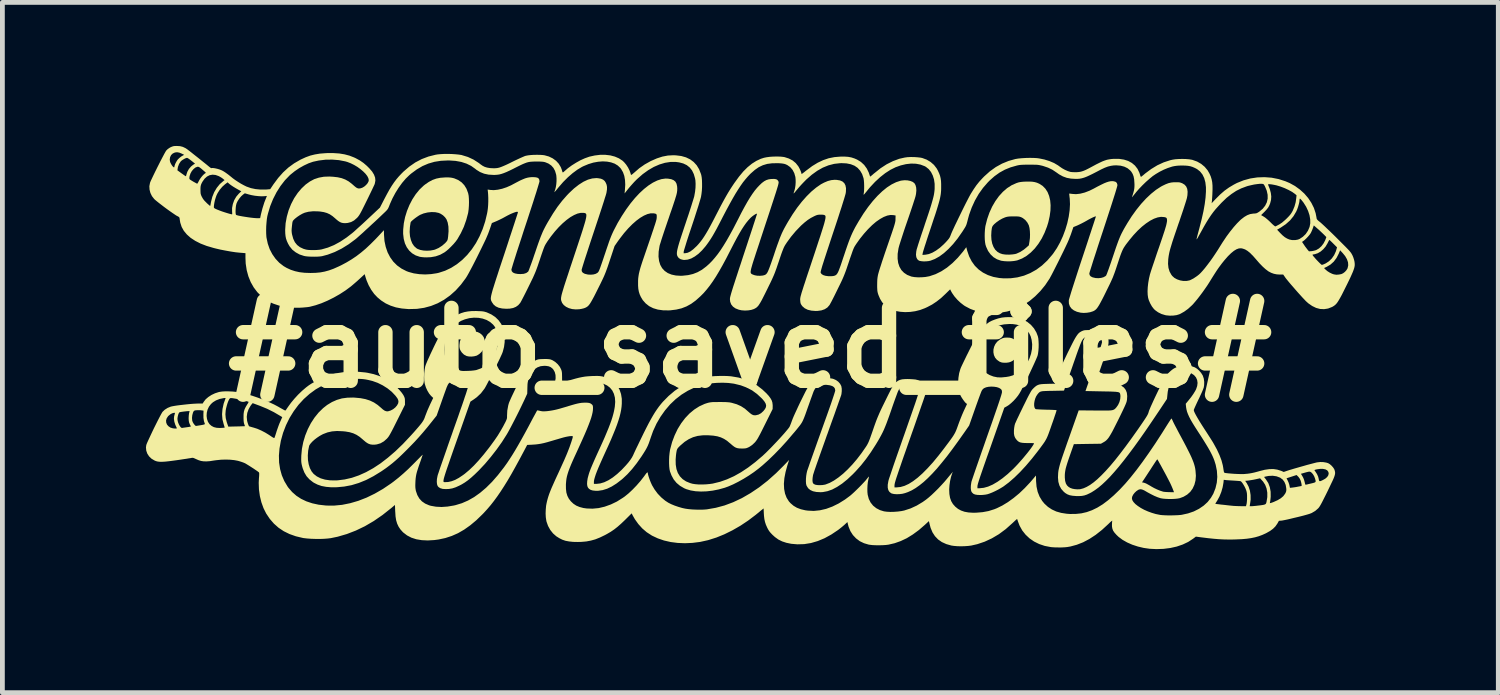
<source format=kicad_pcb>
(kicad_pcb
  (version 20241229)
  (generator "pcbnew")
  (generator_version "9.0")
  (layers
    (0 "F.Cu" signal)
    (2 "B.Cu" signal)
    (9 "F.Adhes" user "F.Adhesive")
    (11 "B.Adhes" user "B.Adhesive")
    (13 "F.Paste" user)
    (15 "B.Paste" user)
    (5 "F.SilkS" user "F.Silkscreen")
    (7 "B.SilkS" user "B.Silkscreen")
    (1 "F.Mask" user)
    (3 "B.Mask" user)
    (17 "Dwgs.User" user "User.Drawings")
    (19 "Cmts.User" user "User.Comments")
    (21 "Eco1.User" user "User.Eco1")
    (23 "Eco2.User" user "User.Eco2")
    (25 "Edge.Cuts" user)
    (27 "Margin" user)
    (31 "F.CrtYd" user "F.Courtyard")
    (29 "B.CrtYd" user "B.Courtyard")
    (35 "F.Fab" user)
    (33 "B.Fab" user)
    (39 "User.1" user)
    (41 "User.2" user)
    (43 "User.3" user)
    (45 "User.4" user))
  (footprint "#auto_saved_files#"
    (layer "F.Cu")
    (at 12.624 4.218)
    (property "Reference" "#auto_saved_files#" (at 0 0 0) (layer "F.SilkS") (effects (font (size 1.524 1.524) (thickness 0.3))))
    (attr board_only exclude_from_pos_files exclude_from_bom)
    (fp_poly (pts (xy -5.755 -0.344) (xy -5.696 -0.33) (xy -5.643 -0.304) (xy -5.598 -0.266) (xy -5.566 -0.221) (xy -5.549 -0.169) (xy -5.543 -0.109) (xy -5.549 -0.047) (xy -5.565 0.011) (xy -5.581 0.044) (xy -5.617 0.091) (xy -5.661 0.131) (xy -5.707 0.16) (xy -5.72 0.165) (xy -5.767 0.177) (xy -5.822 0.183) (xy -5.875 0.181) (xy -5.921 0.172) (xy -5.924 0.171) (xy -5.979 0.142) (xy -6.024 0.098) (xy -6.048 0.062) (xy -6.062 0.034) (xy -6.069 0.008) (xy -6.073 -0.022) (xy -6.073 -0.057) (xy -6.065 -0.13) (xy -6.04 -0.196) (xy -5.998 -0.255) (xy -5.986 -0.268) (xy -5.935 -0.307) (xy -5.878 -0.333) (xy -5.817 -0.345)) (stroke (width 0) (type solid)) (fill yes) (layer "F.SilkS"))
    (fp_poly (pts (xy 5.428 -0.211) (xy 5.474 -0.199) (xy 5.513 -0.178) (xy 5.546 -0.152) (xy 5.584 -0.106) (xy 5.607 -0.051) (xy 5.615 0.014) (xy 5.615 0.028) (xy 5.605 0.101) (xy 5.58 0.168) (xy 5.541 0.225) (xy 5.491 0.268) (xy 5.451 0.29) (xy 5.41 0.304) (xy 5.36 0.311) (xy 5.322 0.312) (xy 5.281 0.31) (xy 5.25 0.304) (xy 5.219 0.292) (xy 5.207 0.286) (xy 5.157 0.25) (xy 5.119 0.205) (xy 5.095 0.152) (xy 5.084 0.095) (xy 5.085 0.035) (xy 5.099 -0.023) (xy 5.125 -0.079) (xy 5.163 -0.128) (xy 5.214 -0.169) (xy 5.241 -0.184) (xy 5.277 -0.201) (xy 5.306 -0.21) (xy 5.338 -0.213) (xy 5.372 -0.214)) (stroke (width 0) (type solid)) (fill yes) (layer "F.SilkS"))
    (fp_poly (pts (xy -6.305 -3.561) (xy -6.264 -3.558) (xy -6.23 -3.553) (xy -6.196 -3.545) (xy -6.184 -3.542) (xy -6.101 -3.507) (xy -6.03 -3.459) (xy -5.972 -3.398) (xy -5.926 -3.323) (xy -5.893 -3.234) (xy -5.891 -3.227) (xy -5.881 -3.178) (xy -5.876 -3.115) (xy -5.874 -3.044) (xy -5.876 -2.97) (xy -5.881 -2.898) (xy -5.89 -2.831) (xy -5.894 -2.811) (xy -5.932 -2.669) (xy -5.982 -2.528) (xy -6.045 -2.394) (xy -6.116 -2.271) (xy -6.117 -2.269) (xy -6.152 -2.221) (xy -6.197 -2.168) (xy -6.248 -2.115) (xy -6.3 -2.064) (xy -6.349 -2.022) (xy -6.387 -1.994) (xy -6.476 -1.945) (xy -6.569 -1.912) (xy -6.671 -1.894) (xy -6.763 -1.89) (xy -6.808 -1.891) (xy -6.853 -1.895) (xy -6.89 -1.9) (xy -6.902 -1.902) (xy -6.988 -1.931) (xy -7.062 -1.975) (xy -7.124 -2.032) (xy -7.175 -2.102) (xy -7.213 -2.183) (xy -7.238 -2.277) (xy -7.25 -2.382) (xy -7.25 -2.421) (xy -7.114 -2.421) (xy -7.107 -2.332) (xy -7.088 -2.253) (xy -7.06 -2.183) (xy -7.021 -2.125) (xy -6.973 -2.082) (xy -6.949 -2.067) (xy -6.893 -2.046) (xy -6.826 -2.033) (xy -6.753 -2.029) (xy -6.679 -2.033) (xy -6.609 -2.046) (xy -6.584 -2.053) (xy -6.509 -2.086) (xy -6.436 -2.133) (xy -6.372 -2.188) (xy -6.366 -2.195) (xy -6.345 -2.218) (xy -6.331 -2.237) (xy -6.322 -2.256) (xy -6.316 -2.282) (xy -6.311 -2.321) (xy -6.31 -2.325) (xy -6.301 -2.437) (xy -6.304 -2.534) (xy -6.319 -2.618) (xy -6.345 -2.686) (xy -6.375 -2.728) (xy -6.417 -2.769) (xy -6.466 -2.801) (xy -6.507 -2.819) (xy -6.578 -2.834) (xy -6.658 -2.837) (xy -6.741 -2.828) (xy -6.823 -2.808) (xy -6.894 -2.779) (xy -6.925 -2.761) (xy -6.961 -2.737) (xy -6.999 -2.71) (xy -7.034 -2.682) (xy -7.064 -2.657) (xy -7.085 -2.636) (xy -7.092 -2.625) (xy -7.096 -2.61) (xy -7.1 -2.581) (xy -7.106 -2.543) (xy -7.109 -2.516) (xy -7.114 -2.421) (xy -7.25 -2.421) (xy -7.249 -2.471) (xy -7.236 -2.602) (xy -7.209 -2.733) (xy -7.169 -2.862) (xy -7.118 -2.986) (xy -7.057 -3.103) (xy -6.987 -3.21) (xy -6.909 -3.306) (xy -6.824 -3.387) (xy -6.794 -3.411) (xy -6.713 -3.467) (xy -6.636 -3.508) (xy -6.558 -3.536) (xy -6.474 -3.553) (xy -6.381 -3.56) (xy -6.359 -3.561)) (stroke (width 0) (type solid)) (fill yes) (layer "F.SilkS"))
    (fp_poly (pts (xy 5.897 -3.471) (xy 5.947 -3.463) (xy 5.993 -3.45) (xy 6.039 -3.43) (xy 6.043 -3.428) (xy 6.112 -3.384) (xy 6.169 -3.326) (xy 6.215 -3.256) (xy 6.248 -3.174) (xy 6.27 -3.082) (xy 6.279 -2.98) (xy 6.276 -2.869) (xy 6.26 -2.751) (xy 6.232 -2.626) (xy 6.204 -2.535) (xy 6.153 -2.404) (xy 6.093 -2.283) (xy 6.024 -2.173) (xy 5.948 -2.075) (xy 5.865 -1.991) (xy 5.777 -1.921) (xy 5.684 -1.867) (xy 5.587 -1.829) (xy 5.568 -1.824) (xy 5.512 -1.814) (xy 5.446 -1.808) (xy 5.376 -1.807) (xy 5.309 -1.811) (xy 5.251 -1.819) (xy 5.242 -1.821) (xy 5.159 -1.85) (xy 5.086 -1.894) (xy 5.024 -1.953) (xy 4.972 -2.025) (xy 4.933 -2.11) (xy 4.918 -2.156) (xy 4.91 -2.202) (xy 4.904 -2.261) (xy 4.902 -2.328) (xy 4.902 -2.346) (xy 5.038 -2.346) (xy 5.043 -2.258) (xy 5.059 -2.178) (xy 5.086 -2.108) (xy 5.122 -2.05) (xy 5.168 -2.006) (xy 5.171 -2.004) (xy 5.219 -1.976) (xy 5.272 -1.958) (xy 5.332 -1.949) (xy 5.406 -1.947) (xy 5.415 -1.947) (xy 5.485 -1.952) (xy 5.539 -1.96) (xy 5.567 -1.968) (xy 5.644 -2.003) (xy 5.72 -2.052) (xy 5.772 -2.095) (xy 5.824 -2.141) (xy 5.838 -2.224) (xy 5.847 -2.294) (xy 5.849 -2.368) (xy 5.846 -2.44) (xy 5.838 -2.505) (xy 5.824 -2.558) (xy 5.823 -2.562) (xy 5.792 -2.62) (xy 5.75 -2.671) (xy 5.699 -2.711) (xy 5.673 -2.725) (xy 5.651 -2.734) (xy 5.63 -2.74) (xy 5.604 -2.744) (xy 5.571 -2.746) (xy 5.525 -2.746) (xy 5.506 -2.746) (xy 5.453 -2.746) (xy 5.413 -2.744) (xy 5.381 -2.74) (xy 5.353 -2.734) (xy 5.325 -2.725) (xy 5.269 -2.701) (xy 5.209 -2.667) (xy 5.152 -2.627) (xy 5.104 -2.587) (xy 5.092 -2.574) (xy 5.075 -2.555) (xy 5.064 -2.538) (xy 5.056 -2.519) (xy 5.05 -2.493) (xy 5.045 -2.454) (xy 5.043 -2.441) (xy 5.038 -2.346) (xy 4.902 -2.346) (xy 4.903 -2.398) (xy 4.907 -2.466) (xy 4.914 -2.527) (xy 4.918 -2.549) (xy 4.954 -2.691) (xy 5.001 -2.826) (xy 5.058 -2.951) (xy 5.125 -3.066) (xy 5.2 -3.17) (xy 5.282 -3.26) (xy 5.371 -3.337) (xy 5.466 -3.398) (xy 5.565 -3.442) (xy 5.571 -3.444) (xy 5.607 -3.456) (xy 5.64 -3.463) (xy 5.678 -3.468) (xy 5.724 -3.472) (xy 5.764 -3.473) (xy 5.837 -3.474)) (stroke (width 0) (type solid)) (fill yes) (layer "F.SilkS"))
    (fp_poly (pts (xy -11.912 -4.214) (xy -11.854 -4.199) (xy -11.799 -4.173) (xy -11.768 -4.153) (xy -11.752 -4.141) (xy -11.723 -4.119) (xy -11.684 -4.089) (xy -11.638 -4.052) (xy -11.586 -4.011) (xy -11.53 -3.967) (xy -11.473 -3.921) (xy -11.417 -3.876) (xy -11.364 -3.834) (xy -11.317 -3.795) (xy -11.286 -3.77) (xy -11.267 -3.758) (xy -11.253 -3.754) (xy -11.251 -3.755) (xy -11.234 -3.758) (xy -11.203 -3.755) (xy -11.165 -3.748) (xy -11.123 -3.738) (xy -11.082 -3.725) (xy -11.046 -3.711) (xy -11.045 -3.71) (xy -11.018 -3.697) (xy -10.993 -3.682) (xy -10.967 -3.665) (xy -10.936 -3.643) (xy -10.898 -3.615) (xy -10.852 -3.578) (xy -10.808 -3.542) (xy -10.76 -3.507) (xy -10.701 -3.468) (xy -10.638 -3.429) (xy -10.575 -3.395) (xy -10.52 -3.368) (xy -10.516 -3.367) (xy -10.431 -3.337) (xy -10.335 -3.317) (xy -10.234 -3.307) (xy -10.132 -3.307) (xy -10.11 -3.308) (xy -10.028 -3.315) (xy -9.959 -3.418) (xy -9.861 -3.55) (xy -9.758 -3.666) (xy -9.648 -3.767) (xy -9.529 -3.854) (xy -9.4 -3.929) (xy -9.384 -3.937) (xy -9.286 -3.982) (xy -9.19 -4.017) (xy -9.093 -4.041) (xy -8.99 -4.058) (xy -8.875 -4.067) (xy -8.839 -4.069) (xy -8.705 -4.069) (xy -8.585 -4.061) (xy -8.475 -4.043) (xy -8.373 -4.016) (xy -8.275 -3.978) (xy -8.239 -3.961) (xy -8.154 -3.915) (xy -8.079 -3.863) (xy -8.008 -3.802) (xy -7.956 -3.75) (xy -7.898 -3.683) (xy -7.859 -3.619) (xy -7.836 -3.557) (xy -7.83 -3.496) (xy -7.841 -3.436) (xy -7.848 -3.414) (xy -7.857 -3.395) (xy -7.872 -3.363) (xy -7.893 -3.318) (xy -7.919 -3.264) (xy -7.949 -3.202) (xy -7.982 -3.134) (xy -8.015 -3.067) (xy -8.054 -2.988) (xy -8.087 -2.922) (xy -8.113 -2.87) (xy -8.135 -2.829) (xy -8.153 -2.796) (xy -8.169 -2.771) (xy -8.183 -2.751) (xy -8.196 -2.734) (xy -8.21 -2.719) (xy -8.217 -2.712) (xy -8.276 -2.661) (xy -8.338 -2.628) (xy -8.406 -2.61) (xy -8.444 -2.606) (xy -8.491 -2.606) (xy -8.531 -2.612) (xy -8.569 -2.627) (xy -8.608 -2.652) (xy -8.653 -2.689) (xy -8.667 -2.702) (xy -8.726 -2.752) (xy -8.783 -2.79) (xy -8.842 -2.817) (xy -8.908 -2.836) (xy -8.985 -2.848) (xy -9.019 -2.851) (xy -9.129 -2.854) (xy -9.23 -2.843) (xy -9.305 -2.824) (xy -9.354 -2.803) (xy -9.409 -2.772) (xy -9.463 -2.736) (xy -9.511 -2.698) (xy -9.529 -2.681) (xy -9.544 -2.665) (xy -9.554 -2.651) (xy -9.561 -2.634) (xy -9.566 -2.61) (xy -9.57 -2.575) (xy -9.574 -2.54) (xy -9.579 -2.49) (xy -9.581 -2.451) (xy -9.579 -2.419) (xy -9.575 -2.387) (xy -9.57 -2.363) (xy -9.546 -2.277) (xy -9.512 -2.206) (xy -9.465 -2.148) (xy -9.406 -2.103) (xy -9.334 -2.069) (xy -9.28 -2.053) (xy -9.237 -2.046) (xy -9.183 -2.043) (xy -9.121 -2.042) (xy -9.059 -2.044) (xy -9 -2.049) (xy -8.952 -2.057) (xy -8.823 -2.094) (xy -8.694 -2.147) (xy -8.565 -2.217) (xy -8.434 -2.304) (xy -8.314 -2.397) (xy -8.284 -2.422) (xy -8.244 -2.458) (xy -8.196 -2.502) (xy -8.14 -2.552) (xy -8.081 -2.606) (xy -8.021 -2.662) (xy -7.978 -2.702) (xy -7.735 -2.93) (xy -7.643 -3.109) (xy -7.587 -3.215) (xy -7.536 -3.307) (xy -7.487 -3.387) (xy -7.439 -3.458) (xy -7.39 -3.523) (xy -7.338 -3.584) (xy -7.28 -3.645) (xy -7.242 -3.683) (xy -7.121 -3.787) (xy -6.995 -3.874) (xy -6.861 -3.944) (xy -6.721 -3.997) (xy -6.574 -4.034) (xy -6.533 -4.041) (xy -6.472 -4.047) (xy -6.399 -4.051) (xy -6.32 -4.052) (xy -6.238 -4.05) (xy -6.16 -4.045) (xy -6.089 -4.038) (xy -6.03 -4.029) (xy -6.021 -4.026) (xy -5.897 -3.988) (xy -5.779 -3.933) (xy -5.667 -3.861) (xy -5.636 -3.836) (xy -5.59 -3.804) (xy -5.545 -3.781) (xy -5.496 -3.766) (xy -5.437 -3.756) (xy -5.392 -3.753) (xy -5.352 -3.752) (xy -5.316 -3.753) (xy -5.281 -3.757) (xy -5.244 -3.765) (xy -5.203 -3.779) (xy -5.156 -3.798) (xy -5.099 -3.823) (xy -5.031 -3.855) (xy -4.965 -3.888) (xy -4.904 -3.918) (xy -4.844 -3.946) (xy -4.79 -3.971) (xy -4.744 -3.991) (xy -4.709 -4.006) (xy -4.69 -4.012) (xy -4.645 -4.021) (xy -4.587 -4.028) (xy -4.521 -4.032) (xy -4.453 -4.033) (xy -4.387 -4.032) (xy -4.329 -4.028) (xy -4.295 -4.023) (xy -4.205 -3.998) (xy -4.125 -3.959) (xy -4.055 -3.908) (xy -3.999 -3.847) (xy -3.956 -3.776) (xy -3.938 -3.73) (xy -3.929 -3.7) (xy -3.922 -3.677) (xy -3.919 -3.669) (xy -3.912 -3.665) (xy -3.897 -3.674) (xy -3.876 -3.693) (xy -3.807 -3.753) (xy -3.726 -3.812) (xy -3.637 -3.868) (xy -3.546 -3.919) (xy -3.455 -3.96) (xy -3.371 -3.99) (xy -3.364 -3.993) (xy -3.247 -4.019) (xy -3.133 -4.033) (xy -3.024 -4.033) (xy -2.921 -4.021) (xy -2.826 -3.996) (xy -2.74 -3.959) (xy -2.666 -3.91) (xy -2.633 -3.879) (xy -2.59 -3.828) (xy -2.55 -3.767) (xy -2.519 -3.704) (xy -2.504 -3.663) (xy -2.496 -3.637) (xy -2.49 -3.617) (xy -2.489 -3.614) (xy -2.481 -3.614) (xy -2.461 -3.627) (xy -2.431 -3.653) (xy -2.419 -3.663) (xy -2.314 -3.754) (xy -2.202 -3.832) (xy -2.077 -3.902) (xy -2.068 -3.906) (xy -1.947 -3.959) (xy -1.832 -3.996) (xy -1.718 -4.018) (xy -1.605 -4.024) (xy -1.55 -4.022) (xy -1.438 -4.008) (xy -1.34 -3.98) (xy -1.253 -3.938) (xy -1.179 -3.883) (xy -1.116 -3.814) (xy -1.066 -3.732) (xy -1.028 -3.635) (xy -1.021 -3.613) (xy -1.012 -3.565) (xy -1.006 -3.505) (xy -1.004 -3.435) (xy -1.004 -3.36) (xy -1.008 -3.286) (xy -1.016 -3.216) (xy -1.026 -3.155) (xy -1.026 -3.154) (xy -1.033 -3.128) (xy -1.045 -3.086) (xy -1.062 -3.03) (xy -1.082 -2.963) (xy -1.107 -2.886) (xy -1.134 -2.802) (xy -1.163 -2.711) (xy -1.194 -2.617) (xy -1.215 -2.554) (xy -1.246 -2.461) (xy -1.276 -2.372) (xy -1.303 -2.289) (xy -1.327 -2.214) (xy -1.347 -2.148) (xy -1.364 -2.093) (xy -1.377 -2.051) (xy -1.385 -2.023) (xy -1.387 -2.013) (xy -1.389 -1.976) (xy -1.355 -1.977) (xy -1.304 -1.987) (xy -1.248 -2.014) (xy -1.188 -2.059) (xy -1.122 -2.121) (xy -1.117 -2.125) (xy -1.077 -2.169) (xy -1.038 -2.216) (xy -1 -2.266) (xy -0.962 -2.322) (xy -0.922 -2.386) (xy -0.879 -2.459) (xy -0.832 -2.544) (xy -0.78 -2.642) (xy -0.729 -2.741) (xy -0.671 -2.853) (xy -0.62 -2.952) (xy -0.574 -3.038) (xy -0.532 -3.115) (xy -0.493 -3.184) (xy -0.456 -3.247) (xy -0.419 -3.307) (xy -0.381 -3.366) (xy -0.341 -3.426) (xy -0.323 -3.452) (xy -0.232 -3.577) (xy -0.143 -3.684) (xy -0.053 -3.774) (xy 0.038 -3.848) (xy 0.13 -3.906) (xy 0.224 -3.95) (xy 0.29 -3.971) (xy 0.344 -3.982) (xy 0.41 -3.991) (xy 0.483 -3.996) (xy 0.557 -3.997) (xy 0.627 -3.996) (xy 0.688 -3.99) (xy 0.719 -3.985) (xy 0.809 -3.956) (xy 0.888 -3.915) (xy 0.954 -3.86) (xy 1.008 -3.792) (xy 1.029 -3.754) (xy 1.046 -3.719) (xy 1.06 -3.686) (xy 1.068 -3.662) (xy 1.068 -3.661) (xy 1.073 -3.641) (xy 1.078 -3.631) (xy 1.078 -3.631) (xy 1.086 -3.637) (xy 1.106 -3.652) (xy 1.135 -3.674) (xy 1.169 -3.702) (xy 1.182 -3.711) (xy 1.298 -3.798) (xy 1.413 -3.868) (xy 1.527 -3.922) (xy 1.642 -3.961) (xy 1.762 -3.985) (xy 1.88 -3.995) (xy 1.97 -3.996) (xy 2.048 -3.991) (xy 2.117 -3.978) (xy 2.181 -3.957) (xy 2.236 -3.933) (xy 2.316 -3.884) (xy 2.384 -3.821) (xy 2.439 -3.745) (xy 2.481 -3.658) (xy 2.487 -3.639) (xy 2.497 -3.609) (xy 2.505 -3.587) (xy 2.509 -3.578) (xy 2.516 -3.582) (xy 2.535 -3.597) (xy 2.561 -3.619) (xy 2.593 -3.647) (xy 2.597 -3.649) (xy 2.724 -3.751) (xy 2.853 -3.835) (xy 2.985 -3.901) (xy 3.117 -3.95) (xy 3.232 -3.976) (xy 3.291 -3.984) (xy 3.359 -3.987) (xy 3.431 -3.986) (xy 3.5 -3.981) (xy 3.562 -3.974) (xy 3.599 -3.966) (xy 3.69 -3.932) (xy 3.772 -3.883) (xy 3.842 -3.822) (xy 3.899 -3.748) (xy 3.924 -3.702) (xy 3.95 -3.645) (xy 3.969 -3.594) (xy 3.981 -3.544) (xy 3.989 -3.489) (xy 3.992 -3.424) (xy 3.992 -3.374) (xy 3.992 -3.331) (xy 3.991 -3.29) (xy 3.988 -3.251) (xy 3.984 -3.212) (xy 3.977 -3.17) (xy 3.968 -3.125) (xy 3.956 -3.075) (xy 3.94 -3.018) (xy 3.921 -2.953) (xy 3.898 -2.878) (xy 3.87 -2.79) (xy 3.836 -2.69) (xy 3.798 -2.574) (xy 3.782 -2.526) (xy 3.751 -2.433) (xy 3.721 -2.344) (xy 3.694 -2.261) (xy 3.67 -2.185) (xy 3.648 -2.119) (xy 3.631 -2.063) (xy 3.618 -2.021) (xy 3.61 -1.993) (xy 3.607 -1.982) (xy 3.601 -1.941) (xy 3.666 -1.946) (xy 3.734 -1.959) (xy 3.808 -1.988) (xy 3.885 -2.032) (xy 3.965 -2.09) (xy 4.045 -2.162) (xy 4.092 -2.21) (xy 4.126 -2.248) (xy 4.151 -2.278) (xy 4.169 -2.305) (xy 4.183 -2.334) (xy 4.194 -2.363) (xy 4.206 -2.393) (xy 4.225 -2.437) (xy 4.251 -2.493) (xy 4.281 -2.558) (xy 4.316 -2.63) (xy 4.353 -2.707) (xy 4.392 -2.787) (xy 4.431 -2.867) (xy 4.469 -2.944) (xy 4.506 -3.018) (xy 4.54 -3.084) (xy 4.57 -3.142) (xy 4.595 -3.189) (xy 4.612 -3.219) (xy 4.671 -3.313) (xy 4.728 -3.396) (xy 4.788 -3.471) (xy 4.855 -3.544) (xy 4.891 -3.581) (xy 5.01 -3.688) (xy 5.134 -3.777) (xy 5.264 -3.849) (xy 5.401 -3.905) (xy 5.543 -3.945) (xy 5.603 -3.955) (xy 5.676 -3.962) (xy 5.757 -3.967) (xy 5.84 -3.969) (xy 5.92 -3.968) (xy 5.992 -3.964) (xy 6.038 -3.958) (xy 6.15 -3.935) (xy 6.255 -3.902) (xy 6.352 -3.861) (xy 6.435 -3.812) (xy 6.469 -3.787) (xy 6.52 -3.752) (xy 6.577 -3.72) (xy 6.636 -3.694) (xy 6.689 -3.677) (xy 6.692 -3.676) (xy 6.726 -3.672) (xy 6.77 -3.67) (xy 6.815 -3.67) (xy 6.826 -3.67) (xy 6.864 -3.673) (xy 6.899 -3.678) (xy 6.934 -3.687) (xy 6.972 -3.7) (xy 7.016 -3.719) (xy 7.068 -3.745) (xy 7.132 -3.779) (xy 7.156 -3.792) (xy 7.236 -3.835) (xy 7.303 -3.868) (xy 7.36 -3.895) (xy 7.41 -3.914) (xy 7.456 -3.929) (xy 7.502 -3.938) (xy 7.549 -3.945) (xy 7.601 -3.949) (xy 7.602 -3.949) (xy 7.712 -3.948) (xy 7.812 -3.933) (xy 7.9 -3.905) (xy 7.977 -3.863) (xy 8.042 -3.808) (xy 8.095 -3.74) (xy 8.134 -3.659) (xy 8.147 -3.619) (xy 8.156 -3.59) (xy 8.163 -3.576) (xy 8.17 -3.574) (xy 8.178 -3.578) (xy 8.191 -3.589) (xy 8.215 -3.608) (xy 8.244 -3.633) (xy 8.257 -3.644) (xy 8.381 -3.736) (xy 8.509 -3.814) (xy 8.641 -3.875) (xy 8.775 -3.919) (xy 8.821 -3.93) (xy 8.883 -3.94) (xy 8.955 -3.945) (xy 9.031 -3.947) (xy 9.107 -3.945) (xy 9.177 -3.939) (xy 9.236 -3.929) (xy 9.246 -3.926) (xy 9.341 -3.892) (xy 9.426 -3.843) (xy 9.499 -3.782) (xy 9.56 -3.709) (xy 9.6 -3.639) (xy 9.626 -3.58) (xy 9.644 -3.521) (xy 9.656 -3.461) (xy 9.662 -3.393) (xy 9.663 -3.315) (xy 9.661 -3.26) (xy 9.659 -3.206) (xy 9.656 -3.154) (xy 9.653 -3.11) (xy 9.651 -3.077) (xy 9.65 -3.067) (xy 9.644 -3.021) (xy 9.728 -3.11) (xy 9.822 -3.204) (xy 9.914 -3.284) (xy 10.008 -3.351) (xy 10.107 -3.41) (xy 10.172 -3.444) (xy 10.311 -3.5) (xy 10.454 -3.539) (xy 10.6 -3.561) (xy 10.749 -3.566) (xy 10.897 -3.555) (xy 11.044 -3.526) (xy 11.187 -3.48) (xy 11.274 -3.443) (xy 11.386 -3.381) (xy 11.488 -3.307) (xy 11.581 -3.223) (xy 11.661 -3.13) (xy 11.728 -3.029) (xy 11.781 -2.923) (xy 11.817 -2.814) (xy 11.834 -2.728) (xy 11.837 -2.705) (xy 11.843 -2.689) (xy 11.855 -2.673) (xy 11.874 -2.655) (xy 11.905 -2.63) (xy 11.909 -2.627) (xy 11.93 -2.609) (xy 11.963 -2.579) (xy 12.005 -2.54) (xy 12.054 -2.493) (xy 12.11 -2.44) (xy 12.17 -2.382) (xy 12.232 -2.321) (xy 12.265 -2.288) (xy 12.334 -2.219) (xy 12.391 -2.162) (xy 12.438 -2.115) (xy 12.476 -2.076) (xy 12.506 -2.045) (xy 12.529 -2.019) (xy 12.546 -1.998) (xy 12.56 -1.979) (xy 12.57 -1.962) (xy 12.579 -1.946) (xy 12.585 -1.935) (xy 12.603 -1.893) (xy 12.618 -1.847) (xy 12.628 -1.807) (xy 12.628 -1.805) (xy 12.632 -1.778) (xy 12.634 -1.752) (xy 12.634 -1.725) (xy 12.63 -1.697) (xy 12.623 -1.666) (xy 12.611 -1.63) (xy 12.595 -1.587) (xy 12.573 -1.537) (xy 12.546 -1.476) (xy 12.512 -1.405) (xy 12.471 -1.321) (xy 12.422 -1.223) (xy 12.405 -1.189) (xy 12.365 -1.109) (xy 12.33 -1.045) (xy 12.3 -0.993) (xy 12.274 -0.952) (xy 12.249 -0.92) (xy 12.224 -0.895) (xy 12.197 -0.875) (xy 12.169 -0.858) (xy 12.159 -0.853) (xy 12.077 -0.821) (xy 11.994 -0.808) (xy 11.91 -0.812) (xy 11.827 -0.834) (xy 11.745 -0.874) (xy 11.664 -0.93) (xy 11.613 -0.976) (xy 11.582 -1.009) (xy 11.542 -1.051) (xy 11.497 -1.101) (xy 11.448 -1.155) (xy 11.397 -1.213) (xy 11.347 -1.271) (xy 11.299 -1.326) (xy 11.256 -1.377) (xy 11.22 -1.421) (xy 11.192 -1.456) (xy 11.178 -1.476) (xy 11.14 -1.531) (xy 11.069 -1.531) (xy 11.005 -1.535) (xy 10.945 -1.547) (xy 10.887 -1.568) (xy 10.829 -1.599) (xy 10.771 -1.643) (xy 10.744 -1.667) (xy 11.993 -1.667) (xy 12.021 -1.638) (xy 12.06 -1.604) (xy 12.11 -1.572) (xy 12.162 -1.547) (xy 12.198 -1.535) (xy 12.25 -1.527) (xy 12.304 -1.531) (xy 12.355 -1.541) (xy 12.391 -1.558) (xy 12.429 -1.587) (xy 12.461 -1.623) (xy 12.484 -1.661) (xy 12.485 -1.665) (xy 12.498 -1.724) (xy 12.494 -1.786) (xy 12.472 -1.851) (xy 12.434 -1.917) (xy 12.386 -1.976) (xy 12.329 -2.038) (xy 12.299 -1.966) (xy 12.253 -1.877) (xy 12.196 -1.801) (xy 12.128 -1.74) (xy 12.051 -1.694) (xy 11.993 -1.667) (xy 10.744 -1.667) (xy 10.709 -1.699) (xy 10.642 -1.768) (xy 10.569 -1.852) (xy 10.505 -1.925) (xy 10.485 -1.944) (xy 11.751 -1.944) (xy 11.755 -1.935) (xy 11.769 -1.915) (xy 11.792 -1.889) (xy 11.819 -1.857) (xy 11.849 -1.825) (xy 11.88 -1.793) (xy 11.907 -1.766) (xy 11.93 -1.745) (xy 11.944 -1.734) (xy 11.947 -1.733) (xy 11.963 -1.737) (xy 11.99 -1.747) (xy 12.022 -1.762) (xy 12.029 -1.765) (xy 12.096 -1.809) (xy 12.155 -1.867) (xy 12.204 -1.937) (xy 12.24 -2.016) (xy 12.252 -2.056) (xy 12.264 -2.1) (xy 12.186 -2.178) (xy 12.156 -2.208) (xy 12.13 -2.233) (xy 12.112 -2.249) (xy 12.104 -2.255) (xy 12.104 -2.255) (xy 12.098 -2.247) (xy 12.087 -2.226) (xy 12.072 -2.197) (xy 12.065 -2.183) (xy 12.026 -2.117) (xy 11.977 -2.06) (xy 11.922 -2.012) (xy 11.862 -1.977) (xy 11.802 -1.957) (xy 11.79 -1.955) (xy 11.767 -1.951) (xy 11.752 -1.946) (xy 11.751 -1.944) (xy 10.485 -1.944) (xy 10.447 -1.983) (xy 10.393 -2.026) (xy 10.343 -2.056) (xy 10.295 -2.073) (xy 10.259 -2.08) (xy 10.213 -2.077) (xy 10.163 -2.059) (xy 10.109 -2.026) (xy 10.049 -1.977) (xy 9.984 -1.913) (xy 9.913 -1.832) (xy 9.859 -1.765) (xy 9.83 -1.726) (xy 9.803 -1.69) (xy 9.776 -1.652) (xy 9.748 -1.611) (xy 9.717 -1.563) (xy 9.682 -1.508) (xy 9.64 -1.441) (xy 9.592 -1.363) (xy 9.551 -1.299) (xy 9.503 -1.23) (xy 9.452 -1.158) (xy 9.398 -1.086) (xy 9.346 -1.019) (xy 9.296 -0.959) (xy 9.253 -0.909) (xy 9.229 -0.885) (xy 9.151 -0.814) (xy 9.071 -0.756) (xy 8.991 -0.711) (xy 8.966 -0.7) (xy 8.91 -0.683) (xy 8.843 -0.674) (xy 8.772 -0.672) (xy 8.703 -0.678) (xy 8.675 -0.683) (xy 8.596 -0.707) (xy 8.524 -0.743) (xy 8.463 -0.787) (xy 8.437 -0.812) (xy 8.396 -0.865) (xy 8.36 -0.929) (xy 8.331 -0.996) (xy 8.317 -1.044) (xy 8.308 -1.106) (xy 8.305 -1.182) (xy 8.309 -1.266) (xy 8.319 -1.356) (xy 8.335 -1.448) (xy 8.356 -1.538) (xy 8.358 -1.543) (xy 8.365 -1.566) (xy 8.377 -1.605) (xy 8.394 -1.657) (xy 8.415 -1.72) (xy 8.44 -1.793) (xy 8.467 -1.874) (xy 8.496 -1.961) (xy 8.527 -2.051) (xy 8.541 -2.09) (xy 8.579 -2.202) (xy 8.612 -2.299) (xy 8.639 -2.381) (xy 8.662 -2.45) (xy 8.679 -2.507) (xy 8.693 -2.554) (xy 8.702 -2.593) (xy 8.708 -2.624) (xy 8.712 -2.65) (xy 8.712 -2.67) (xy 8.71 -2.688) (xy 8.708 -2.699) (xy 8.701 -2.713) (xy 8.688 -2.723) (xy 8.662 -2.73) (xy 8.652 -2.732) (xy 8.587 -2.737) (xy 8.516 -2.725) (xy 8.439 -2.698) (xy 8.358 -2.656) (xy 8.274 -2.6) (xy 8.187 -2.531) (xy 8.099 -2.449) (xy 8.011 -2.355) (xy 7.923 -2.249) (xy 7.919 -2.243) (xy 7.883 -2.197) (xy 7.853 -2.158) (xy 7.829 -2.123) (xy 7.808 -2.091) (xy 7.79 -2.058) (xy 7.773 -2.021) (xy 7.756 -1.979) (xy 7.737 -1.929) (xy 7.716 -1.867) (xy 7.691 -1.791) (xy 7.68 -1.758) (xy 7.655 -1.682) (xy 7.634 -1.619) (xy 7.615 -1.565) (xy 7.597 -1.518) (xy 7.58 -1.473) (xy 7.56 -1.428) (xy 7.538 -1.379) (xy 7.512 -1.324) (xy 7.48 -1.259) (xy 7.442 -1.182) (xy 7.436 -1.169) (xy 7.392 -1.08) (xy 7.354 -1.006) (xy 7.322 -0.946) (xy 7.295 -0.897) (xy 7.271 -0.859) (xy 7.25 -0.829) (xy 7.23 -0.806) (xy 7.21 -0.789) (xy 7.189 -0.775) (xy 7.166 -0.764) (xy 7.161 -0.762) (xy 7.105 -0.744) (xy 7.039 -0.733) (xy 6.971 -0.729) (xy 6.908 -0.734) (xy 6.907 -0.734) (xy 6.83 -0.753) (xy 6.766 -0.782) (xy 6.716 -0.82) (xy 6.681 -0.868) (xy 6.662 -0.923) (xy 6.659 -0.986) (xy 6.66 -0.988) (xy 6.663 -1.007) (xy 6.673 -1.043) (xy 6.689 -1.096) (xy 6.71 -1.166) (xy 6.737 -1.252) (xy 6.77 -1.354) (xy 6.808 -1.472) (xy 6.851 -1.605) (xy 6.9 -1.754) (xy 6.945 -1.89) (xy 6.985 -2.01) (xy 7.023 -2.125) (xy 7.059 -2.234) (xy 7.092 -2.336) (xy 7.123 -2.429) (xy 7.15 -2.513) (xy 7.174 -2.585) (xy 7.194 -2.646) (xy 7.209 -2.693) (xy 7.22 -2.726) (xy 7.225 -2.743) (xy 7.226 -2.745) (xy 7.218 -2.747) (xy 7.197 -2.74) (xy 7.164 -2.726) (xy 7.121 -2.705) (xy 7.07 -2.678) (xy 7.028 -2.654) (xy 6.978 -2.626) (xy 6.926 -2.599) (xy 6.877 -2.575) (xy 6.838 -2.557) (xy 6.831 -2.554) (xy 6.755 -2.523) (xy 6.721 -2.424) (xy 6.703 -2.371) (xy 6.681 -2.314) (xy 6.66 -2.26) (xy 6.65 -2.237) (xy 6.633 -2.198) (xy 6.609 -2.147) (xy 6.58 -2.086) (xy 6.547 -2.017) (xy 6.511 -1.944) (xy 6.473 -1.867) (xy 6.435 -1.79) (xy 6.397 -1.715) (xy 6.361 -1.644) (xy 6.328 -1.579) (xy 6.299 -1.523) (xy 6.275 -1.479) (xy 6.258 -1.447) (xy 6.254 -1.441) (xy 6.165 -1.308) (xy 6.065 -1.186) (xy 5.956 -1.076) (xy 5.842 -0.98) (xy 5.726 -0.903) (xy 5.608 -0.84) (xy 5.49 -0.792) (xy 5.368 -0.758) (xy 5.239 -0.736) (xy 5.121 -0.727) (xy 4.975 -0.728) (xy 4.841 -0.742) (xy 4.717 -0.771) (xy 4.602 -0.813) (xy 4.494 -0.87) (xy 4.469 -0.886) (xy 4.399 -0.94) (xy 4.331 -1.004) (xy 4.27 -1.074) (xy 4.22 -1.146) (xy 4.2 -1.182) (xy 4.18 -1.222) (xy 4.082 -1.126) (xy 3.989 -1.039) (xy 3.897 -0.967) (xy 3.804 -0.905) (xy 3.704 -0.852) (xy 3.652 -0.828) (xy 3.553 -0.791) (xy 3.45 -0.765) (xy 3.344 -0.75) (xy 3.239 -0.746) (xy 3.137 -0.753) (xy 3.043 -0.77) (xy 2.957 -0.799) (xy 2.891 -0.834) (xy 2.818 -0.889) (xy 2.76 -0.951) (xy 2.715 -1.025) (xy 2.681 -1.105) (xy 2.671 -1.136) (xy 2.664 -1.163) (xy 2.659 -1.191) (xy 2.657 -1.224) (xy 2.655 -1.268) (xy 2.655 -1.311) (xy 2.656 -1.375) (xy 2.658 -1.426) (xy 2.663 -1.471) (xy 2.671 -1.517) (xy 2.676 -1.538) (xy 2.683 -1.564) (xy 2.695 -1.606) (xy 2.712 -1.661) (xy 2.734 -1.728) (xy 2.758 -1.804) (xy 2.786 -1.887) (xy 2.816 -1.977) (xy 2.848 -2.07) (xy 2.867 -2.125) (xy 2.903 -2.23) (xy 2.934 -2.32) (xy 2.96 -2.395) (xy 2.981 -2.458) (xy 2.998 -2.509) (xy 3.011 -2.551) (xy 3.021 -2.585) (xy 3.028 -2.612) (xy 3.033 -2.634) (xy 3.036 -2.652) (xy 3.038 -2.669) (xy 3.038 -2.685) (xy 3.038 -2.691) (xy 3.04 -2.765) (xy 2.995 -2.773) (xy 2.933 -2.776) (xy 2.865 -2.763) (xy 2.791 -2.734) (xy 2.714 -2.691) (xy 2.632 -2.634) (xy 2.549 -2.563) (xy 2.464 -2.479) (xy 2.379 -2.384) (xy 2.294 -2.278) (xy 2.225 -2.181) (xy 2.208 -2.156) (xy 2.194 -2.134) (xy 2.181 -2.113) (xy 2.169 -2.089) (xy 2.157 -2.061) (xy 2.143 -2.026) (xy 2.128 -1.982) (xy 2.109 -1.928) (xy 2.085 -1.86) (xy 2.064 -1.796) (xy 2.036 -1.714) (xy 2.013 -1.645) (xy 1.992 -1.587) (xy 1.972 -1.535) (xy 1.952 -1.486) (xy 1.931 -1.437) (xy 1.906 -1.383) (xy 1.876 -1.321) (xy 1.84 -1.248) (xy 1.824 -1.215) (xy 1.79 -1.146) (xy 1.758 -1.081) (xy 1.728 -1.022) (xy 1.702 -0.971) (xy 1.68 -0.931) (xy 1.665 -0.903) (xy 1.658 -0.892) (xy 1.614 -0.842) (xy 1.558 -0.806) (xy 1.489 -0.782) (xy 1.407 -0.771) (xy 1.371 -0.77) (xy 1.281 -0.777) (xy 1.205 -0.795) (xy 1.142 -0.826) (xy 1.092 -0.869) (xy 1.078 -0.888) (xy 1.062 -0.913) (xy 1.053 -0.937) (xy 1.049 -0.968) (xy 1.047 -0.994) (xy 1.046 -1.006) (xy 1.046 -1.018) (xy 1.047 -1.03) (xy 1.049 -1.044) (xy 1.052 -1.061) (xy 1.057 -1.083) (xy 1.065 -1.11) (xy 1.074 -1.144) (xy 1.087 -1.185) (xy 1.103 -1.235) (xy 1.122 -1.296) (xy 1.146 -1.367) (xy 1.173 -1.451) (xy 1.205 -1.548) (xy 1.243 -1.66) (xy 1.285 -1.787) (xy 1.306 -1.85) (xy 1.354 -1.994) (xy 1.396 -2.122) (xy 1.433 -2.235) (xy 1.466 -2.333) (xy 1.493 -2.418) (xy 1.516 -2.491) (xy 1.535 -2.552) (xy 1.55 -2.603) (xy 1.561 -2.646) (xy 1.569 -2.679) (xy 1.574 -2.706) (xy 1.576 -2.727) (xy 1.576 -2.742) (xy 1.574 -2.754) (xy 1.57 -2.762) (xy 1.564 -2.768) (xy 1.563 -2.769) (xy 1.543 -2.778) (xy 1.509 -2.782) (xy 1.477 -2.783) (xy 1.44 -2.782) (xy 1.41 -2.778) (xy 1.381 -2.769) (xy 1.345 -2.753) (xy 1.335 -2.748) (xy 1.268 -2.713) (xy 1.205 -2.672) (xy 1.14 -2.621) (xy 1.07 -2.559) (xy 1.051 -2.54) (xy 0.952 -2.437) (xy 0.855 -2.321) (xy 0.766 -2.199) (xy 0.756 -2.183) (xy 0.739 -2.158) (xy 0.725 -2.135) (xy 0.712 -2.111) (xy 0.7 -2.085) (xy 0.687 -2.053) (xy 0.672 -2.015) (xy 0.654 -1.966) (xy 0.633 -1.905) (xy 0.608 -1.83) (xy 0.602 -1.811) (xy 0.576 -1.736) (xy 0.555 -1.673) (xy 0.535 -1.618) (xy 0.517 -1.569) (xy 0.498 -1.522) (xy 0.477 -1.474) (xy 0.454 -1.423) (xy 0.426 -1.364) (xy 0.392 -1.295) (xy 0.354 -1.217) (xy 0.311 -1.13) (xy 0.274 -1.057) (xy 0.244 -0.998) (xy 0.217 -0.95) (xy 0.194 -0.913) (xy 0.174 -0.883) (xy 0.154 -0.861) (xy 0.135 -0.843) (xy 0.114 -0.829) (xy 0.092 -0.817) (xy 0.075 -0.809) (xy 0.022 -0.792) (xy -0.042 -0.782) (xy -0.11 -0.779) (xy -0.178 -0.784) (xy -0.237 -0.797) (xy -0.306 -0.824) (xy -0.358 -0.861) (xy -0.395 -0.907) (xy -0.416 -0.962) (xy -0.422 -1.016) (xy -0.421 -1.027) (xy -0.42 -1.04) (xy -0.417 -1.057) (xy -0.412 -1.078) (xy -0.405 -1.104) (xy -0.396 -1.137) (xy -0.384 -1.177) (xy -0.369 -1.226) (xy -0.351 -1.284) (xy -0.328 -1.354) (xy -0.302 -1.435) (xy -0.271 -1.529) (xy -0.236 -1.637) (xy -0.195 -1.759) (xy -0.15 -1.898) (xy -0.137 -1.937) (xy -0.097 -2.058) (xy -0.059 -2.173) (xy -0.023 -2.283) (xy 0.011 -2.386) (xy 0.042 -2.48) (xy 0.069 -2.564) (xy 0.093 -2.637) (xy 0.113 -2.699) (xy 0.128 -2.747) (xy 0.139 -2.781) (xy 0.144 -2.799) (xy 0.145 -2.802) (xy 0.133 -2.802) (xy 0.11 -2.792) (xy 0.082 -2.774) (xy 0.05 -2.751) (xy 0.018 -2.724) (xy 0.001 -2.707) (xy -0.04 -2.662) (xy -0.083 -2.609) (xy -0.127 -2.547) (xy -0.174 -2.475) (xy -0.224 -2.391) (xy -0.278 -2.294) (xy -0.337 -2.183) (xy -0.402 -2.057) (xy -0.42 -2.022) (xy -0.5 -1.866) (xy -0.575 -1.727) (xy -0.646 -1.602) (xy -0.713 -1.49) (xy -0.779 -1.389) (xy -0.843 -1.299) (xy -0.907 -1.218) (xy -0.971 -1.144) (xy -1.038 -1.077) (xy -1.039 -1.076) (xy -1.136 -0.989) (xy -1.232 -0.919) (xy -1.33 -0.865) (xy -1.433 -0.825) (xy -1.544 -0.799) (xy -1.664 -0.784) (xy -1.701 -0.782) (xy -1.82 -0.784) (xy -1.928 -0.799) (xy -2.025 -0.828) (xy -2.11 -0.871) (xy -2.182 -0.928) (xy -2.243 -0.997) (xy -2.283 -1.064) (xy -2.308 -1.119) (xy -2.325 -1.174) (xy -2.336 -1.233) (xy -2.341 -1.301) (xy -2.341 -1.353) (xy -2.341 -1.404) (xy -2.338 -1.452) (xy -2.332 -1.499) (xy -2.324 -1.548) (xy -2.311 -1.602) (xy -2.295 -1.663) (xy -2.273 -1.734) (xy -2.246 -1.817) (xy -2.218 -1.898) (xy -2.172 -2.032) (xy -2.132 -2.149) (xy -2.097 -2.251) (xy -2.067 -2.339) (xy -2.042 -2.414) (xy -2.02 -2.478) (xy -2.003 -2.532) (xy -1.988 -2.575) (xy -1.977 -2.611) (xy -1.968 -2.64) (xy -1.962 -2.663) (xy -1.957 -2.681) (xy -1.954 -2.695) (xy -1.953 -2.707) (xy -1.952 -2.717) (xy -1.951 -2.728) (xy -1.951 -2.731) (xy -1.951 -2.766) (xy -1.956 -2.788) (xy -1.97 -2.8) (xy -1.996 -2.807) (xy -2.012 -2.81) (xy -2.075 -2.811) (xy -2.144 -2.795) (xy -2.218 -2.763) (xy -2.296 -2.717) (xy -2.377 -2.657) (xy -2.461 -2.583) (xy -2.547 -2.496) (xy -2.633 -2.398) (xy -2.718 -2.288) (xy -2.762 -2.228) (xy -2.832 -2.127) (xy -2.93 -1.832) (xy -2.956 -1.754) (xy -2.978 -1.689) (xy -2.998 -1.634) (xy -3.016 -1.585) (xy -3.034 -1.54) (xy -3.053 -1.495) (xy -3.075 -1.447) (xy -3.101 -1.393) (xy -3.132 -1.329) (xy -3.17 -1.253) (xy -3.179 -1.235) (xy -3.223 -1.147) (xy -3.26 -1.074) (xy -3.292 -1.015) (xy -3.319 -0.967) (xy -3.342 -0.929) (xy -3.363 -0.9) (xy -3.383 -0.877) (xy -3.402 -0.861) (xy -3.422 -0.848) (xy -3.444 -0.837) (xy -3.448 -0.835) (xy -3.48 -0.824) (xy -3.522 -0.814) (xy -3.565 -0.807) (xy -3.567 -0.806) (xy -3.645 -0.803) (xy -3.72 -0.81) (xy -3.788 -0.829) (xy -3.846 -0.857) (xy -3.894 -0.894) (xy -3.928 -0.938) (xy -3.941 -0.971) (xy -3.946 -0.985) (xy -3.949 -0.998) (xy -3.951 -1.012) (xy -3.951 -1.028) (xy -3.95 -1.047) (xy -3.946 -1.07) (xy -3.941 -1.098) (xy -3.932 -1.133) (xy -3.92 -1.175) (xy -3.905 -1.225) (xy -3.887 -1.285) (xy -3.864 -1.356) (xy -3.837 -1.439) (xy -3.805 -1.535) (xy -3.769 -1.646) (xy -3.727 -1.771) (xy -3.69 -1.883) (xy -3.641 -2.03) (xy -3.598 -2.16) (xy -3.56 -2.275) (xy -3.527 -2.375) (xy -3.499 -2.462) (xy -3.476 -2.537) (xy -3.457 -2.6) (xy -3.442 -2.652) (xy -3.432 -2.695) (xy -3.425 -2.73) (xy -3.422 -2.757) (xy -3.422 -2.778) (xy -3.425 -2.793) (xy -3.431 -2.803) (xy -3.44 -2.81) (xy -3.451 -2.815) (xy -3.464 -2.818) (xy -3.48 -2.82) (xy -3.48 -2.82) (xy -3.54 -2.82) (xy -3.607 -2.805) (xy -3.679 -2.774) (xy -3.756 -2.73) (xy -3.835 -2.672) (xy -3.917 -2.602) (xy -3.999 -2.521) (xy -4.081 -2.429) (xy -4.162 -2.327) (xy -4.236 -2.223) (xy -4.253 -2.196) (xy -4.268 -2.173) (xy -4.281 -2.15) (xy -4.294 -2.125) (xy -4.306 -2.095) (xy -4.32 -2.059) (xy -4.336 -2.013) (xy -4.356 -1.956) (xy -4.38 -1.885) (xy -4.391 -1.85) (xy -4.417 -1.775) (xy -4.438 -1.712) (xy -4.458 -1.657) (xy -4.476 -1.608) (xy -4.495 -1.562) (xy -4.516 -1.514) (xy -4.539 -1.462) (xy -4.568 -1.403) (xy -4.602 -1.333) (xy -4.631 -1.274) (xy -4.666 -1.203) (xy -4.699 -1.137) (xy -4.73 -1.076) (xy -4.757 -1.024) (xy -4.779 -0.982) (xy -4.796 -0.952) (xy -4.804 -0.938) (xy -4.845 -0.891) (xy -4.894 -0.856) (xy -4.952 -0.832) (xy -5.022 -0.819) (xy -5.094 -0.816) (xy -5.181 -0.822) (xy -5.255 -0.838) (xy -5.315 -0.866) (xy -5.361 -0.905) (xy -5.394 -0.953) (xy -5.401 -0.967) (xy -5.408 -0.98) (xy -5.413 -0.993) (xy -5.416 -1.006) (xy -5.418 -1.022) (xy -5.418 -1.041) (xy -5.415 -1.064) (xy -5.41 -1.092) (xy -5.402 -1.126) (xy -5.391 -1.168) (xy -5.377 -1.219) (xy -5.358 -1.278) (xy -5.336 -1.349) (xy -5.31 -1.431) (xy -5.279 -1.525) (xy -5.244 -1.634) (xy -5.203 -1.757) (xy -5.157 -1.896) (xy -5.135 -1.962) (xy -5.095 -2.083) (xy -5.057 -2.199) (xy -5.021 -2.31) (xy -4.987 -2.412) (xy -4.956 -2.507) (xy -4.928 -2.592) (xy -4.904 -2.666) (xy -4.884 -2.728) (xy -4.868 -2.777) (xy -4.857 -2.811) (xy -4.852 -2.83) (xy -4.851 -2.834) (xy -4.858 -2.842) (xy -4.88 -2.842) (xy -4.913 -2.833) (xy -4.956 -2.817) (xy -5.008 -2.795) (xy -5.066 -2.766) (xy -5.129 -2.732) (xy -5.139 -2.726) (xy -5.182 -2.703) (xy -5.233 -2.678) (xy -5.284 -2.654) (xy -5.304 -2.645) (xy -5.396 -2.607) (xy -5.433 -2.498) (xy -5.448 -2.456) (xy -5.462 -2.417) (xy -5.476 -2.38) (xy -5.492 -2.342) (xy -5.509 -2.302) (xy -5.529 -2.257) (xy -5.554 -2.205) (xy -5.583 -2.145) (xy -5.617 -2.075) (xy -5.658 -1.992) (xy -5.703 -1.901) (xy -5.753 -1.802) (xy -5.799 -1.712) (xy -5.842 -1.631) (xy -5.879 -1.562) (xy -5.91 -1.507) (xy -5.935 -1.466) (xy -5.94 -1.458) (xy -6.042 -1.321) (xy -6.152 -1.199) (xy -6.27 -1.094) (xy -6.396 -1.004) (xy -6.528 -0.931) (xy -6.667 -0.875) (xy -6.812 -0.836) (xy -6.962 -0.814) (xy -7.118 -0.81) (xy -7.143 -0.81) (xy -7.279 -0.822) (xy -7.401 -0.845) (xy -7.512 -0.881) (xy -7.614 -0.928) (xy -7.71 -0.99) (xy -7.788 -1.055) (xy -7.855 -1.126) (xy -7.917 -1.212) (xy -7.971 -1.308) (xy -8.014 -1.409) (xy -8.032 -1.464) (xy -8.054 -1.539) (xy -8.16 -1.441) (xy -8.204 -1.401) (xy -8.251 -1.36) (xy -8.295 -1.322) (xy -8.332 -1.291) (xy -8.34 -1.284) (xy -8.453 -1.2) (xy -8.575 -1.121) (xy -8.702 -1.049) (xy -8.831 -0.985) (xy -8.958 -0.931) (xy -9.081 -0.889) (xy -9.197 -0.859) (xy -9.206 -0.857) (xy -9.246 -0.851) (xy -9.297 -0.846) (xy -9.354 -0.841) (xy -9.41 -0.838) (xy -9.417 -0.837) (xy -9.565 -0.839) (xy -9.706 -0.853) (xy -9.839 -0.881) (xy -9.96 -0.922) (xy -10 -0.939) (xy -10.11 -1) (xy -10.21 -1.075) (xy -10.297 -1.163) (xy -10.372 -1.262) (xy -10.435 -1.373) (xy -10.484 -1.494) (xy -10.519 -1.623) (xy -10.54 -1.761) (xy -10.545 -1.882) (xy -10.545 -1.978) (xy -10.667 -1.988) (xy -10.753 -1.997) (xy -10.852 -2.012) (xy -10.958 -2.031) (xy -11.067 -2.052) (xy -11.173 -2.077) (xy -11.212 -2.087) (xy -11.355 -2.129) (xy -11.482 -2.178) (xy -11.594 -2.235) (xy -11.69 -2.298) (xy -11.769 -2.368) (xy -11.832 -2.444) (xy -11.843 -2.463) (xy -10.113 -2.463) (xy -10.112 -2.389) (xy -10.108 -2.325) (xy -10.105 -2.3) (xy -10.079 -2.178) (xy -10.039 -2.062) (xy -9.984 -1.957) (xy -9.917 -1.861) (xy -9.839 -1.778) (xy -9.749 -1.708) (xy -9.684 -1.67) (xy -9.597 -1.63) (xy -9.508 -1.601) (xy -9.413 -1.58) (xy -9.309 -1.568) (xy -9.192 -1.564) (xy -9.179 -1.564) (xy -9.075 -1.567) (xy -8.98 -1.576) (xy -8.89 -1.593) (xy -8.799 -1.618) (xy -8.705 -1.652) (xy -8.604 -1.697) (xy -8.545 -1.725) (xy -8.434 -1.784) (xy -8.329 -1.847) (xy -8.229 -1.914) (xy -8.131 -1.989) (xy -8.032 -2.072) (xy -7.931 -2.167) (xy -7.824 -2.274) (xy -7.757 -2.345) (xy -7.652 -2.458) (xy -7.65 -2.364) (xy -7.64 -2.232) (xy -7.614 -2.109) (xy -7.575 -1.995) (xy -7.522 -1.893) (xy -7.456 -1.801) (xy -7.377 -1.722) (xy -7.285 -1.656) (xy -7.182 -1.603) (xy -7.134 -1.585) (xy -7.028 -1.556) (xy -6.912 -1.539) (xy -6.791 -1.533) (xy -6.668 -1.54) (xy -6.549 -1.558) (xy -6.505 -1.568) (xy -6.373 -1.611) (xy -6.247 -1.671) (xy -6.127 -1.747) (xy -6.015 -1.837) (xy -5.911 -1.941) (xy -5.815 -2.059) (xy -5.729 -2.188) (xy -5.654 -2.329) (xy -5.589 -2.48) (xy -5.536 -2.64) (xy -5.496 -2.808) (xy -5.488 -2.852) (xy -5.48 -2.91) (xy -5.474 -2.981) (xy -5.471 -3.057) (xy -5.471 -3.133) (xy -5.474 -3.203) (xy -5.477 -3.242) (xy -5.484 -3.307) (xy -5.429 -3.299) (xy -5.355 -3.295) (xy -5.271 -3.304) (xy -5.181 -3.324) (xy -5.088 -3.355) (xy -4.995 -3.396) (xy -4.956 -3.417) (xy -4.875 -3.46) (xy -4.808 -3.495) (xy -4.75 -3.521) (xy -4.701 -3.541) (xy -4.656 -3.554) (xy -4.614 -3.562) (xy -4.572 -3.566) (xy -4.54 -3.567) (xy -4.485 -3.564) (xy -4.446 -3.556) (xy -4.42 -3.54) (xy -4.406 -3.515) (xy -4.401 -3.481) (xy -4.401 -3.478) (xy -4.404 -3.464) (xy -4.413 -3.433) (xy -4.427 -3.386) (xy -4.446 -3.324) (xy -4.469 -3.248) (xy -4.498 -3.159) (xy -4.53 -3.057) (xy -4.567 -2.943) (xy -4.608 -2.818) (xy -4.652 -2.682) (xy -4.695 -2.553) (xy -4.736 -2.429) (xy -4.774 -2.31) (xy -4.811 -2.197) (xy -4.846 -2.09) (xy -4.878 -1.992) (xy -4.906 -1.903) (xy -4.931 -1.825) (xy -4.952 -1.758) (xy -4.968 -1.704) (xy -4.98 -1.664) (xy -4.987 -1.64) (xy -4.988 -1.633) (xy -4.98 -1.6) (xy -4.955 -1.573) (xy -4.915 -1.555) (xy -4.859 -1.544) (xy -4.799 -1.541) (xy -4.731 -1.546) (xy -4.678 -1.563) (xy -4.639 -1.591) (xy -4.637 -1.593) (xy -4.631 -1.605) (xy -4.619 -1.633) (xy -4.604 -1.675) (xy -4.584 -1.728) (xy -4.561 -1.791) (xy -4.536 -1.862) (xy -4.51 -1.94) (xy -4.493 -1.988) (xy -4.459 -2.089) (xy -4.429 -2.176) (xy -4.402 -2.25) (xy -4.379 -2.313) (xy -4.356 -2.369) (xy -4.335 -2.42) (xy -4.313 -2.467) (xy -4.289 -2.514) (xy -4.263 -2.563) (xy -4.233 -2.616) (xy -4.213 -2.65) (xy -4.119 -2.806) (xy -4.025 -2.946) (xy -3.928 -3.072) (xy -3.828 -3.186) (xy -3.783 -3.233) (xy -3.68 -3.33) (xy -3.579 -3.409) (xy -3.483 -3.47) (xy -3.389 -3.514) (xy -3.299 -3.539) (xy -3.212 -3.547) (xy -3.177 -3.544) (xy -3.118 -3.534) (xy -3.072 -3.514) (xy -3.038 -3.485) (xy -3.015 -3.448) (xy -2.998 -3.406) (xy -2.99 -3.361) (xy -2.991 -3.308) (xy -3.001 -3.244) (xy -3.003 -3.234) (xy -3.008 -3.216) (xy -3.018 -3.181) (xy -3.034 -3.132) (xy -3.053 -3.069) (xy -3.077 -2.995) (xy -3.104 -2.911) (xy -3.135 -2.817) (xy -3.168 -2.716) (xy -3.204 -2.608) (xy -3.241 -2.496) (xy -3.269 -2.412) (xy -3.307 -2.298) (xy -3.343 -2.189) (xy -3.377 -2.085) (xy -3.408 -1.989) (xy -3.437 -1.901) (xy -3.462 -1.824) (xy -3.483 -1.757) (xy -3.5 -1.702) (xy -3.512 -1.662) (xy -3.519 -1.636) (xy -3.521 -1.627) (xy -3.515 -1.594) (xy -3.494 -1.568) (xy -3.457 -1.548) (xy -3.447 -1.545) (xy -3.389 -1.531) (xy -3.33 -1.528) (xy -3.273 -1.533) (xy -3.224 -1.547) (xy -3.187 -1.569) (xy -3.187 -1.569) (xy -3.179 -1.577) (xy -3.171 -1.587) (xy -3.163 -1.6) (xy -3.154 -1.619) (xy -3.143 -1.646) (xy -3.13 -1.68) (xy -3.114 -1.726) (xy -3.094 -1.783) (xy -3.07 -1.854) (xy -3.041 -1.941) (xy -3.034 -1.96) (xy -3.001 -2.06) (xy -2.972 -2.144) (xy -2.948 -2.215) (xy -2.926 -2.275) (xy -2.906 -2.326) (xy -2.887 -2.371) (xy -2.869 -2.411) (xy -2.851 -2.449) (xy -2.85 -2.451) (xy -2.768 -2.608) (xy -2.681 -2.754) (xy -2.592 -2.89) (xy -2.5 -3.016) (xy -2.407 -3.129) (xy -2.313 -3.23) (xy -2.218 -3.318) (xy -2.124 -3.392) (xy -2.031 -3.452) (xy -1.941 -3.496) (xy -1.853 -3.525) (xy -1.768 -3.537) (xy -1.716 -3.535) (xy -1.649 -3.524) (xy -1.598 -3.503) (xy -1.561 -3.472) (xy -1.537 -3.428) (xy -1.525 -3.372) (xy -1.522 -3.328) (xy -1.523 -3.308) (xy -1.523 -3.288) (xy -1.526 -3.267) (xy -1.529 -3.244) (xy -1.535 -3.217) (xy -1.543 -3.185) (xy -1.555 -3.147) (xy -1.569 -3.1) (xy -1.588 -3.043) (xy -1.61 -2.976) (xy -1.637 -2.896) (xy -1.67 -2.802) (xy -1.707 -2.692) (xy -1.717 -2.664) (xy -1.748 -2.573) (xy -1.778 -2.485) (xy -1.806 -2.402) (xy -1.831 -2.326) (xy -1.853 -2.259) (xy -1.87 -2.202) (xy -1.884 -2.159) (xy -1.892 -2.13) (xy -1.893 -2.123) (xy -1.911 -2.009) (xy -1.914 -1.906) (xy -1.902 -1.814) (xy -1.877 -1.733) (xy -1.838 -1.664) (xy -1.785 -1.607) (xy -1.72 -1.562) (xy -1.641 -1.53) (xy -1.55 -1.511) (xy -1.447 -1.505) (xy -1.408 -1.507) (xy -1.295 -1.519) (xy -1.193 -1.543) (xy -1.098 -1.58) (xy -1.007 -1.631) (xy -0.917 -1.699) (xy -0.854 -1.755) (xy -0.794 -1.816) (xy -0.735 -1.884) (xy -0.676 -1.958) (xy -0.616 -2.042) (xy -0.555 -2.136) (xy -0.491 -2.241) (xy -0.424 -2.359) (xy -0.352 -2.491) (xy -0.276 -2.639) (xy -0.249 -2.691) (xy -0.181 -2.825) (xy -0.117 -2.944) (xy -0.059 -3.047) (xy -0.004 -3.138) (xy 0.048 -3.217) (xy 0.097 -3.285) (xy 0.146 -3.344) (xy 0.192 -3.393) (xy 0.245 -3.444) (xy 0.293 -3.48) (xy 0.339 -3.505) (xy 0.386 -3.52) (xy 0.44 -3.528) (xy 0.45 -3.528) (xy 0.505 -3.529) (xy 0.544 -3.523) (xy 0.57 -3.509) (xy 0.586 -3.488) (xy 0.589 -3.482) (xy 0.591 -3.478) (xy 0.594 -3.473) (xy 0.595 -3.467) (xy 0.596 -3.46) (xy 0.596 -3.451) (xy 0.594 -3.438) (xy 0.59 -3.42) (xy 0.585 -3.398) (xy 0.577 -3.37) (xy 0.566 -3.334) (xy 0.553 -3.291) (xy 0.537 -3.24) (xy 0.517 -3.179) (xy 0.494 -3.107) (xy 0.467 -3.025) (xy 0.436 -2.93) (xy 0.401 -2.823) (xy 0.361 -2.702) (xy 0.316 -2.566) (xy 0.266 -2.414) (xy 0.211 -2.247) (xy 0.199 -2.209) (xy 0.159 -2.088) (xy 0.124 -1.983) (xy 0.095 -1.893) (xy 0.07 -1.817) (xy 0.05 -1.753) (xy 0.035 -1.7) (xy 0.023 -1.658) (xy 0.016 -1.625) (xy 0.012 -1.599) (xy 0.011 -1.579) (xy 0.014 -1.565) (xy 0.019 -1.554) (xy 0.027 -1.547) (xy 0.037 -1.54) (xy 0.049 -1.534) (xy 0.058 -1.53) (xy 0.098 -1.516) (xy 0.148 -1.507) (xy 0.203 -1.505) (xy 0.254 -1.509) (xy 0.273 -1.512) (xy 0.293 -1.518) (xy 0.31 -1.523) (xy 0.325 -1.532) (xy 0.339 -1.544) (xy 0.353 -1.561) (xy 0.367 -1.585) (xy 0.382 -1.618) (xy 0.399 -1.66) (xy 0.419 -1.714) (xy 0.443 -1.781) (xy 0.471 -1.862) (xy 0.504 -1.958) (xy 0.505 -1.963) (xy 0.539 -2.064) (xy 0.569 -2.15) (xy 0.596 -2.223) (xy 0.619 -2.287) (xy 0.642 -2.343) (xy 0.663 -2.393) (xy 0.686 -2.441) (xy 0.71 -2.489) (xy 0.737 -2.538) (xy 0.768 -2.593) (xy 0.796 -2.641) (xy 0.888 -2.79) (xy 0.983 -2.928) (xy 1.081 -3.054) (xy 1.181 -3.167) (xy 1.281 -3.266) (xy 1.381 -3.349) (xy 1.479 -3.417) (xy 1.545 -3.452) (xy 1.623 -3.485) (xy 1.695 -3.504) (xy 1.766 -3.511) (xy 1.811 -3.509) (xy 1.877 -3.498) (xy 1.929 -3.476) (xy 1.968 -3.441) (xy 1.992 -3.395) (xy 2.004 -3.336) (xy 2.002 -3.265) (xy 1.999 -3.239) (xy 1.994 -3.215) (xy 1.982 -3.173) (xy 1.965 -3.115) (xy 1.941 -3.039) (xy 1.912 -2.945) (xy 1.876 -2.835) (xy 1.835 -2.707) (xy 1.787 -2.562) (xy 1.733 -2.4) (xy 1.727 -2.382) (xy 1.681 -2.243) (xy 1.641 -2.121) (xy 1.606 -2.015) (xy 1.576 -1.923) (xy 1.55 -1.844) (xy 1.529 -1.777) (xy 1.511 -1.722) (xy 1.498 -1.677) (xy 1.488 -1.641) (xy 1.48 -1.614) (xy 1.476 -1.594) (xy 1.474 -1.58) (xy 1.474 -1.572) (xy 1.474 -1.57) (xy 1.493 -1.542) (xy 1.527 -1.52) (xy 1.574 -1.505) (xy 1.633 -1.497) (xy 1.636 -1.496) (xy 1.677 -1.496) (xy 1.717 -1.498) (xy 1.746 -1.502) (xy 1.749 -1.503) (xy 1.767 -1.508) (xy 1.783 -1.515) (xy 1.797 -1.524) (xy 1.81 -1.537) (xy 1.824 -1.556) (xy 1.838 -1.582) (xy 1.853 -1.616) (xy 1.87 -1.661) (xy 1.891 -1.718) (xy 1.915 -1.789) (xy 1.943 -1.874) (xy 1.963 -1.932) (xy 1.999 -2.04) (xy 2.031 -2.133) (xy 2.06 -2.214) (xy 2.087 -2.285) (xy 2.113 -2.348) (xy 2.139 -2.406) (xy 2.167 -2.463) (xy 2.196 -2.519) (xy 2.23 -2.578) (xy 2.268 -2.643) (xy 2.274 -2.653) (xy 2.368 -2.804) (xy 2.465 -2.942) (xy 2.563 -3.066) (xy 2.662 -3.176) (xy 2.761 -3.271) (xy 2.859 -3.351) (xy 2.956 -3.414) (xy 3.051 -3.461) (xy 3.143 -3.491) (xy 3.164 -3.495) (xy 3.227 -3.502) (xy 3.29 -3.499) (xy 3.348 -3.487) (xy 3.396 -3.468) (xy 3.432 -3.441) (xy 3.433 -3.44) (xy 3.456 -3.401) (xy 3.47 -3.349) (xy 3.474 -3.287) (xy 3.467 -3.217) (xy 3.458 -3.173) (xy 3.452 -3.151) (xy 3.441 -3.114) (xy 3.424 -3.063) (xy 3.404 -3) (xy 3.38 -2.928) (xy 3.353 -2.848) (xy 3.324 -2.762) (xy 3.293 -2.672) (xy 3.28 -2.634) (xy 3.245 -2.533) (xy 3.213 -2.438) (xy 3.184 -2.349) (xy 3.158 -2.269) (xy 3.136 -2.2) (xy 3.118 -2.143) (xy 3.106 -2.1) (xy 3.1 -2.074) (xy 3.083 -1.963) (xy 3.082 -1.863) (xy 3.094 -1.773) (xy 3.121 -1.694) (xy 3.161 -1.625) (xy 3.215 -1.569) (xy 3.282 -1.524) (xy 3.363 -1.492) (xy 3.375 -1.488) (xy 3.435 -1.478) (xy 3.506 -1.473) (xy 3.583 -1.474) (xy 3.661 -1.48) (xy 3.732 -1.493) (xy 3.751 -1.497) (xy 3.875 -1.539) (xy 3.996 -1.599) (xy 4.114 -1.676) (xy 4.229 -1.771) (xy 4.341 -1.883) (xy 4.45 -2.012) (xy 4.498 -2.077) (xy 4.517 -2.103) (xy 4.537 -2.026) (xy 4.577 -1.91) (xy 4.63 -1.807) (xy 4.696 -1.715) (xy 4.775 -1.637) (xy 4.866 -1.572) (xy 4.969 -1.52) (xy 5.082 -1.482) (xy 5.206 -1.459) (xy 5.292 -1.452) (xy 5.441 -1.453) (xy 5.585 -1.472) (xy 5.723 -1.508) (xy 5.854 -1.562) (xy 5.98 -1.632) (xy 6.098 -1.719) (xy 6.21 -1.824) (xy 6.314 -1.945) (xy 6.337 -1.975) (xy 6.411 -2.085) (xy 6.478 -2.206) (xy 6.537 -2.335) (xy 6.587 -2.469) (xy 6.628 -2.606) (xy 6.658 -2.742) (xy 6.677 -2.875) (xy 6.684 -3.002) (xy 6.679 -3.12) (xy 6.676 -3.139) (xy 6.672 -3.176) (xy 6.669 -3.204) (xy 6.668 -3.221) (xy 6.668 -3.223) (xy 6.678 -3.223) (xy 6.701 -3.22) (xy 6.73 -3.216) (xy 6.81 -3.211) (xy 6.899 -3.221) (xy 6.993 -3.245) (xy 7.092 -3.283) (xy 7.175 -3.324) (xy 7.262 -3.371) (xy 7.335 -3.408) (xy 7.397 -3.438) (xy 7.449 -3.459) (xy 7.493 -3.473) (xy 7.532 -3.481) (xy 7.567 -3.483) (xy 7.599 -3.48) (xy 7.639 -3.468) (xy 7.663 -3.445) (xy 7.674 -3.411) (xy 7.675 -3.397) (xy 7.672 -3.381) (xy 7.663 -3.348) (xy 7.648 -3.297) (xy 7.628 -3.23) (xy 7.601 -3.145) (xy 7.569 -3.044) (xy 7.531 -2.926) (xy 7.487 -2.791) (xy 7.438 -2.64) (xy 7.383 -2.473) (xy 7.382 -2.469) (xy 7.341 -2.346) (xy 7.302 -2.227) (xy 7.265 -2.114) (xy 7.231 -2.007) (xy 7.199 -1.909) (xy 7.17 -1.821) (xy 7.146 -1.743) (xy 7.125 -1.676) (xy 7.108 -1.623) (xy 7.096 -1.584) (xy 7.09 -1.56) (xy 7.088 -1.553) (xy 7.095 -1.52) (xy 7.116 -1.494) (xy 7.153 -1.474) (xy 7.164 -1.471) (xy 7.219 -1.458) (xy 7.277 -1.455) (xy 7.334 -1.461) (xy 7.384 -1.475) (xy 7.424 -1.497) (xy 7.439 -1.51) (xy 7.445 -1.523) (xy 7.457 -1.551) (xy 7.472 -1.592) (xy 7.492 -1.646) (xy 7.514 -1.709) (xy 7.539 -1.78) (xy 7.565 -1.858) (xy 7.583 -1.911) (xy 7.617 -2.012) (xy 7.646 -2.098) (xy 7.672 -2.171) (xy 7.695 -2.234) (xy 7.717 -2.289) (xy 7.738 -2.339) (xy 7.76 -2.386) (xy 7.784 -2.432) (xy 7.81 -2.481) (xy 7.84 -2.533) (xy 7.876 -2.593) (xy 7.882 -2.604) (xy 7.974 -2.749) (xy 8.071 -2.884) (xy 8.171 -3.008) (xy 8.274 -3.12) (xy 8.378 -3.218) (xy 8.481 -3.301) (xy 8.584 -3.368) (xy 8.619 -3.387) (xy 8.686 -3.419) (xy 8.743 -3.441) (xy 8.799 -3.454) (xy 8.857 -3.46) (xy 8.895 -3.46) (xy 8.94 -3.46) (xy 8.973 -3.457) (xy 9 -3.45) (xy 9.028 -3.439) (xy 9.033 -3.437) (xy 9.08 -3.408) (xy 9.113 -3.37) (xy 9.134 -3.321) (xy 9.142 -3.261) (xy 9.138 -3.188) (xy 9.128 -3.132) (xy 9.122 -3.11) (xy 9.111 -3.073) (xy 9.095 -3.022) (xy 9.075 -2.96) (xy 9.052 -2.888) (xy 9.025 -2.808) (xy 8.996 -2.723) (xy 8.966 -2.633) (xy 8.953 -2.598) (xy 8.913 -2.48) (xy 8.878 -2.378) (xy 8.848 -2.289) (xy 8.823 -2.213) (xy 8.803 -2.147) (xy 8.786 -2.091) (xy 8.772 -2.041) (xy 8.761 -1.997) (xy 8.753 -1.957) (xy 8.746 -1.919) (xy 8.741 -1.882) (xy 8.737 -1.85) (xy 8.733 -1.754) (xy 8.742 -1.669) (xy 8.765 -1.594) (xy 8.802 -1.527) (xy 8.822 -1.501) (xy 8.865 -1.462) (xy 8.921 -1.431) (xy 8.985 -1.409) (xy 9.053 -1.397) (xy 9.119 -1.397) (xy 9.181 -1.409) (xy 9.197 -1.415) (xy 9.264 -1.449) (xy 9.337 -1.498) (xy 9.379 -1.531) (xy 9.414 -1.564) (xy 9.456 -1.61) (xy 9.505 -1.668) (xy 9.557 -1.735) (xy 9.613 -1.809) (xy 9.669 -1.888) (xy 9.724 -1.97) (xy 9.777 -2.051) (xy 9.811 -2.106) (xy 9.878 -2.213) (xy 11.533 -2.213) (xy 11.573 -2.154) (xy 11.597 -2.118) (xy 11.624 -2.083) (xy 11.645 -2.055) (xy 11.678 -2.016) (xy 11.733 -2.02) (xy 11.772 -2.027) (xy 11.812 -2.037) (xy 11.831 -2.044) (xy 11.886 -2.076) (xy 11.938 -2.123) (xy 11.982 -2.181) (xy 12.016 -2.245) (xy 12.025 -2.269) (xy 12.041 -2.314) (xy 11.992 -2.364) (xy 11.964 -2.391) (xy 11.928 -2.425) (xy 11.889 -2.462) (xy 11.861 -2.486) (xy 11.779 -2.558) (xy 11.759 -2.499) (xy 11.744 -2.46) (xy 11.726 -2.42) (xy 11.714 -2.396) (xy 11.691 -2.363) (xy 11.658 -2.324) (xy 11.621 -2.285) (xy 11.585 -2.251) (xy 11.559 -2.231) (xy 11.533 -2.213) (xy 9.878 -2.213) (xy 9.883 -2.22) (xy 9.956 -2.329) (xy 10.031 -2.43) (xy 10.062 -2.468) (xy 11.012 -2.468) (xy 11.074 -2.402) (xy 11.126 -2.35) (xy 11.174 -2.311) (xy 11.221 -2.283) (xy 11.269 -2.263) (xy 11.327 -2.251) (xy 11.388 -2.251) (xy 11.446 -2.261) (xy 11.482 -2.275) (xy 11.55 -2.32) (xy 11.61 -2.378) (xy 11.657 -2.448) (xy 11.69 -2.525) (xy 11.691 -2.528) (xy 11.705 -2.602) (xy 11.704 -2.684) (xy 11.689 -2.771) (xy 11.66 -2.859) (xy 11.619 -2.947) (xy 11.565 -3.033) (xy 11.54 -3.065) (xy 11.519 -3.091) (xy 11.501 -3.109) (xy 11.49 -3.118) (xy 11.489 -3.118) (xy 11.483 -3.11) (xy 11.48 -3.09) (xy 11.48 -3.087) (xy 11.477 -3.05) (xy 11.466 -3.003) (xy 11.451 -2.949) (xy 11.433 -2.897) (xy 11.413 -2.85) (xy 11.412 -2.848) (xy 11.354 -2.75) (xy 11.282 -2.662) (xy 11.193 -2.583) (xy 11.089 -2.513) (xy 11.086 -2.511) (xy 11.012 -2.468) (xy 10.062 -2.468) (xy 10.104 -2.521) (xy 10.174 -2.6) (xy 10.24 -2.666) (xy 10.26 -2.684) (xy 10.326 -2.735) (xy 10.387 -2.771) (xy 10.392 -2.773) (xy 10.678 -2.773) (xy 10.733 -2.741) (xy 10.763 -2.721) (xy 10.801 -2.69) (xy 10.842 -2.654) (xy 10.875 -2.622) (xy 10.911 -2.586) (xy 10.942 -2.559) (xy 10.964 -2.542) (xy 10.976 -2.537) (xy 10.976 -2.537) (xy 10.99 -2.543) (xy 11.015 -2.556) (xy 11.047 -2.573) (xy 11.059 -2.579) (xy 11.116 -2.617) (xy 11.178 -2.67) (xy 11.215 -2.705) (xy 11.255 -2.746) (xy 11.285 -2.78) (xy 11.308 -2.812) (xy 11.328 -2.845) (xy 11.341 -2.87) (xy 11.376 -2.955) (xy 11.4 -3.042) (xy 11.412 -3.128) (xy 11.418 -3.188) (xy 11.385 -3.216) (xy 11.326 -3.258) (xy 11.253 -3.298) (xy 11.171 -3.336) (xy 11.085 -3.369) (xy 10.999 -3.395) (xy 10.962 -3.403) (xy 10.903 -3.414) (xy 10.859 -3.419) (xy 10.833 -3.419) (xy 10.823 -3.413) (xy 10.823 -3.409) (xy 10.859 -3.318) (xy 10.881 -3.236) (xy 10.89 -3.161) (xy 10.885 -3.09) (xy 10.867 -3.02) (xy 10.848 -2.973) (xy 10.825 -2.931) (xy 10.793 -2.89) (xy 10.75 -2.844) (xy 10.749 -2.843) (xy 10.678 -2.773) (xy 10.392 -2.773) (xy 10.447 -2.794) (xy 10.508 -2.804) (xy 10.517 -2.805) (xy 10.554 -2.807) (xy 10.581 -2.812) (xy 10.604 -2.823) (xy 10.633 -2.841) (xy 10.643 -2.848) (xy 10.712 -2.906) (xy 10.763 -2.971) (xy 10.798 -3.042) (xy 10.815 -3.118) (xy 10.814 -3.198) (xy 10.796 -3.282) (xy 10.762 -3.365) (xy 10.746 -3.396) (xy 10.734 -3.414) (xy 10.721 -3.423) (xy 10.705 -3.426) (xy 10.69 -3.428) (xy 10.648 -3.427) (xy 10.593 -3.421) (xy 10.531 -3.412) (xy 10.467 -3.398) (xy 10.404 -3.383) (xy 10.375 -3.374) (xy 10.263 -3.332) (xy 10.158 -3.28) (xy 10.058 -3.214) (xy 9.958 -3.135) (xy 9.858 -3.039) (xy 9.848 -3.029) (xy 9.785 -2.961) (xy 9.729 -2.899) (xy 9.679 -2.837) (xy 9.632 -2.773) (xy 9.586 -2.704) (xy 9.538 -2.627) (xy 9.486 -2.538) (xy 9.454 -2.48) (xy 9.418 -2.415) (xy 9.39 -2.365) (xy 9.369 -2.327) (xy 9.354 -2.3) (xy 9.343 -2.282) (xy 9.336 -2.272) (xy 9.332 -2.268) (xy 9.329 -2.267) (xy 9.329 -2.268) (xy 9.33 -2.277) (xy 9.336 -2.302) (xy 9.345 -2.34) (xy 9.358 -2.389) (xy 9.373 -2.445) (xy 9.39 -2.508) (xy 9.39 -2.509) (xy 9.436 -2.689) (xy 9.473 -2.854) (xy 9.5 -3.005) (xy 9.517 -3.141) (xy 9.525 -3.264) (xy 9.525 -3.356) (xy 9.513 -3.458) (xy 9.489 -3.546) (xy 9.452 -3.622) (xy 9.402 -3.685) (xy 9.34 -3.734) (xy 9.297 -3.757) (xy 9.247 -3.779) (xy 9.2 -3.794) (xy 9.15 -3.803) (xy 9.093 -3.808) (xy 9.023 -3.809) (xy 9.018 -3.809) (xy 8.96 -3.808) (xy 8.913 -3.804) (xy 8.871 -3.798) (xy 8.827 -3.789) (xy 8.807 -3.783) (xy 8.73 -3.758) (xy 8.645 -3.723) (xy 8.559 -3.68) (xy 8.478 -3.632) (xy 8.413 -3.588) (xy 8.345 -3.532) (xy 8.271 -3.467) (xy 8.197 -3.395) (xy 8.127 -3.322) (xy 8.066 -3.252) (xy 8.058 -3.241) (xy 8.03 -3.207) (xy 8.006 -3.177) (xy 7.989 -3.156) (xy 7.981 -3.146) (xy 7.981 -3.146) (xy 7.981 -3.152) (xy 7.986 -3.17) (xy 7.992 -3.187) (xy 8.009 -3.244) (xy 8.021 -3.29) (xy 8.028 -3.329) (xy 8.031 -3.367) (xy 8.032 -3.41) (xy 8.03 -3.448) (xy 8.025 -3.522) (xy 8.013 -3.583) (xy 7.994 -3.633) (xy 7.967 -3.678) (xy 7.943 -3.706) (xy 7.888 -3.752) (xy 7.821 -3.785) (xy 7.743 -3.806) (xy 7.656 -3.813) (xy 7.602 -3.812) (xy 7.539 -3.803) (xy 7.477 -3.788) (xy 7.411 -3.763) (xy 7.336 -3.728) (xy 7.317 -3.718) (xy 7.229 -3.672) (xy 7.155 -3.634) (xy 7.093 -3.604) (xy 7.041 -3.58) (xy 6.996 -3.562) (xy 6.956 -3.549) (xy 6.92 -3.54) (xy 6.885 -3.534) (xy 6.849 -3.531) (xy 6.811 -3.53) (xy 6.8 -3.53) (xy 6.703 -3.536) (xy 6.617 -3.552) (xy 6.537 -3.581) (xy 6.458 -3.624) (xy 6.396 -3.668) (xy 6.315 -3.722) (xy 6.226 -3.765) (xy 6.125 -3.799) (xy 6.112 -3.803) (xy 6.078 -3.811) (xy 6.05 -3.817) (xy 6.021 -3.822) (xy 5.99 -3.825) (xy 5.951 -3.826) (xy 5.901 -3.827) (xy 5.837 -3.827) (xy 5.836 -3.827) (xy 5.769 -3.827) (xy 5.716 -3.826) (xy 5.674 -3.824) (xy 5.638 -3.821) (xy 5.607 -3.816) (xy 5.574 -3.809) (xy 5.571 -3.808) (xy 5.442 -3.771) (xy 5.324 -3.723) (xy 5.213 -3.662) (xy 5.107 -3.586) (xy 5.003 -3.494) (xy 4.965 -3.455) (xy 4.867 -3.342) (xy 4.777 -3.216) (xy 4.698 -3.078) (xy 4.631 -2.932) (xy 4.577 -2.782) (xy 4.551 -2.688) (xy 4.539 -2.64) (xy 4.529 -2.603) (xy 4.519 -2.572) (xy 4.507 -2.544) (xy 4.491 -2.515) (xy 4.469 -2.48) (xy 4.44 -2.434) (xy 4.429 -2.418) (xy 4.337 -2.286) (xy 4.242 -2.168) (xy 4.146 -2.066) (xy 4.05 -1.979) (xy 3.955 -1.909) (xy 3.86 -1.856) (xy 3.769 -1.821) (xy 3.726 -1.812) (xy 3.676 -1.807) (xy 3.625 -1.806) (xy 3.579 -1.81) (xy 3.541 -1.817) (xy 3.524 -1.824) (xy 3.492 -1.853) (xy 3.473 -1.894) (xy 3.466 -1.946) (xy 3.472 -2.012) (xy 3.48 -2.054) (xy 3.486 -2.074) (xy 3.497 -2.109) (xy 3.512 -2.159) (xy 3.532 -2.22) (xy 3.555 -2.291) (xy 3.581 -2.37) (xy 3.61 -2.455) (xy 3.64 -2.545) (xy 3.654 -2.589) (xy 3.694 -2.707) (xy 3.728 -2.809) (xy 3.757 -2.898) (xy 3.781 -2.974) (xy 3.8 -3.04) (xy 3.816 -3.096) (xy 3.829 -3.146) (xy 3.839 -3.19) (xy 3.846 -3.23) (xy 3.851 -3.268) (xy 3.855 -3.306) (xy 3.856 -3.329) (xy 3.856 -3.427) (xy 3.843 -3.519) (xy 3.817 -3.601) (xy 3.78 -3.674) (xy 3.732 -3.734) (xy 3.674 -3.781) (xy 3.647 -3.796) (xy 3.56 -3.829) (xy 3.464 -3.847) (xy 3.363 -3.85) (xy 3.257 -3.838) (xy 3.148 -3.812) (xy 3.039 -3.773) (xy 2.931 -3.719) (xy 2.931 -3.719) (xy 2.824 -3.65) (xy 2.717 -3.566) (xy 2.611 -3.468) (xy 2.509 -3.359) (xy 2.468 -3.31) (xy 2.432 -3.265) (xy 2.405 -3.233) (xy 2.388 -3.212) (xy 2.377 -3.202) (xy 2.372 -3.201) (xy 2.371 -3.207) (xy 2.373 -3.221) (xy 2.376 -3.234) (xy 2.381 -3.278) (xy 2.383 -3.332) (xy 2.383 -3.391) (xy 2.381 -3.449) (xy 2.377 -3.5) (xy 2.371 -3.539) (xy 2.37 -3.544) (xy 2.341 -3.63) (xy 2.299 -3.702) (xy 2.246 -3.761) (xy 2.182 -3.805) (xy 2.104 -3.836) (xy 2.015 -3.854) (xy 1.912 -3.859) (xy 1.88 -3.858) (xy 1.757 -3.844) (xy 1.637 -3.813) (xy 1.519 -3.765) (xy 1.404 -3.7) (xy 1.289 -3.617) (xy 1.175 -3.517) (xy 1.119 -3.46) (xy 1.079 -3.418) (xy 1.038 -3.373) (xy 1.001 -3.33) (xy 0.972 -3.295) (xy 0.967 -3.29) (xy 0.944 -3.261) (xy 0.925 -3.239) (xy 0.913 -3.227) (xy 0.91 -3.226) (xy 0.911 -3.238) (xy 0.918 -3.261) (xy 0.927 -3.288) (xy 0.939 -3.336) (xy 0.948 -3.396) (xy 0.952 -3.459) (xy 0.951 -3.52) (xy 0.946 -3.57) (xy 0.923 -3.65) (xy 0.887 -3.719) (xy 0.839 -3.775) (xy 0.78 -3.817) (xy 0.745 -3.834) (xy 0.718 -3.843) (xy 0.688 -3.849) (xy 0.652 -3.854) (xy 0.605 -3.857) (xy 0.569 -3.858) (xy 0.458 -3.856) (xy 0.358 -3.843) (xy 0.267 -3.816) (xy 0.181 -3.775) (xy 0.099 -3.718) (xy 0.016 -3.645) (xy 0.001 -3.631) (xy -0.049 -3.578) (xy -0.098 -3.521) (xy -0.148 -3.459) (xy -0.198 -3.388) (xy -0.25 -3.309) (xy -0.305 -3.221) (xy -0.363 -3.121) (xy -0.426 -3.008) (xy -0.494 -2.882) (xy -0.568 -2.741) (xy -0.596 -2.686) (xy -0.651 -2.58) (xy -0.699 -2.488) (xy -0.743 -2.409) (xy -0.783 -2.339) (xy -0.821 -2.278) (xy -0.858 -2.222) (xy -0.895 -2.17) (xy -0.931 -2.122) (xy -1.005 -2.036) (xy -1.08 -1.964) (xy -1.156 -1.908) (xy -1.23 -1.867) (xy -1.303 -1.843) (xy -1.374 -1.836) (xy -1.399 -1.838) (xy -1.453 -1.852) (xy -1.492 -1.877) (xy -1.518 -1.914) (xy -1.522 -1.923) (xy -1.527 -1.941) (xy -1.53 -1.959) (xy -1.53 -1.981) (xy -1.528 -2.007) (xy -1.523 -2.038) (xy -1.514 -2.077) (xy -1.502 -2.124) (xy -1.486 -2.18) (xy -1.465 -2.248) (xy -1.439 -2.328) (xy -1.408 -2.422) (xy -1.372 -2.531) (xy -1.349 -2.599) (xy -1.318 -2.693) (xy -1.287 -2.784) (xy -1.259 -2.871) (xy -1.233 -2.951) (xy -1.211 -3.022) (xy -1.192 -3.083) (xy -1.177 -3.132) (xy -1.167 -3.167) (xy -1.165 -3.179) (xy -1.15 -3.262) (xy -1.141 -3.346) (xy -1.139 -3.427) (xy -1.143 -3.499) (xy -1.15 -3.539) (xy -1.176 -3.629) (xy -1.213 -3.706) (xy -1.262 -3.768) (xy -1.323 -3.817) (xy -1.396 -3.852) (xy -1.482 -3.875) (xy -1.551 -3.884) (xy -1.664 -3.884) (xy -1.779 -3.866) (xy -1.895 -3.831) (xy -2.012 -3.78) (xy -2.129 -3.712) (xy -2.244 -3.629) (xy -2.357 -3.53) (xy -2.38 -3.508) (xy -2.423 -3.464) (xy -2.469 -3.413) (xy -2.514 -3.362) (xy -2.548 -3.321) (xy -2.623 -3.226) (xy -2.616 -3.298) (xy -2.609 -3.409) (xy -2.614 -3.507) (xy -2.629 -3.593) (xy -2.656 -3.669) (xy -2.695 -3.736) (xy -2.712 -3.759) (xy -2.765 -3.809) (xy -2.829 -3.848) (xy -2.905 -3.875) (xy -2.989 -3.891) (xy -3.081 -3.896) (xy -3.177 -3.888) (xy -3.277 -3.87) (xy -3.378 -3.839) (xy -3.479 -3.797) (xy -3.512 -3.781) (xy -3.609 -3.723) (xy -3.708 -3.65) (xy -3.808 -3.563) (xy -3.906 -3.465) (xy -3.999 -3.358) (xy -4.014 -3.34) (xy -4.042 -3.305) (xy -4.065 -3.278) (xy -4.082 -3.26) (xy -4.089 -3.253) (xy -4.09 -3.253) (xy -4.087 -3.266) (xy -4.079 -3.29) (xy -4.07 -3.316) (xy -4.059 -3.361) (xy -4.05 -3.418) (xy -4.045 -3.48) (xy -4.045 -3.542) (xy -4.049 -3.596) (xy -4.053 -3.62) (xy -4.076 -3.697) (xy -4.11 -3.76) (xy -4.155 -3.81) (xy -4.213 -3.85) (xy -4.273 -3.875) (xy -4.296 -3.882) (xy -4.322 -3.887) (xy -4.353 -3.89) (xy -4.394 -3.892) (xy -4.448 -3.892) (xy -4.47 -3.892) (xy -4.519 -3.892) (xy -4.56 -3.89) (xy -4.597 -3.887) (xy -4.631 -3.881) (xy -4.666 -3.872) (xy -4.704 -3.858) (xy -4.748 -3.84) (xy -4.801 -3.815) (xy -4.864 -3.784) (xy -4.941 -3.745) (xy -4.942 -3.744) (xy -5.022 -3.705) (xy -5.089 -3.674) (xy -5.146 -3.651) (xy -5.196 -3.634) (xy -5.243 -3.622) (xy -5.288 -3.616) (xy -5.336 -3.613) (xy -5.361 -3.613) (xy -5.465 -3.619) (xy -5.559 -3.639) (xy -5.643 -3.673) (xy -5.72 -3.721) (xy -5.743 -3.74) (xy -5.829 -3.801) (xy -5.926 -3.849) (xy -6.034 -3.884) (xy -6.154 -3.906) (xy -6.286 -3.915) (xy -6.318 -3.915) (xy -6.461 -3.908) (xy -6.595 -3.887) (xy -6.723 -3.85) (xy -6.845 -3.798) (xy -6.963 -3.729) (xy -7.081 -3.642) (xy -7.12 -3.609) (xy -7.196 -3.535) (xy -7.271 -3.447) (xy -7.344 -3.346) (xy -7.412 -3.237) (xy -7.473 -3.123) (xy -7.525 -3.007) (xy -7.533 -2.986) (xy -7.549 -2.946) (xy -7.562 -2.917) (xy -7.577 -2.893) (xy -7.597 -2.869) (xy -7.625 -2.841) (xy -7.647 -2.82) (xy -7.706 -2.764) (xy -7.769 -2.704) (xy -7.835 -2.642) (xy -7.903 -2.58) (xy -7.969 -2.518) (xy -8.033 -2.46) (xy -8.092 -2.405) (xy -8.146 -2.357) (xy -8.191 -2.317) (xy -8.226 -2.286) (xy -8.248 -2.268) (xy -8.39 -2.163) (xy -8.534 -2.074) (xy -8.679 -2.002) (xy -8.825 -1.947) (xy -8.945 -1.915) (xy -8.989 -1.909) (xy -9.046 -1.905) (xy -9.11 -1.904) (xy -9.176 -1.905) (xy -9.238 -1.908) (xy -9.291 -1.914) (xy -9.321 -1.92) (xy -9.413 -1.95) (xy -9.495 -1.995) (xy -9.566 -2.051) (xy -9.622 -2.12) (xy -9.655 -2.177) (xy -9.68 -2.232) (xy -9.697 -2.282) (xy -9.707 -2.331) (xy -9.713 -2.387) (xy -9.715 -2.453) (xy -9.715 -2.467) (xy -9.706 -2.603) (xy -9.681 -2.74) (xy -9.643 -2.874) (xy -9.591 -3.004) (xy -9.527 -3.127) (xy -9.452 -3.238) (xy -9.372 -3.332) (xy -9.286 -3.413) (xy -9.198 -3.476) (xy -9.108 -3.524) (xy -9.011 -3.556) (xy -8.907 -3.575) (xy -8.793 -3.579) (xy -8.717 -3.575) (xy -8.619 -3.564) (xy -8.534 -3.545) (xy -8.46 -3.517) (xy -8.391 -3.479) (xy -8.325 -3.429) (xy -8.3 -3.407) (xy -8.26 -3.372) (xy -8.229 -3.348) (xy -8.203 -3.335) (xy -8.179 -3.329) (xy -8.152 -3.331) (xy -8.145 -3.332) (xy -8.104 -3.345) (xy -8.063 -3.369) (xy -8.025 -3.402) (xy -7.994 -3.438) (xy -7.974 -3.475) (xy -7.968 -3.504) (xy -7.977 -3.545) (xy -8 -3.59) (xy -8.037 -3.638) (xy -8.085 -3.686) (xy -8.142 -3.734) (xy -8.205 -3.78) (xy -8.274 -3.821) (xy -8.345 -3.856) (xy -8.417 -3.884) (xy -8.459 -3.896) (xy -8.592 -3.922) (xy -8.731 -3.933) (xy -8.873 -3.931) (xy -9.013 -3.914) (xy -9.133 -3.888) (xy -9.225 -3.856) (xy -9.323 -3.81) (xy -9.421 -3.755) (xy -9.515 -3.691) (xy -9.602 -3.621) (xy -9.62 -3.605) (xy -9.721 -3.5) (xy -9.813 -3.381) (xy -9.896 -3.25) (xy -9.968 -3.109) (xy -10.028 -2.961) (xy -10.074 -2.807) (xy -10.088 -2.751) (xy -10.098 -2.691) (xy -10.105 -2.62) (xy -10.111 -2.542) (xy -10.113 -2.463) (xy -11.843 -2.463) (xy -11.878 -2.526) (xy -11.907 -2.615) (xy -11.917 -2.673) (xy -11.921 -2.704) (xy -11.926 -2.723) (xy -11.937 -2.735) (xy -11.956 -2.746) (xy -11.965 -2.751) (xy -11.992 -2.765) (xy -12.029 -2.79) (xy -12.076 -2.822) (xy -12.129 -2.859) (xy -12.186 -2.9) (xy -12.244 -2.943) (xy -12.252 -2.949) (xy -11.205 -2.949) (xy -11.205 -2.934) (xy -11.2 -2.923) (xy -11.189 -2.914) (xy -11.168 -2.903) (xy -11.134 -2.888) (xy -11.127 -2.885) (xy -11.086 -2.869) (xy -11.038 -2.851) (xy -10.987 -2.834) (xy -10.936 -2.818) (xy -10.889 -2.804) (xy -10.852 -2.794) (xy -10.827 -2.789) (xy -10.826 -2.788) (xy -10.822 -2.796) (xy -10.822 -2.817) (xy -10.824 -2.838) (xy -10.824 -2.855) (xy -10.752 -2.855) (xy -10.751 -2.818) (xy -10.747 -2.791) (xy -10.742 -2.779) (xy -10.727 -2.772) (xy -10.698 -2.764) (xy -10.656 -2.755) (xy -10.606 -2.746) (xy -10.55 -2.737) (xy -10.491 -2.728) (xy -10.433 -2.72) (xy -10.379 -2.714) (xy -10.331 -2.71) (xy -10.293 -2.708) (xy -10.284 -2.708) (xy -10.238 -2.71) (xy -10.222 -2.788) (xy -10.19 -2.913) (xy -10.15 -3.04) (xy -10.127 -3.098) (xy -10.097 -3.174) (xy -10.154 -3.168) (xy -10.21 -3.166) (xy -10.277 -3.17) (xy -10.349 -3.178) (xy -10.42 -3.191) (xy -10.476 -3.205) (xy -10.558 -3.229) (xy -10.595 -3.202) (xy -10.635 -3.166) (xy -10.674 -3.119) (xy -10.708 -3.067) (xy -10.732 -3.017) (xy -10.733 -3.012) (xy -10.741 -2.98) (xy -10.747 -2.941) (xy -10.75 -2.897) (xy -10.752 -2.855) (xy -10.824 -2.855) (xy -10.825 -2.92) (xy -10.809 -3.004) (xy -10.78 -3.085) (xy -10.737 -3.159) (xy -10.685 -3.22) (xy -10.632 -3.271) (xy -10.696 -3.306) (xy -10.749 -3.336) (xy -10.8 -3.367) (xy -10.846 -3.398) (xy -10.882 -3.425) (xy -10.894 -3.436) (xy -10.918 -3.458) (xy -10.974 -3.416) (xy -11.031 -3.364) (xy -11.084 -3.301) (xy -11.128 -3.231) (xy -11.15 -3.186) (xy -11.167 -3.138) (xy -11.183 -3.084) (xy -11.195 -3.029) (xy -11.203 -2.979) (xy -11.205 -2.949) (xy -12.252 -2.949) (xy -12.3 -2.986) (xy -12.352 -3.026) (xy -12.397 -3.062) (xy -12.432 -3.091) (xy -12.453 -3.111) (xy -12.499 -3.17) (xy -12.531 -3.236) (xy -12.548 -3.301) (xy -11.485 -3.301) (xy -11.484 -3.258) (xy -11.482 -3.227) (xy -11.476 -3.202) (xy -11.466 -3.175) (xy -11.455 -3.153) (xy -11.431 -3.111) (xy -11.4 -3.072) (xy -11.357 -3.029) (xy -11.355 -3.026) (xy -11.326 -3) (xy -11.302 -2.979) (xy -11.287 -2.967) (xy -11.282 -2.965) (xy -11.279 -2.974) (xy -11.274 -2.998) (xy -11.268 -3.031) (xy -11.265 -3.048) (xy -11.238 -3.154) (xy -11.198 -3.253) (xy -11.145 -3.342) (xy -11.081 -3.421) (xy -11.007 -3.485) (xy -11.004 -3.488) (xy -10.981 -3.504) (xy -11.013 -3.531) (xy -11.038 -3.55) (xy -11.072 -3.571) (xy -11.103 -3.588) (xy -11.17 -3.612) (xy -11.234 -3.618) (xy -11.294 -3.607) (xy -11.349 -3.579) (xy -11.399 -3.534) (xy -11.442 -3.473) (xy -11.456 -3.448) (xy -11.47 -3.418) (xy -11.478 -3.392) (xy -11.483 -3.366) (xy -11.485 -3.331) (xy -11.485 -3.301) (xy -12.548 -3.301) (xy -12.549 -3.306) (xy -12.553 -3.377) (xy -12.54 -3.445) (xy -12.536 -3.458) (xy -12.524 -3.487) (xy -12.505 -3.527) (xy -12.497 -3.544) (xy -11.718 -3.544) (xy -11.714 -3.528) (xy -11.704 -3.516) (xy -11.701 -3.514) (xy -11.683 -3.502) (xy -11.657 -3.486) (xy -11.627 -3.468) (xy -11.597 -3.452) (xy -11.572 -3.438) (xy -11.556 -3.43) (xy -11.553 -3.43) (xy -11.546 -3.437) (xy -11.534 -3.457) (xy -11.519 -3.486) (xy -11.517 -3.49) (xy -11.494 -3.53) (xy -11.464 -3.571) (xy -11.432 -3.608) (xy -11.402 -3.636) (xy -11.385 -3.647) (xy -11.375 -3.654) (xy -11.376 -3.662) (xy -11.388 -3.675) (xy -11.399 -3.684) (xy -11.443 -3.722) (xy -11.476 -3.75) (xy -11.5 -3.768) (xy -11.518 -3.779) (xy -11.532 -3.783) (xy -11.544 -3.784) (xy -11.549 -3.783) (xy -11.591 -3.767) (xy -11.63 -3.735) (xy -11.666 -3.693) (xy -11.694 -3.643) (xy -11.712 -3.588) (xy -11.715 -3.571) (xy -11.718 -3.544) (xy -12.497 -3.544) (xy -12.481 -3.578) (xy -12.453 -3.636) (xy -12.422 -3.7) (xy -12.417 -3.709) (xy -11.967 -3.709) (xy -11.882 -3.647) (xy -11.848 -3.623) (xy -11.82 -3.603) (xy -11.8 -3.59) (xy -11.792 -3.585) (xy -11.786 -3.593) (xy -11.78 -3.613) (xy -11.779 -3.619) (xy -11.759 -3.679) (xy -11.726 -3.738) (xy -11.682 -3.789) (xy -11.639 -3.824) (xy -11.599 -3.849) (xy -11.675 -3.91) (xy -11.708 -3.935) (xy -11.736 -3.955) (xy -11.757 -3.967) (xy -11.765 -3.97) (xy -11.787 -3.965) (xy -11.818 -3.951) (xy -11.851 -3.932) (xy -11.88 -3.912) (xy -11.899 -3.894) (xy -11.933 -3.841) (xy -11.956 -3.78) (xy -11.961 -3.75) (xy -11.967 -3.709) (xy -12.417 -3.709) (xy -12.389 -3.766) (xy -12.355 -3.833) (xy -12.322 -3.899) (xy -12.304 -3.933) (xy -12.127 -3.933) (xy -12.122 -3.896) (xy -12.113 -3.868) (xy -12.098 -3.839) (xy -12.081 -3.812) (xy -12.064 -3.79) (xy -12.048 -3.775) (xy -12.036 -3.77) (xy -12.031 -3.778) (xy -12.031 -3.782) (xy -12.025 -3.809) (xy -12.012 -3.845) (xy -11.992 -3.884) (xy -11.97 -3.92) (xy -11.956 -3.938) (xy -11.926 -3.967) (xy -11.891 -3.995) (xy -11.872 -4.007) (xy -11.826 -4.033) (xy -11.872 -4.056) (xy -11.925 -4.078) (xy -11.972 -4.087) (xy -12.016 -4.082) (xy -12.02 -4.081) (xy -12.065 -4.06) (xy -12.099 -4.027) (xy -12.12 -3.983) (xy -12.127 -3.933) (xy -12.304 -3.933) (xy -12.29 -3.96) (xy -12.261 -4.015) (xy -12.236 -4.062) (xy -12.216 -4.097) (xy -12.203 -4.119) (xy -12.199 -4.123) (xy -12.169 -4.153) (xy -12.128 -4.181) (xy -12.112 -4.19) (xy -12.08 -4.204) (xy -12.053 -4.213) (xy -12.023 -4.217) (xy -11.982 -4.218) (xy -11.979 -4.218)) (stroke (width 0) (type solid)) (fill yes) (layer "F.SilkS"))
    (fp_poly (pts (xy -5.708 -0.768) (xy -5.651 -0.766) (xy -5.609 -0.764) (xy -5.575 -0.76) (xy -5.547 -0.754) (xy -5.519 -0.746) (xy -5.503 -0.741) (xy -5.408 -0.698) (xy -5.325 -0.643) (xy -5.256 -0.576) (xy -5.201 -0.499) (xy -5.161 -0.411) (xy -5.157 -0.399) (xy -5.136 -0.312) (xy -5.127 -0.216) (xy -5.129 -0.117) (xy -5.142 -0.018) (xy -5.166 0.075) (xy -5.176 0.104) (xy -5.188 0.133) (xy -5.207 0.174) (xy -5.231 0.227) (xy -5.261 0.288) (xy -5.294 0.355) (xy -5.329 0.427) (xy -5.365 0.5) (xy -5.402 0.572) (xy -5.437 0.642) (xy -5.47 0.706) (xy -5.499 0.762) (xy -5.524 0.808) (xy -5.543 0.842) (xy -5.553 0.857) (xy -5.625 0.951) (xy -5.71 1.031) (xy -5.771 1.076) (xy -5.844 1.124) (xy -6.108 1.875) (xy -6.16 2.022) (xy -6.206 2.153) (xy -6.246 2.268) (xy -6.281 2.369) (xy -6.311 2.456) (xy -6.337 2.531) (xy -6.358 2.594) (xy -6.375 2.647) (xy -6.388 2.69) (xy -6.398 2.725) (xy -6.404 2.752) (xy -6.407 2.772) (xy -6.408 2.786) (xy -6.406 2.796) (xy -6.403 2.802) (xy -6.397 2.805) (xy -6.39 2.807) (xy -6.384 2.807) (xy -6.311 2.804) (xy -6.239 2.788) (xy -6.164 2.76) (xy -6.085 2.717) (xy -6 2.66) (xy -5.961 2.631) (xy -5.868 2.553) (xy -5.771 2.46) (xy -5.67 2.351) (xy -5.564 2.226) (xy -5.452 2.084) (xy -5.417 2.037) (xy -5.34 1.931) (xy -5.273 1.833) (xy -5.214 1.736) (xy -5.157 1.636) (xy -5.137 1.597) (xy -5.113 1.552) (xy -5.097 1.518) (xy -5.087 1.493) (xy -5.081 1.472) (xy -5.079 1.451) (xy -5.079 1.426) (xy -5.079 1.417) (xy -5.074 1.312) (xy -5.054 1.203) (xy -5.042 1.16) (xy -5.033 1.135) (xy -5.016 1.096) (xy -4.994 1.046) (xy -4.966 0.986) (xy -4.935 0.921) (xy -4.901 0.85) (xy -4.866 0.778) (xy -4.83 0.706) (xy -4.795 0.637) (xy -4.762 0.572) (xy -4.732 0.515) (xy -4.706 0.467) (xy -4.685 0.431) (xy -4.671 0.409) (xy -4.67 0.408) (xy -4.627 0.361) (xy -4.572 0.316) (xy -4.514 0.278) (xy -4.469 0.256) (xy -4.442 0.246) (xy -4.417 0.24) (xy -4.387 0.237) (xy -4.347 0.235) (xy -4.301 0.234) (xy -4.252 0.234) (xy -4.216 0.236) (xy -4.19 0.239) (xy -4.168 0.244) (xy -4.145 0.253) (xy -4.128 0.26) (xy -4.072 0.295) (xy -4.019 0.343) (xy -3.976 0.398) (xy -3.951 0.447) (xy -3.941 0.473) (xy -3.935 0.498) (xy -3.931 0.528) (xy -3.93 0.568) (xy -3.929 0.612) (xy -3.929 0.655) (xy -3.928 0.69) (xy -3.927 0.715) (xy -3.925 0.724) (xy -3.925 0.724) (xy -3.915 0.722) (xy -3.892 0.715) (xy -3.858 0.705) (xy -3.82 0.693) (xy -3.725 0.665) (xy -3.644 0.642) (xy -3.573 0.624) (xy -3.509 0.611) (xy -3.449 0.601) (xy -3.389 0.595) (xy -3.326 0.591) (xy -3.291 0.589) (xy -3.228 0.588) (xy -3.179 0.588) (xy -3.14 0.59) (xy -3.106 0.595) (xy -3.078 0.6) (xy -2.983 0.63) (xy -2.9 0.673) (xy -2.83 0.729) (xy -2.772 0.797) (xy -2.727 0.877) (xy -2.697 0.966) (xy -2.681 1.065) (xy -2.681 1.166) (xy -2.686 1.231) (xy -2.695 1.297) (xy -2.709 1.366) (xy -2.727 1.439) (xy -2.751 1.518) (xy -2.78 1.604) (xy -2.816 1.699) (xy -2.859 1.804) (xy -2.908 1.921) (xy -2.966 2.051) (xy -3.026 2.182) (xy -3.081 2.303) (xy -3.128 2.409) (xy -3.168 2.501) (xy -3.2 2.579) (xy -3.225 2.645) (xy -3.243 2.701) (xy -3.256 2.746) (xy -3.263 2.783) (xy -3.264 2.806) (xy -3.264 2.843) (xy -3.211 2.843) (xy -3.132 2.834) (xy -3.048 2.809) (xy -2.96 2.767) (xy -2.869 2.709) (xy -2.777 2.636) (xy -2.683 2.549) (xy -2.664 2.529) (xy -2.599 2.46) (xy -2.546 2.399) (xy -2.504 2.344) (xy -2.47 2.293) (xy -2.444 2.244) (xy -2.431 2.214) (xy -2.419 2.188) (xy -2.4 2.147) (xy -2.375 2.094) (xy -2.345 2.033) (xy -2.312 1.964) (xy -2.276 1.89) (xy -2.239 1.814) (xy -2.231 1.797) (xy -2.173 1.681) (xy -2.121 1.58) (xy -2.073 1.492) (xy -2.029 1.415) (xy -1.987 1.346) (xy -1.946 1.285) (xy -1.905 1.228) (xy -1.863 1.175) (xy -1.823 1.128) (xy -1.703 1.006) (xy -1.574 0.897) (xy -1.435 0.804) (xy -1.288 0.726) (xy -1.135 0.664) (xy -0.977 0.62) (xy -0.948 0.614) (xy -0.888 0.604) (xy -0.815 0.597) (xy -0.733 0.591) (xy -0.647 0.588) (xy -0.561 0.587) (xy -0.481 0.589) (xy -0.411 0.594) (xy -0.393 0.596) (xy -0.243 0.621) (xy -0.104 0.661) (xy 0.025 0.715) (xy 0.145 0.785) (xy 0.256 0.871) (xy 0.34 0.95) (xy 0.39 1.005) (xy 0.426 1.054) (xy 0.451 1.098) (xy 0.465 1.142) (xy 0.471 1.19) (xy 0.472 1.21) (xy 0.471 1.279) (xy 0.311 1.6) (xy 0.27 1.682) (xy 0.236 1.75) (xy 0.208 1.805) (xy 0.184 1.849) (xy 0.165 1.884) (xy 0.148 1.912) (xy 0.133 1.934) (xy 0.119 1.953) (xy 0.105 1.97) (xy 0.093 1.983) (xy 0.043 2.03) (xy -0.007 2.064) (xy -0.026 2.075) (xy -0.057 2.089) (xy -0.083 2.098) (xy -0.109 2.102) (xy -0.144 2.104) (xy -0.174 2.104) (xy -0.223 2.103) (xy -0.263 2.097) (xy -0.298 2.086) (xy -0.333 2.066) (xy -0.372 2.036) (xy -0.419 1.995) (xy -0.42 1.995) (xy -0.483 1.942) (xy -0.546 1.902) (xy -0.612 1.871) (xy -0.685 1.849) (xy -0.769 1.835) (xy -0.866 1.828) (xy -0.876 1.827) (xy -0.992 1.828) (xy -1.097 1.841) (xy -1.193 1.868) (xy -1.282 1.909) (xy -1.369 1.965) (xy -1.454 2.038) (xy -1.459 2.042) (xy -1.489 2.072) (xy -1.51 2.095) (xy -1.522 2.115) (xy -1.531 2.136) (xy -1.537 2.164) (xy -1.543 2.198) (xy -1.549 2.244) (xy -1.553 2.295) (xy -1.556 2.334) (xy -1.554 2.44) (xy -1.539 2.534) (xy -1.51 2.615) (xy -1.467 2.685) (xy -1.41 2.744) (xy -1.339 2.791) (xy -1.254 2.826) (xy -1.206 2.84) (xy -1.15 2.849) (xy -1.081 2.855) (xy -1.004 2.856) (xy -0.924 2.853) (xy -0.847 2.846) (xy -0.776 2.836) (xy -0.774 2.835) (xy -0.627 2.799) (xy -0.482 2.748) (xy -0.336 2.682) (xy -0.19 2.6) (xy -0.042 2.502) (xy 0.109 2.387) (xy 0.263 2.256) (xy 0.284 2.236) (xy 0.329 2.194) (xy 0.379 2.144) (xy 0.435 2.088) (xy 0.493 2.027) (xy 0.552 1.965) (xy 0.611 1.902) (xy 0.666 1.841) (xy 0.716 1.785) (xy 0.759 1.734) (xy 0.794 1.692) (xy 0.818 1.66) (xy 0.821 1.655) (xy 0.829 1.64) (xy 0.841 1.611) (xy 0.856 1.573) (xy 0.872 1.529) (xy 0.876 1.518) (xy 0.89 1.481) (xy 0.911 1.431) (xy 0.938 1.371) (xy 0.97 1.302) (xy 1.004 1.228) (xy 1.04 1.152) (xy 1.073 1.085) (xy 1.118 0.994) (xy 1.156 0.918) (xy 1.189 0.856) (xy 1.217 0.805) (xy 1.241 0.765) (xy 1.263 0.734) (xy 1.284 0.71) (xy 1.304 0.692) (xy 1.325 0.677) (xy 1.347 0.666) (xy 1.357 0.661) (xy 1.417 0.642) (xy 1.488 0.631) (xy 1.566 0.628) (xy 1.645 0.632) (xy 1.719 0.644) (xy 1.743 0.651) (xy 1.795 0.674) (xy 1.842 0.708) (xy 1.88 0.751) (xy 1.905 0.798) (xy 1.907 0.807) (xy 1.915 0.853) (xy 1.915 0.908) (xy 1.909 0.963) (xy 1.904 0.986) (xy 1.899 1.001) (xy 1.888 1.032) (xy 1.872 1.078) (xy 1.851 1.137) (xy 1.826 1.209) (xy 1.797 1.29) (xy 1.765 1.382) (xy 1.729 1.481) (xy 1.691 1.587) (xy 1.651 1.699) (xy 1.61 1.815) (xy 1.609 1.815) (xy 1.568 1.932) (xy 1.528 2.044) (xy 1.49 2.151) (xy 1.454 2.252) (xy 1.422 2.344) (xy 1.392 2.428) (xy 1.367 2.501) (xy 1.346 2.561) (xy 1.331 2.609) (xy 1.32 2.642) (xy 1.315 2.659) (xy 1.306 2.718) (xy 1.303 2.768) (xy 1.307 2.808) (xy 1.316 2.831) (xy 1.334 2.847) (xy 1.36 2.859) (xy 1.364 2.861) (xy 1.407 2.868) (xy 1.459 2.87) (xy 1.514 2.867) (xy 1.563 2.859) (xy 1.578 2.855) (xy 1.663 2.822) (xy 1.753 2.773) (xy 1.846 2.709) (xy 1.943 2.631) (xy 2.04 2.54) (xy 2.138 2.437) (xy 2.234 2.324) (xy 2.329 2.2) (xy 2.414 2.077) (xy 2.432 2.05) (xy 2.447 2.025) (xy 2.46 2) (xy 2.474 1.972) (xy 2.488 1.938) (xy 2.504 1.897) (xy 2.522 1.846) (xy 2.545 1.781) (xy 2.568 1.715) (xy 2.594 1.639) (xy 2.617 1.575) (xy 2.638 1.518) (xy 2.659 1.465) (xy 2.681 1.413) (xy 2.705 1.357) (xy 2.733 1.296) (xy 2.767 1.225) (xy 2.808 1.142) (xy 2.853 1.05) (xy 2.891 0.973) (xy 2.923 0.91) (xy 2.95 0.858) (xy 2.973 0.817) (xy 2.993 0.784) (xy 3.011 0.759) (xy 3.028 0.739) (xy 3.044 0.722) (xy 3.061 0.709) (xy 3.095 0.686) (xy 3.132 0.67) (xy 3.174 0.659) (xy 3.225 0.654) (xy 3.289 0.652) (xy 3.332 0.653) (xy 3.401 0.657) (xy 3.455 0.662) (xy 3.497 0.672) (xy 3.532 0.685) (xy 3.563 0.705) (xy 3.593 0.731) (xy 3.599 0.737) (xy 3.64 0.79) (xy 3.663 0.849) (xy 3.669 0.914) (xy 3.658 0.985) (xy 3.658 0.986) (xy 3.653 0.999) (xy 3.643 1.029) (xy 3.628 1.074) (xy 3.608 1.132) (xy 3.583 1.203) (xy 3.555 1.284) (xy 3.523 1.376) (xy 3.488 1.476) (xy 3.451 1.583) (xy 3.411 1.697) (xy 3.369 1.815) (xy 3.351 1.867) (xy 3.298 2.017) (xy 3.252 2.15) (xy 3.21 2.268) (xy 3.174 2.372) (xy 3.143 2.463) (xy 3.116 2.541) (xy 3.093 2.609) (xy 3.074 2.666) (xy 3.058 2.713) (xy 3.045 2.753) (xy 3.036 2.785) (xy 3.028 2.812) (xy 3.023 2.833) (xy 3.02 2.85) (xy 3.018 2.863) (xy 3.017 2.875) (xy 3.017 2.881) (xy 3.017 2.916) (xy 3.065 2.916) (xy 3.144 2.908) (xy 3.227 2.884) (xy 3.314 2.844) (xy 3.405 2.787) (xy 3.501 2.714) (xy 3.602 2.624) (xy 3.708 2.517) (xy 3.82 2.394) (xy 3.936 2.253) (xy 4.048 2.109) (xy 4.104 2.034) (xy 4.15 1.973) (xy 4.188 1.921) (xy 4.219 1.878) (xy 4.244 1.841) (xy 4.264 1.808) (xy 4.281 1.778) (xy 4.296 1.747) (xy 4.31 1.714) (xy 4.324 1.677) (xy 4.34 1.633) (xy 4.351 1.602) (xy 4.375 1.537) (xy 4.402 1.468) (xy 4.429 1.401) (xy 4.455 1.341) (xy 4.476 1.295) (xy 4.533 1.173) (xy 4.513 1.159) (xy 4.495 1.142) (xy 4.471 1.112) (xy 4.445 1.076) (xy 4.42 1.038) (xy 4.4 1.003) (xy 4.393 0.988) (xy 4.368 0.909) (xy 4.352 0.82) (xy 4.347 0.725) (xy 4.353 0.628) (xy 4.368 0.532) (xy 4.393 0.444) (xy 4.4 0.426) (xy 4.411 0.4) (xy 4.43 0.359) (xy 4.454 0.309) (xy 4.483 0.249) (xy 4.515 0.183) (xy 4.525 0.162) (xy 4.768 0.162) (xy 4.774 0.255) (xy 4.792 0.336) (xy 4.822 0.405) (xy 4.866 0.466) (xy 4.925 0.521) (xy 4.935 0.528) (xy 5.005 0.569) (xy 5.083 0.599) (xy 5.165 0.616) (xy 5.245 0.619) (xy 5.25 0.618) (xy 5.279 0.616) (xy 5.317 0.612) (xy 5.345 0.61) (xy 5.415 0.598) (xy 5.487 0.577) (xy 5.554 0.549) (xy 5.599 0.524) (xy 5.673 0.466) (xy 5.738 0.393) (xy 5.794 0.31) (xy 5.839 0.218) (xy 5.871 0.122) (xy 5.89 0.024) (xy 5.894 -0.074) (xy 5.883 -0.165) (xy 5.863 -0.239) (xy 5.834 -0.3) (xy 5.795 -0.352) (xy 5.771 -0.376) (xy 5.708 -0.425) (xy 5.644 -0.461) (xy 5.572 -0.484) (xy 5.491 -0.496) (xy 5.419 -0.498) (xy 5.307 -0.49) (xy 5.206 -0.469) (xy 5.116 -0.433) (xy 5.036 -0.383) (xy 4.964 -0.317) (xy 4.9 -0.236) (xy 4.893 -0.226) (xy 4.835 -0.124) (xy 4.795 -0.019) (xy 4.773 0.087) (xy 4.768 0.162) (xy 4.525 0.162) (xy 4.55 0.113) (xy 4.585 0.042) (xy 4.621 -0.029) (xy 4.656 -0.097) (xy 4.688 -0.16) (xy 4.716 -0.215) (xy 4.74 -0.261) (xy 4.759 -0.294) (xy 4.769 -0.312) (xy 4.803 -0.358) (xy 4.847 -0.407) (xy 4.895 -0.456) (xy 4.944 -0.499) (xy 4.988 -0.532) (xy 5 -0.54) (xy 5.053 -0.567) (xy 5.117 -0.592) (xy 5.184 -0.614) (xy 5.248 -0.629) (xy 5.263 -0.632) (xy 5.327 -0.639) (xy 5.397 -0.642) (xy 5.47 -0.641) (xy 5.538 -0.636) (xy 5.595 -0.626) (xy 5.606 -0.624) (xy 5.704 -0.59) (xy 5.792 -0.542) (xy 5.868 -0.48) (xy 5.932 -0.406) (xy 5.982 -0.321) (xy 6.012 -0.243) (xy 6.022 -0.198) (xy 6.027 -0.14) (xy 6.03 -0.074) (xy 6.029 -0.004) (xy 6.024 0.063) (xy 6.016 0.123) (xy 6.008 0.16) (xy 5.999 0.185) (xy 5.983 0.223) (xy 5.961 0.274) (xy 5.934 0.334) (xy 5.903 0.401) (xy 5.869 0.474) (xy 5.834 0.549) (xy 5.797 0.625) (xy 5.761 0.699) (xy 5.726 0.769) (xy 5.693 0.833) (xy 5.665 0.889) (xy 5.64 0.933) (xy 5.631 0.949) (xy 5.598 0.999) (xy 5.555 1.053) (xy 5.507 1.106) (xy 5.456 1.154) (xy 5.408 1.194) (xy 5.368 1.22) (xy 5.312 1.251) (xy 5.045 2.012) (xy 4.996 2.152) (xy 4.952 2.275) (xy 4.914 2.384) (xy 4.881 2.478) (xy 4.853 2.559) (xy 4.829 2.629) (xy 4.809 2.687) (xy 4.793 2.736) (xy 4.78 2.776) (xy 4.77 2.809) (xy 4.762 2.835) (xy 4.757 2.856) (xy 4.753 2.872) (xy 4.751 2.885) (xy 4.75 2.896) (xy 4.75 2.904) (xy 4.75 2.934) (xy 4.798 2.934) (xy 4.883 2.925) (xy 4.973 2.9) (xy 5.069 2.858) (xy 5.17 2.799) (xy 5.275 2.725) (xy 5.384 2.636) (xy 5.497 2.531) (xy 5.549 2.478) (xy 5.598 2.426) (xy 5.648 2.37) (xy 5.699 2.312) (xy 5.748 2.253) (xy 5.795 2.196) (xy 5.837 2.142) (xy 5.873 2.094) (xy 5.902 2.052) (xy 5.922 2.02) (xy 5.932 1.999) (xy 5.933 1.995) (xy 5.924 1.993) (xy 5.9 1.991) (xy 5.865 1.99) (xy 5.821 1.99) (xy 5.802 1.99) (xy 5.738 1.989) (xy 5.688 1.985) (xy 5.65 1.978) (xy 5.621 1.967) (xy 5.596 1.95) (xy 5.572 1.927) (xy 5.569 1.923) (xy 5.54 1.884) (xy 5.522 1.842) (xy 5.513 1.792) (xy 5.513 1.73) (xy 5.513 1.722) (xy 5.518 1.672) (xy 5.526 1.624) (xy 5.536 1.587) (xy 5.536 1.586) (xy 5.545 1.567) (xy 5.56 1.533) (xy 5.581 1.487) (xy 5.608 1.431) (xy 5.638 1.367) (xy 5.672 1.298) (xy 5.707 1.225) (xy 5.711 1.217) (xy 5.752 1.135) (xy 5.785 1.067) (xy 5.813 1.012) (xy 5.836 0.969) (xy 5.855 0.935) (xy 5.87 0.908) (xy 5.884 0.887) (xy 5.897 0.87) (xy 5.911 0.856) (xy 5.919 0.847) (xy 5.95 0.818) (xy 5.979 0.795) (xy 6.008 0.779) (xy 6.041 0.767) (xy 6.082 0.76) (xy 6.133 0.756) (xy 6.199 0.754) (xy 6.215 0.753) (xy 6.266 0.752) (xy 6.311 0.751) (xy 6.345 0.75) (xy 6.367 0.749) (xy 6.373 0.748) (xy 6.376 0.739) (xy 6.384 0.715) (xy 6.396 0.679) (xy 6.412 0.634) (xy 6.43 0.581) (xy 6.437 0.563) (xy 6.457 0.505) (xy 6.479 0.449) (xy 6.502 0.392) (xy 6.528 0.331) (xy 6.559 0.264) (xy 6.596 0.187) (xy 6.639 0.097) (xy 6.651 0.073) (xy 6.696 -0.017) (xy 6.734 -0.093) (xy 6.766 -0.155) (xy 6.794 -0.205) (xy 6.819 -0.245) (xy 6.841 -0.276) (xy 6.861 -0.3) (xy 6.882 -0.319) (xy 6.903 -0.333) (xy 6.926 -0.346) (xy 6.934 -0.349) (xy 6.954 -0.358) (xy 6.973 -0.364) (xy 6.995 -0.368) (xy 7.023 -0.37) (xy 7.062 -0.371) (xy 7.114 -0.371) (xy 7.129 -0.371) (xy 7.202 -0.37) (xy 7.259 -0.367) (xy 7.305 -0.36) (xy 7.342 -0.349) (xy 7.374 -0.332) (xy 7.404 -0.31) (xy 7.42 -0.296) (xy 7.456 -0.256) (xy 7.478 -0.215) (xy 7.489 -0.167) (xy 7.49 -0.109) (xy 7.489 -0.103) (xy 7.488 -0.084) (xy 7.484 -0.064) (xy 7.479 -0.04) (xy 7.472 -0.011) (xy 7.461 0.025) (xy 7.447 0.07) (xy 7.429 0.125) (xy 7.406 0.192) (xy 7.377 0.273) (xy 7.346 0.362) (xy 7.318 0.443) (xy 7.292 0.518) (xy 7.268 0.586) (xy 7.248 0.646) (xy 7.232 0.695) (xy 7.221 0.731) (xy 7.214 0.754) (xy 7.213 0.76) (xy 7.223 0.762) (xy 7.249 0.763) (xy 7.288 0.765) (xy 7.339 0.767) (xy 7.399 0.768) (xy 7.465 0.77) (xy 7.472 0.77) (xy 7.547 0.772) (xy 7.606 0.773) (xy 7.652 0.775) (xy 7.687 0.777) (xy 7.712 0.779) (xy 7.731 0.783) (xy 7.745 0.787) (xy 7.757 0.792) (xy 7.762 0.795) (xy 7.812 0.831) (xy 7.849 0.88) (xy 7.872 0.939) (xy 7.88 1.009) (xy 7.875 1.088) (xy 7.868 1.122) (xy 7.86 1.147) (xy 7.844 1.187) (xy 7.819 1.243) (xy 7.786 1.313) (xy 7.745 1.398) (xy 7.697 1.496) (xy 7.689 1.512) (xy 7.642 1.605) (xy 7.602 1.684) (xy 7.568 1.75) (xy 7.538 1.803) (xy 7.512 1.846) (xy 7.489 1.881) (xy 7.467 1.908) (xy 7.446 1.93) (xy 7.425 1.948) (xy 7.401 1.964) (xy 7.38 1.976) (xy 7.331 2.004) (xy 7.048 2.008) (xy 6.765 2.013) (xy 6.684 2.243) (xy 6.653 2.333) (xy 6.628 2.408) (xy 6.609 2.471) (xy 6.594 2.525) (xy 6.585 2.572) (xy 6.579 2.615) (xy 6.576 2.655) (xy 6.576 2.697) (xy 6.576 2.713) (xy 6.583 2.781) (xy 6.598 2.834) (xy 6.622 2.875) (xy 6.657 2.908) (xy 6.691 2.928) (xy 6.732 2.943) (xy 6.784 2.953) (xy 6.839 2.957) (xy 6.89 2.955) (xy 6.902 2.953) (xy 6.965 2.936) (xy 7.031 2.907) (xy 7.102 2.866) (xy 7.176 2.813) (xy 7.256 2.746) (xy 7.34 2.666) (xy 7.43 2.573) (xy 7.526 2.466) (xy 7.628 2.344) (xy 7.736 2.207) (xy 7.851 2.055) (xy 7.973 1.888) (xy 8.103 1.705) (xy 8.172 1.605) (xy 8.215 1.542) (xy 8.249 1.491) (xy 8.275 1.451) (xy 8.294 1.42) (xy 8.308 1.394) (xy 8.318 1.372) (xy 8.325 1.352) (xy 8.33 1.334) (xy 8.337 1.312) (xy 8.352 1.276) (xy 8.372 1.228) (xy 8.398 1.171) (xy 8.427 1.107) (xy 8.459 1.038) (xy 8.493 0.967) (xy 8.527 0.896) (xy 8.561 0.827) (xy 8.592 0.762) (xy 8.621 0.705) (xy 8.647 0.657) (xy 8.667 0.621) (xy 8.671 0.613) (xy 8.702 0.57) (xy 8.744 0.524) (xy 8.791 0.48) (xy 8.838 0.443) (xy 8.881 0.418) (xy 8.965 0.387) (xy 9.052 0.371) (xy 9.141 0.37) (xy 9.225 0.384) (xy 9.294 0.409) (xy 9.339 0.437) (xy 9.384 0.477) (xy 9.424 0.524) (xy 9.455 0.573) (xy 9.46 0.583) (xy 9.48 0.643) (xy 9.489 0.712) (xy 9.487 0.781) (xy 9.479 0.83) (xy 9.47 0.854) (xy 9.456 0.891) (xy 9.435 0.939) (xy 9.41 0.993) (xy 9.383 1.052) (xy 9.367 1.084) (xy 9.34 1.141) (xy 9.316 1.193) (xy 9.296 1.237) (xy 9.281 1.272) (xy 9.272 1.295) (xy 9.271 1.302) (xy 9.276 1.324) (xy 9.291 1.359) (xy 9.316 1.407) (xy 9.35 1.467) (xy 9.392 1.537) (xy 9.442 1.617) (xy 9.496 1.701) (xy 9.536 1.762) (xy 9.575 1.823) (xy 9.613 1.882) (xy 9.646 1.934) (xy 9.672 1.976) (xy 9.687 2.002) (xy 9.754 2.124) (xy 9.808 2.241) (xy 9.85 2.352) (xy 9.877 2.454) (xy 9.885 2.499) (xy 9.892 2.545) (xy 9.897 2.577) (xy 9.902 2.597) (xy 9.909 2.608) (xy 9.919 2.613) (xy 9.932 2.616) (xy 9.942 2.617) (xy 9.992 2.623) (xy 10.053 2.628) (xy 10.118 2.633) (xy 10.185 2.636) (xy 10.246 2.638) (xy 10.298 2.638) (xy 10.33 2.637) (xy 10.379 2.632) (xy 11.51 2.632) (xy 11.54 2.682) (xy 11.56 2.719) (xy 11.575 2.758) (xy 11.588 2.805) (xy 11.595 2.836) (xy 11.601 2.854) (xy 11.607 2.861) (xy 11.618 2.859) (xy 11.643 2.854) (xy 11.678 2.845) (xy 11.717 2.836) (xy 11.763 2.825) (xy 11.793 2.816) (xy 11.811 2.806) (xy 11.818 2.792) (xy 11.816 2.772) (xy 11.808 2.744) (xy 11.805 2.732) (xy 11.787 2.685) (xy 11.762 2.642) (xy 11.734 2.61) (xy 11.715 2.595) (xy 11.704 2.59) (xy 11.692 2.587) (xy 11.677 2.588) (xy 11.655 2.592) (xy 11.623 2.6) (xy 11.577 2.613) (xy 11.557 2.619) (xy 11.51 2.632) (xy 10.379 2.632) (xy 10.387 2.632) (xy 10.438 2.625) (xy 10.488 2.616) (xy 10.542 2.604) (xy 10.606 2.587) (xy 10.645 2.576) (xy 10.751 2.549) (xy 10.847 2.535) (xy 10.934 2.533) (xy 11.015 2.545) (xy 11.092 2.569) (xy 11.11 2.576) (xy 11.15 2.594) (xy 11.217 2.571) (xy 11.254 2.559) (xy 11.266 2.555) (xy 11.792 2.555) (xy 11.797 2.565) (xy 11.81 2.583) (xy 11.814 2.589) (xy 11.846 2.639) (xy 11.869 2.69) (xy 11.879 2.728) (xy 11.886 2.762) (xy 11.893 2.781) (xy 11.906 2.787) (xy 11.927 2.782) (xy 11.961 2.766) (xy 11.962 2.766) (xy 12.018 2.735) (xy 12.058 2.7) (xy 12.082 2.663) (xy 12.09 2.624) (xy 12.083 2.593) (xy 12.06 2.561) (xy 12.022 2.54) (xy 11.971 2.53) (xy 11.943 2.529) (xy 11.911 2.53) (xy 11.876 2.534) (xy 11.842 2.539) (xy 11.814 2.546) (xy 11.796 2.552) (xy 11.792 2.555) (xy 11.266 2.555) (xy 11.304 2.544) (xy 11.363 2.526) (xy 11.429 2.507) (xy 11.499 2.487) (xy 11.57 2.467) (xy 11.639 2.447) (xy 11.704 2.43) (xy 11.761 2.415) (xy 11.807 2.403) (xy 11.84 2.395) (xy 11.852 2.393) (xy 11.914 2.386) (xy 11.978 2.388) (xy 12.038 2.398) (xy 12.078 2.41) (xy 12.113 2.431) (xy 12.149 2.462) (xy 12.181 2.498) (xy 12.205 2.534) (xy 12.213 2.555) (xy 12.219 2.577) (xy 12.223 2.597) (xy 12.224 2.617) (xy 12.222 2.639) (xy 12.216 2.664) (xy 12.206 2.695) (xy 12.191 2.733) (xy 12.17 2.78) (xy 12.142 2.838) (xy 12.108 2.909) (xy 12.07 2.989) (xy 12.028 3.074) (xy 11.992 3.145) (xy 11.963 3.203) (xy 11.939 3.249) (xy 11.919 3.285) (xy 11.902 3.313) (xy 11.887 3.335) (xy 11.873 3.351) (xy 11.872 3.353) (xy 11.809 3.408) (xy 11.734 3.452) (xy 11.687 3.47) (xy 11.654 3.48) (xy 11.609 3.493) (xy 11.554 3.508) (xy 11.491 3.524) (xy 11.425 3.54) (xy 11.357 3.556) (xy 11.292 3.572) (xy 11.232 3.586) (xy 11.18 3.597) (xy 11.139 3.605) (xy 11.113 3.61) (xy 11.11 3.61) (xy 11.05 3.615) (xy 11.016 3.675) (xy 10.976 3.732) (xy 10.927 3.781) (xy 10.866 3.826) (xy 10.79 3.869) (xy 10.779 3.875) (xy 10.704 3.909) (xy 10.629 3.937) (xy 10.552 3.959) (xy 10.47 3.976) (xy 10.38 3.989) (xy 10.279 3.998) (xy 10.164 4.003) (xy 10.113 4.005) (xy 10.005 4.006) (xy 9.901 4.004) (xy 9.798 3.999) (xy 9.69 3.99) (xy 9.574 3.978) (xy 9.444 3.962) (xy 9.442 3.962) (xy 9.315 3.945) (xy 9.255 3.99) (xy 9.154 4.056) (xy 9.04 4.11) (xy 8.914 4.153) (xy 8.78 4.183) (xy 8.638 4.201) (xy 8.49 4.206) (xy 8.349 4.199) (xy 8.224 4.181) (xy 8.102 4.152) (xy 7.986 4.114) (xy 7.879 4.067) (xy 7.782 4.012) (xy 7.7 3.951) (xy 7.655 3.908) (xy 7.614 3.862) (xy 7.586 3.821) (xy 7.57 3.78) (xy 7.562 3.736) (xy 7.561 3.705) (xy 7.562 3.668) (xy 7.564 3.636) (xy 7.568 3.615) (xy 7.568 3.615) (xy 7.565 3.612) (xy 7.551 3.622) (xy 7.527 3.642) (xy 7.495 3.673) (xy 7.486 3.682) (xy 7.353 3.804) (xy 7.221 3.908) (xy 7.09 3.994) (xy 6.959 4.063) (xy 6.827 4.115) (xy 6.694 4.151) (xy 6.625 4.163) (xy 6.573 4.168) (xy 6.508 4.171) (xy 6.438 4.171) (xy 6.369 4.17) (xy 6.307 4.166) (xy 6.281 4.163) (xy 6.156 4.139) (xy 6.04 4.1) (xy 5.935 4.048) (xy 5.84 3.983) (xy 5.757 3.905) (xy 5.687 3.817) (xy 5.632 3.718) (xy 5.598 3.631) (xy 5.589 3.603) (xy 5.582 3.584) (xy 5.579 3.577) (xy 5.571 3.582) (xy 5.553 3.597) (xy 5.527 3.621) (xy 5.495 3.651) (xy 5.481 3.664) (xy 5.342 3.788) (xy 5.199 3.894) (xy 5.052 3.981) (xy 4.901 4.051) (xy 4.747 4.103) (xy 4.619 4.132) (xy 4.555 4.14) (xy 4.481 4.145) (xy 4.403 4.147) (xy 4.327 4.145) (xy 4.258 4.139) (xy 4.204 4.131) (xy 4.099 4.101) (xy 4.007 4.059) (xy 3.928 4.004) (xy 3.863 3.936) (xy 3.811 3.856) (xy 3.772 3.763) (xy 3.756 3.704) (xy 3.736 3.621) (xy 3.654 3.697) (xy 3.526 3.808) (xy 3.399 3.901) (xy 3.274 3.978) (xy 3.147 4.038) (xy 3.02 4.083) (xy 2.891 4.113) (xy 2.835 4.12) (xy 2.768 4.124) (xy 2.695 4.126) (xy 2.622 4.125) (xy 2.555 4.122) (xy 2.498 4.115) (xy 2.478 4.112) (xy 2.38 4.083) (xy 2.291 4.04) (xy 2.214 3.982) (xy 2.148 3.912) (xy 2.096 3.831) (xy 2.058 3.739) (xy 2.048 3.702) (xy 2.033 3.641) (xy 1.977 3.693) (xy 1.945 3.721) (xy 1.904 3.755) (xy 1.861 3.789) (xy 1.839 3.806) (xy 1.697 3.901) (xy 1.555 3.979) (xy 1.413 4.038) (xy 1.272 4.079) (xy 1.13 4.102) (xy 0.988 4.106) (xy 0.86 4.095) (xy 0.758 4.074) (xy 0.67 4.045) (xy 0.591 4.006) (xy 0.519 3.954) (xy 0.466 3.906) (xy 0.427 3.865) (xy 0.398 3.829) (xy 0.374 3.79) (xy 0.358 3.759) (xy 0.33 3.696) (xy 0.311 3.638) (xy 0.298 3.578) (xy 0.29 3.511) (xy 0.287 3.464) (xy 0.282 3.356) (xy 0.256 3.377) (xy 0.24 3.389) (xy 0.213 3.411) (xy 0.179 3.44) (xy 0.139 3.472) (xy 0.116 3.491) (xy -0.04 3.609) (xy -0.202 3.717) (xy -0.369 3.813) (xy -0.537 3.896) (xy -0.704 3.964) (xy -0.868 4.016) (xy -0.887 4.021) (xy -1.046 4.056) (xy -1.205 4.076) (xy -1.361 4.083) (xy -1.513 4.077) (xy -1.66 4.058) (xy -1.8 4.026) (xy -1.93 3.981) (xy -2.051 3.924) (xy -2.159 3.854) (xy -2.163 3.851) (xy -2.253 3.774) (xy -2.335 3.683) (xy -2.407 3.583) (xy -2.451 3.506) (xy -2.475 3.459) (xy -2.615 3.598) (xy -2.696 3.675) (xy -2.77 3.74) (xy -2.84 3.795) (xy -2.912 3.844) (xy -2.989 3.889) (xy -3.035 3.914) (xy -3.139 3.964) (xy -3.234 4.002) (xy -3.327 4.028) (xy -3.422 4.046) (xy -3.524 4.055) (xy -3.599 4.057) (xy -3.698 4.055) (xy -3.783 4.046) (xy -3.858 4.032) (xy -3.925 4.009) (xy -3.988 3.977) (xy -4.05 3.938) (xy -4.118 3.878) (xy -4.176 3.805) (xy -4.222 3.722) (xy -4.254 3.632) (xy -4.259 3.608) (xy -4.269 3.541) (xy -4.273 3.463) (xy -4.27 3.38) (xy -4.263 3.301) (xy -4.255 3.257) (xy -4.244 3.207) (xy -4.231 3.157) (xy -4.216 3.107) (xy -4.198 3.053) (xy -4.175 2.994) (xy -4.148 2.927) (xy -4.114 2.851) (xy -4.075 2.763) (xy -4.028 2.661) (xy -4.016 2.636) (xy -3.984 2.566) (xy -3.95 2.491) (xy -3.916 2.416) (xy -3.884 2.346) (xy -3.858 2.285) (xy -3.847 2.26) (xy -3.823 2.203) (xy -3.799 2.142) (xy -3.775 2.08) (xy -3.754 2.02) (xy -3.735 1.965) (xy -3.72 1.918) (xy -3.709 1.882) (xy -3.705 1.859) (xy -3.705 1.856) (xy -3.707 1.848) (xy -3.716 1.844) (xy -3.735 1.844) (xy -3.767 1.846) (xy -3.805 1.852) (xy -3.852 1.861) (xy -3.9 1.873) (xy -3.921 1.879) (xy -3.963 1.891) (xy -4.017 1.907) (xy -4.076 1.924) (xy -4.136 1.942) (xy -4.157 1.948) (xy -4.239 1.972) (xy -4.308 1.99) (xy -4.368 2.003) (xy -4.424 2.012) (xy -4.48 2.019) (xy -4.541 2.023) (xy -4.55 2.024) (xy -4.658 2.029) (xy -4.724 2.154) (xy -4.818 2.33) (xy -4.906 2.491) (xy -4.988 2.638) (xy -5.066 2.771) (xy -5.141 2.892) (xy -5.213 3.003) (xy -5.283 3.105) (xy -5.352 3.199) (xy -5.421 3.287) (xy -5.491 3.369) (xy -5.562 3.447) (xy -5.593 3.479) (xy -5.721 3.603) (xy -5.848 3.709) (xy -5.975 3.799) (xy -6.103 3.873) (xy -6.234 3.931) (xy -6.369 3.975) (xy -6.509 4.005) (xy -6.599 4.017) (xy -6.736 4.025) (xy -6.862 4.019) (xy -6.976 4) (xy -7.078 3.967) (xy -7.168 3.92) (xy -7.245 3.861) (xy -7.259 3.848) (xy -7.308 3.793) (xy -7.346 3.736) (xy -7.375 3.674) (xy -7.396 3.604) (xy -7.409 3.523) (xy -7.415 3.428) (xy -7.416 3.418) (xy -7.421 3.283) (xy -7.5 3.35) (xy -7.682 3.494) (xy -7.865 3.62) (xy -8.05 3.728) (xy -8.237 3.818) (xy -8.426 3.891) (xy -8.618 3.947) (xy -8.762 3.977) (xy -8.828 3.985) (xy -8.908 3.991) (xy -8.995 3.994) (xy -9.086 3.993) (xy -9.175 3.99) (xy -9.257 3.984) (xy -9.327 3.976) (xy -9.345 3.973) (xy -9.492 3.938) (xy -9.625 3.891) (xy -9.745 3.832) (xy -9.853 3.76) (xy -9.95 3.674) (xy -10.036 3.575) (xy -10.112 3.462) (xy -10.112 3.462) (xy -10.168 3.35) (xy -10.212 3.228) (xy -10.244 3.097) (xy -10.263 2.96) (xy -10.268 2.821) (xy -10.263 2.723) (xy -10.259 2.675) (xy -10.258 2.642) (xy -10.258 2.621) (xy -10.261 2.608) (xy -10.266 2.6) (xy -10.269 2.598) (xy -10.297 2.577) (xy -10.335 2.551) (xy -10.379 2.521) (xy -10.426 2.491) (xy -10.471 2.462) (xy -10.512 2.437) (xy -10.545 2.417) (xy -10.563 2.408) (xy -10.595 2.395) (xy -10.638 2.38) (xy -10.684 2.366) (xy -10.702 2.361) (xy -10.776 2.347) (xy -10.863 2.338) (xy -10.957 2.335) (xy -11.056 2.338) (xy -11.153 2.348) (xy -11.205 2.355) (xy -11.288 2.368) (xy -11.358 2.373) (xy -11.418 2.372) (xy -11.472 2.364) (xy -11.524 2.348) (xy -11.577 2.325) (xy -11.612 2.309) (xy -11.636 2.3) (xy -11.655 2.298) (xy -11.676 2.301) (xy -11.678 2.302) (xy -11.696 2.305) (xy -11.73 2.31) (xy -11.777 2.318) (xy -11.833 2.326) (xy -11.898 2.336) (xy -11.967 2.346) (xy -11.98 2.348) (xy -12.076 2.361) (xy -12.156 2.371) (xy -12.222 2.378) (xy -12.277 2.381) (xy -12.321 2.382) (xy -12.359 2.379) (xy -12.391 2.374) (xy -12.42 2.365) (xy -12.444 2.355) (xy -12.508 2.317) (xy -12.559 2.268) (xy -12.568 2.254) (xy -9.846 2.254) (xy -9.842 2.398) (xy -9.821 2.535) (xy -9.785 2.664) (xy -9.733 2.785) (xy -9.666 2.897) (xy -9.647 2.924) (xy -9.569 3.014) (xy -9.481 3.091) (xy -9.383 3.155) (xy -9.272 3.208) (xy -9.149 3.249) (xy -9.016 3.278) (xy -8.856 3.296) (xy -8.693 3.297) (xy -8.526 3.281) (xy -8.357 3.247) (xy -8.186 3.197) (xy -8.014 3.13) (xy -7.843 3.047) (xy -7.671 2.948) (xy -7.501 2.833) (xy -7.447 2.793) (xy -7.346 2.713) (xy -7.247 2.628) (xy -7.145 2.535) (xy -7.039 2.43) (xy -6.999 2.39) (xy -6.955 2.345) (xy -6.916 2.306) (xy -6.884 2.273) (xy -6.859 2.249) (xy -6.844 2.235) (xy -6.841 2.232) (xy -6.843 2.241) (xy -6.852 2.265) (xy -6.864 2.301) (xy -6.879 2.346) (xy -6.896 2.394) (xy -6.924 2.473) (xy -6.945 2.538) (xy -6.962 2.592) (xy -6.974 2.639) (xy -6.982 2.682) (xy -6.988 2.724) (xy -6.992 2.769) (xy -6.994 2.811) (xy -6.996 2.869) (xy -6.995 2.914) (xy -6.991 2.95) (xy -6.985 2.983) (xy -6.984 2.989) (xy -6.954 3.076) (xy -6.912 3.149) (xy -6.858 3.208) (xy -6.79 3.255) (xy -6.709 3.29) (xy -6.672 3.301) (xy -6.564 3.32) (xy -6.446 3.326) (xy -6.321 3.317) (xy -6.19 3.295) (xy -6.155 3.287) (xy -6.023 3.247) (xy -5.894 3.191) (xy -5.767 3.119) (xy -5.642 3.03) (xy -5.517 2.924) (xy -5.393 2.801) (xy -5.27 2.66) (xy -5.146 2.501) (xy -5.13 2.479) (xy -5.077 2.405) (xy -5.024 2.325) (xy -4.968 2.238) (xy -4.91 2.143) (xy -4.848 2.037) (xy -4.781 1.919) (xy -4.709 1.789) (xy -4.631 1.645) (xy -4.567 1.524) (xy -4.537 1.467) (xy -4.509 1.416) (xy -4.485 1.372) (xy -4.466 1.337) (xy -4.454 1.315) (xy -4.449 1.307) (xy -4.437 1.308) (xy -4.414 1.312) (xy -4.388 1.318) (xy -4.359 1.324) (xy -4.332 1.327) (xy -4.301 1.327) (xy -4.26 1.325) (xy -4.23 1.322) (xy -4.185 1.316) (xy -4.14 1.309) (xy -4.093 1.3) (xy -4.04 1.288) (xy -3.979 1.272) (xy -3.908 1.251) (xy -3.822 1.226) (xy -3.801 1.219) (xy -3.724 1.196) (xy -3.661 1.178) (xy -3.609 1.165) (xy -3.565 1.156) (xy -3.526 1.15) (xy -3.488 1.147) (xy -3.449 1.146) (xy -3.445 1.146) (xy -3.397 1.147) (xy -3.363 1.152) (xy -3.337 1.161) (xy -3.314 1.177) (xy -3.303 1.186) (xy -3.292 1.199) (xy -3.286 1.216) (xy -3.283 1.243) (xy -3.283 1.266) (xy -3.285 1.306) (xy -3.292 1.351) (xy -3.304 1.403) (xy -3.321 1.464) (xy -3.345 1.533) (xy -3.375 1.612) (xy -3.411 1.702) (xy -3.455 1.805) (xy -3.506 1.92) (xy -3.565 2.05) (xy -3.615 2.16) (xy -3.665 2.268) (xy -3.708 2.363) (xy -3.743 2.444) (xy -3.772 2.516) (xy -3.795 2.578) (xy -3.813 2.634) (xy -3.827 2.685) (xy -3.837 2.733) (xy -3.843 2.78) (xy -3.847 2.828) (xy -3.849 2.857) (xy -3.848 2.948) (xy -3.839 3.026) (xy -3.818 3.094) (xy -3.787 3.154) (xy -3.745 3.208) (xy -3.692 3.258) (xy -3.633 3.297) (xy -3.564 3.326) (xy -3.484 3.347) (xy -3.413 3.357) (xy -3.291 3.361) (xy -3.165 3.349) (xy -3.038 3.319) (xy -2.91 3.273) (xy -2.783 3.212) (xy -2.659 3.134) (xy -2.619 3.106) (xy -2.539 3.041) (xy -2.456 2.963) (xy -2.372 2.876) (xy -2.291 2.783) (xy -2.217 2.688) (xy -2.192 2.653) (xy -2.167 2.62) (xy -2.15 2.604) (xy -2.14 2.604) (xy -2.137 2.619) (xy -2.137 2.623) (xy -2.133 2.646) (xy -2.123 2.682) (xy -2.109 2.725) (xy -2.092 2.772) (xy -2.073 2.819) (xy -2.054 2.86) (xy -2.052 2.866) (xy -1.997 2.959) (xy -1.931 3.048) (xy -1.855 3.127) (xy -1.773 3.195) (xy -1.71 3.236) (xy -1.649 3.267) (xy -1.576 3.297) (xy -1.497 3.324) (xy -1.418 3.347) (xy -1.353 3.361) (xy -1.29 3.37) (xy -1.215 3.377) (xy -1.134 3.381) (xy -1.052 3.382) (xy -0.976 3.381) (xy -0.911 3.376) (xy -0.902 3.375) (xy -0.718 3.343) (xy -0.535 3.294) (xy -0.353 3.226) (xy -0.171 3.14) (xy 0.009 3.036) (xy 0.189 2.915) (xy 0.367 2.776) (xy 0.543 2.619) (xy 0.699 2.464) (xy 0.815 2.343) (xy 0.779 2.455) (xy 0.741 2.594) (xy 0.716 2.723) (xy 0.706 2.841) (xy 0.711 2.949) (xy 0.73 3.047) (xy 0.763 3.133) (xy 0.81 3.208) (xy 0.844 3.246) (xy 0.907 3.3) (xy 0.978 3.342) (xy 1.06 3.373) (xy 1.154 3.395) (xy 1.206 3.402) (xy 1.331 3.408) (xy 1.459 3.395) (xy 1.589 3.365) (xy 1.719 3.317) (xy 1.851 3.252) (xy 1.983 3.17) (xy 2.091 3.09) (xy 2.127 3.059) (xy 2.172 3.018) (xy 2.221 2.971) (xy 2.273 2.92) (xy 2.324 2.868) (xy 2.37 2.819) (xy 2.41 2.776) (xy 2.439 2.74) (xy 2.443 2.735) (xy 2.462 2.711) (xy 2.476 2.695) (xy 2.483 2.69) (xy 2.482 2.7) (xy 2.478 2.723) (xy 2.471 2.752) (xy 2.46 2.808) (xy 2.453 2.875) (xy 2.45 2.946) (xy 2.451 3.013) (xy 2.457 3.07) (xy 2.48 3.157) (xy 2.518 3.233) (xy 2.57 3.298) (xy 2.636 3.351) (xy 2.713 3.391) (xy 2.797 3.417) (xy 2.857 3.425) (xy 2.93 3.429) (xy 3.008 3.427) (xy 3.089 3.421) (xy 3.164 3.411) (xy 3.221 3.399) (xy 3.353 3.356) (xy 3.481 3.297) (xy 3.606 3.222) (xy 3.674 3.174) (xy 3.729 3.13) (xy 3.792 3.075) (xy 3.859 3.011) (xy 3.928 2.943) (xy 3.995 2.872) (xy 4.058 2.803) (xy 4.098 2.756) (xy 4.132 2.715) (xy 4.163 2.677) (xy 4.19 2.645) (xy 4.209 2.622) (xy 4.216 2.614) (xy 4.236 2.59) (xy 4.222 2.625) (xy 4.198 2.698) (xy 4.179 2.782) (xy 4.166 2.869) (xy 4.16 2.953) (xy 4.16 2.962) (xy 4.164 3.055) (xy 4.178 3.135) (xy 4.202 3.203) (xy 4.238 3.264) (xy 4.286 3.318) (xy 4.288 3.32) (xy 4.345 3.366) (xy 4.408 3.4) (xy 4.479 3.425) (xy 4.561 3.44) (xy 4.656 3.446) (xy 4.727 3.445) (xy 4.858 3.434) (xy 4.982 3.411) (xy 5.103 3.373) (xy 5.155 3.352) (xy 5.269 3.296) (xy 5.386 3.225) (xy 5.505 3.139) (xy 5.624 3.041) (xy 5.739 2.931) (xy 5.85 2.813) (xy 5.892 2.764) (xy 5.922 2.729) (xy 5.946 2.7) (xy 5.964 2.679) (xy 5.973 2.669) (xy 5.973 2.668) (xy 5.974 2.677) (xy 5.974 2.7) (xy 5.975 2.735) (xy 5.975 2.778) (xy 5.975 2.781) (xy 5.985 2.9) (xy 6.009 3.01) (xy 6.049 3.11) (xy 6.103 3.199) (xy 6.15 3.256) (xy 6.224 3.324) (xy 6.306 3.378) (xy 6.397 3.42) (xy 6.499 3.449) (xy 6.614 3.467) (xy 6.685 3.472) (xy 6.805 3.471) (xy 6.921 3.459) (xy 7.034 3.433) (xy 7.145 3.393) (xy 7.256 3.339) (xy 7.368 3.27) (xy 7.481 3.185) (xy 7.598 3.084) (xy 7.719 2.967) (xy 7.726 2.96) (xy 7.836 2.842) (xy 7.863 2.811) (xy 8.189 2.811) (xy 8.221 2.817) (xy 8.246 2.824) (xy 8.276 2.836) (xy 8.311 2.855) (xy 8.357 2.881) (xy 8.39 2.901) (xy 8.444 2.931) (xy 8.505 2.96) (xy 8.566 2.985) (xy 8.622 3.003) (xy 8.636 3.007) (xy 8.66 3.01) (xy 8.696 3.013) (xy 8.739 3.015) (xy 8.764 3.016) (xy 8.858 3.017) (xy 8.834 2.955) (xy 8.819 2.918) (xy 8.799 2.872) (xy 8.778 2.827) (xy 8.77 2.811) (xy 8.749 2.77) (xy 8.724 2.722) (xy 8.696 2.668) (xy 8.666 2.612) (xy 8.635 2.555) (xy 8.605 2.5) (xy 8.577 2.448) (xy 8.552 2.404) (xy 8.532 2.367) (xy 8.517 2.342) (xy 8.509 2.33) (xy 8.508 2.329) (xy 8.502 2.337) (xy 8.487 2.357) (xy 8.466 2.388) (xy 8.439 2.429) (xy 8.409 2.475) (xy 8.401 2.487) (xy 8.366 2.542) (xy 8.329 2.598) (xy 8.295 2.65) (xy 8.265 2.696) (xy 8.244 2.728) (xy 8.189 2.811) (xy 7.863 2.811) (xy 7.952 2.706) (xy 8.073 2.554) (xy 8.199 2.385) (xy 8.33 2.2) (xy 8.466 2) (xy 8.606 1.784) (xy 8.697 1.639) (xy 8.728 1.59) (xy 8.755 1.548) (xy 8.778 1.513) (xy 8.794 1.489) (xy 8.803 1.477) (xy 8.804 1.476) (xy 8.81 1.484) (xy 8.821 1.504) (xy 8.83 1.524) (xy 8.839 1.544) (xy 8.855 1.577) (xy 8.878 1.622) (xy 8.907 1.676) (xy 8.939 1.738) (xy 8.974 1.804) (xy 9 1.852) (xy 9.06 1.964) (xy 9.111 2.061) (xy 9.154 2.146) (xy 9.191 2.22) (xy 9.221 2.284) (xy 9.245 2.341) (xy 9.265 2.392) (xy 9.28 2.438) (xy 9.292 2.482) (xy 9.301 2.524) (xy 9.307 2.567) (xy 9.307 2.568) (xy 9.315 2.673) (xy 9.307 2.772) (xy 9.284 2.861) (xy 9.247 2.941) (xy 9.197 3.01) (xy 9.133 3.067) (xy 9.057 3.112) (xy 8.977 3.142) (xy 8.934 3.15) (xy 8.877 3.156) (xy 8.813 3.159) (xy 8.746 3.159) (xy 8.681 3.156) (xy 8.624 3.151) (xy 8.579 3.143) (xy 8.575 3.142) (xy 8.515 3.122) (xy 8.446 3.093) (xy 8.374 3.057) (xy 8.302 3.018) (xy 8.285 3.008) (xy 8.235 2.979) (xy 8.195 2.962) (xy 8.163 2.955) (xy 8.134 2.959) (xy 8.114 2.966) (xy 8.072 2.994) (xy 8.035 3.029) (xy 8.004 3.069) (xy 7.984 3.11) (xy 7.978 3.143) (xy 7.986 3.182) (xy 8.011 3.222) (xy 8.05 3.264) (xy 8.102 3.305) (xy 8.164 3.346) (xy 8.234 3.384) (xy 8.311 3.418) (xy 8.393 3.448) (xy 8.477 3.473) (xy 8.562 3.49) (xy 8.578 3.493) (xy 8.625 3.497) (xy 8.684 3.5) (xy 8.752 3.502) (xy 8.823 3.501) (xy 8.892 3.499) (xy 8.955 3.496) (xy 9.006 3.491) (xy 9.02 3.489) (xy 9.151 3.46) (xy 9.271 3.419) (xy 9.38 3.364) (xy 9.477 3.298) (xy 9.519 3.26) (xy 9.721 3.26) (xy 9.731 3.261) (xy 9.755 3.265) (xy 9.792 3.269) (xy 9.837 3.275) (xy 9.888 3.28) (xy 9.941 3.286) (xy 9.993 3.292) (xy 10.04 3.297) (xy 10.081 3.301) (xy 10.111 3.304) (xy 10.114 3.304) (xy 10.141 3.305) (xy 10.18 3.307) (xy 10.225 3.308) (xy 10.258 3.309) (xy 10.361 3.31) (xy 10.372 3.271) (xy 10.377 3.246) (xy 10.381 3.208) (xy 10.384 3.163) (xy 10.384 3.131) (xy 10.384 3.08) (xy 10.381 3.04) (xy 10.375 3.007) (xy 10.365 2.973) (xy 10.363 2.969) (xy 10.348 2.931) (xy 10.327 2.89) (xy 10.304 2.851) (xy 10.282 2.818) (xy 10.262 2.796) (xy 10.253 2.789) (xy 10.239 2.785) (xy 10.21 2.782) (xy 10.183 2.78) (xy 10.345 2.78) (xy 10.376 2.825) (xy 10.416 2.9) (xy 10.444 2.985) (xy 10.458 3.077) (xy 10.459 3.172) (xy 10.452 3.226) (xy 10.439 3.31) (xy 10.471 3.31) (xy 10.492 3.309) (xy 10.527 3.306) (xy 10.571 3.302) (xy 10.618 3.296) (xy 10.622 3.296) (xy 10.678 3.289) (xy 10.719 3.283) (xy 10.748 3.276) (xy 10.766 3.268) (xy 10.778 3.257) (xy 10.785 3.242) (xy 10.79 3.222) (xy 10.791 3.219) (xy 10.807 3.12) (xy 10.807 3.026) (xy 10.792 2.94) (xy 10.763 2.863) (xy 10.719 2.795) (xy 10.705 2.78) (xy 10.656 2.726) (xy 10.562 2.747) (xy 10.514 2.757) (xy 10.465 2.765) (xy 10.423 2.772) (xy 10.406 2.774) (xy 10.345 2.78) (xy 10.183 2.78) (xy 10.17 2.779) (xy 10.124 2.776) (xy 10.11 2.775) (xy 10.059 2.772) (xy 10.011 2.769) (xy 9.97 2.766) (xy 9.942 2.764) (xy 9.939 2.763) (xy 9.897 2.758) (xy 9.891 2.818) (xy 9.874 2.914) (xy 9.846 3.012) (xy 9.807 3.108) (xy 9.761 3.193) (xy 9.747 3.215) (xy 9.732 3.238) (xy 9.723 3.255) (xy 9.721 3.26) (xy 9.519 3.26) (xy 9.561 3.221) (xy 9.63 3.133) (xy 9.679 3.049) (xy 9.724 2.935) (xy 9.752 2.817) (xy 9.762 2.698) (xy 10.739 2.698) (xy 10.779 2.75) (xy 10.828 2.826) (xy 10.86 2.913) (xy 10.877 3.007) (xy 10.878 3.11) (xy 10.875 3.145) (xy 10.871 3.183) (xy 10.866 3.214) (xy 10.862 3.234) (xy 10.861 3.238) (xy 10.86 3.245) (xy 10.873 3.244) (xy 10.9 3.236) (xy 10.938 3.222) (xy 11.022 3.184) (xy 11.089 3.144) (xy 11.141 3.1) (xy 11.177 3.052) (xy 11.182 3.044) (xy 11.196 3.015) (xy 11.203 2.991) (xy 11.205 2.963) (xy 11.203 2.935) (xy 11.191 2.864) (xy 11.165 2.802) (xy 11.128 2.752) (xy 11.092 2.726) (xy 11.209 2.726) (xy 11.234 2.775) (xy 11.251 2.813) (xy 11.265 2.855) (xy 11.27 2.875) (xy 11.28 2.926) (xy 11.332 2.92) (xy 11.37 2.915) (xy 11.414 2.908) (xy 11.448 2.901) (xy 11.481 2.895) (xy 11.507 2.89) (xy 11.52 2.888) (xy 11.52 2.888) (xy 11.525 2.881) (xy 11.524 2.86) (xy 11.519 2.831) (xy 11.511 2.799) (xy 11.501 2.767) (xy 11.497 2.759) (xy 11.48 2.726) (xy 11.457 2.696) (xy 11.449 2.688) (xy 11.419 2.658) (xy 11.209 2.726) (xy 11.092 2.726) (xy 11.079 2.715) (xy 11.075 2.713) (xy 11.001 2.685) (xy 10.92 2.673) (xy 10.834 2.677) (xy 10.778 2.688) (xy 10.739 2.698) (xy 9.762 2.698) (xy 9.762 2.695) (xy 9.754 2.57) (xy 9.729 2.445) (xy 9.701 2.355) (xy 9.682 2.306) (xy 9.66 2.256) (xy 9.634 2.203) (xy 9.604 2.146) (xy 9.568 2.083) (xy 9.525 2.012) (xy 9.475 1.931) (xy 9.416 1.838) (xy 9.362 1.755) (xy 9.3 1.659) (xy 9.249 1.577) (xy 9.207 1.505) (xy 9.174 1.441) (xy 9.149 1.385) (xy 9.13 1.334) (xy 9.118 1.286) (xy 9.11 1.24) (xy 9.109 1.228) (xy 9.103 1.169) (xy 9.155 1.106) (xy 9.215 1.031) (xy 9.262 0.964) (xy 9.299 0.904) (xy 9.319 0.866) (xy 9.342 0.798) (xy 9.35 0.733) (xy 9.341 0.672) (xy 9.317 0.618) (xy 9.277 0.571) (xy 9.225 0.536) (xy 9.185 0.523) (xy 9.135 0.516) (xy 9.08 0.516) (xy 9.028 0.522) (xy 9.008 0.527) (xy 8.935 0.557) (xy 8.872 0.6) (xy 8.82 0.657) (xy 8.778 0.729) (xy 8.748 0.816) (xy 8.727 0.917) (xy 8.721 0.97) (xy 8.711 1.068) (xy 8.54 1.325) (xy 8.398 1.536) (xy 8.265 1.731) (xy 8.139 1.911) (xy 8.02 2.076) (xy 7.908 2.226) (xy 7.802 2.363) (xy 7.702 2.487) (xy 7.608 2.597) (xy 7.519 2.696) (xy 7.434 2.782) (xy 7.354 2.857) (xy 7.278 2.921) (xy 7.205 2.974) (xy 7.136 3.018) (xy 7.096 3.039) (xy 7.037 3.067) (xy 6.983 3.085) (xy 6.929 3.095) (xy 6.868 3.098) (xy 6.809 3.097) (xy 6.737 3.091) (xy 6.678 3.08) (xy 6.629 3.061) (xy 6.585 3.034) (xy 6.552 3.006) (xy 6.501 2.948) (xy 6.464 2.879) (xy 6.441 2.8) (xy 6.433 2.709) (xy 6.437 2.618) (xy 6.44 2.59) (xy 6.444 2.562) (xy 6.45 2.533) (xy 6.457 2.502) (xy 6.466 2.466) (xy 6.477 2.425) (xy 6.492 2.378) (xy 6.51 2.321) (xy 6.532 2.256) (xy 6.559 2.178) (xy 6.59 2.089) (xy 6.626 1.985) (xy 6.669 1.865) (xy 6.675 1.848) (xy 6.866 1.307) (xy 7.21 1.31) (xy 7.303 1.311) (xy 7.38 1.311) (xy 7.443 1.311) (xy 7.492 1.31) (xy 7.531 1.308) (xy 7.562 1.304) (xy 7.585 1.298) (xy 7.603 1.29) (xy 7.619 1.28) (xy 7.633 1.267) (xy 7.647 1.251) (xy 7.653 1.245) (xy 7.689 1.194) (xy 7.717 1.134) (xy 7.734 1.07) (xy 7.739 1.008) (xy 7.735 0.977) (xy 7.732 0.962) (xy 7.728 0.95) (xy 7.721 0.94) (xy 7.71 0.932) (xy 7.692 0.926) (xy 7.666 0.922) (xy 7.631 0.918) (xy 7.584 0.916) (xy 7.525 0.913) (xy 7.45 0.912) (xy 7.359 0.91) (xy 7.347 0.91) (xy 7.008 0.903) (xy 7.181 0.409) (xy 7.221 0.293) (xy 7.257 0.189) (xy 7.287 0.1) (xy 7.312 0.024) (xy 7.331 -0.037) (xy 7.345 -0.082) (xy 7.352 -0.111) (xy 7.354 -0.122) (xy 7.345 -0.159) (xy 7.321 -0.19) (xy 7.282 -0.214) (xy 7.262 -0.221) (xy 7.226 -0.228) (xy 7.18 -0.231) (xy 7.13 -0.233) (xy 7.081 -0.231) (xy 7.039 -0.227) (xy 7.008 -0.22) (xy 7.004 -0.218) (xy 6.991 -0.212) (xy 6.978 -0.204) (xy 6.966 -0.194) (xy 6.955 -0.181) (xy 6.942 -0.162) (xy 6.929 -0.138) (xy 6.914 -0.105) (xy 6.897 -0.064) (xy 6.878 -0.013) (xy 6.854 0.05) (xy 6.827 0.125) (xy 6.796 0.215) (xy 6.759 0.32) (xy 6.739 0.378) (xy 6.559 0.894) (xy 6.32 0.899) (xy 6.244 0.9) (xy 6.185 0.902) (xy 6.139 0.904) (xy 6.104 0.907) (xy 6.078 0.913) (xy 6.058 0.92) (xy 6.042 0.931) (xy 6.027 0.945) (xy 6.012 0.963) (xy 6.004 0.973) (xy 5.978 1.013) (xy 5.958 1.059) (xy 5.944 1.109) (xy 5.936 1.158) (xy 5.935 1.203) (xy 5.941 1.242) (xy 5.955 1.27) (xy 5.968 1.281) (xy 5.982 1.283) (xy 6.01 1.285) (xy 6.052 1.288) (xy 6.103 1.29) (xy 6.161 1.292) (xy 6.191 1.293) (xy 6.251 1.294) (xy 6.305 1.296) (xy 6.349 1.298) (xy 6.382 1.3) (xy 6.401 1.302) (xy 6.404 1.302) (xy 6.402 1.312) (xy 6.395 1.337) (xy 6.383 1.375) (xy 6.366 1.424) (xy 6.347 1.482) (xy 6.324 1.548) (xy 6.305 1.601) (xy 6.277 1.682) (xy 6.253 1.749) (xy 6.233 1.804) (xy 6.214 1.851) (xy 6.196 1.891) (xy 6.176 1.928) (xy 6.154 1.965) (xy 6.127 2.004) (xy 6.095 2.048) (xy 6.056 2.101) (xy 6.013 2.158) (xy 5.888 2.317) (xy 5.764 2.463) (xy 5.642 2.595) (xy 5.522 2.712) (xy 5.406 2.813) (xy 5.294 2.897) (xy 5.288 2.901) (xy 5.239 2.931) (xy 5.181 2.964) (xy 5.12 2.995) (xy 5.059 3.023) (xy 5.003 3.045) (xy 4.961 3.059) (xy 4.915 3.068) (xy 4.859 3.074) (xy 4.809 3.076) (xy 4.747 3.073) (xy 4.7 3.065) (xy 4.664 3.049) (xy 4.638 3.024) (xy 4.627 3.009) (xy 4.616 2.976) (xy 4.611 2.93) (xy 4.613 2.877) (xy 4.621 2.821) (xy 4.626 2.795) (xy 4.631 2.779) (xy 4.642 2.746) (xy 4.658 2.699) (xy 4.679 2.637) (xy 4.704 2.564) (xy 4.733 2.48) (xy 4.766 2.385) (xy 4.802 2.282) (xy 4.84 2.172) (xy 4.881 2.056) (xy 4.923 1.935) (xy 4.952 1.852) (xy 5.006 1.698) (xy 5.055 1.56) (xy 5.097 1.438) (xy 5.134 1.331) (xy 5.166 1.239) (xy 5.193 1.159) (xy 5.215 1.093) (xy 5.232 1.039) (xy 5.246 0.996) (xy 5.255 0.963) (xy 5.261 0.941) (xy 5.263 0.927) (xy 5.263 0.925) (xy 5.261 0.895) (xy 5.25 0.873) (xy 5.238 0.86) (xy 5.203 0.838) (xy 5.156 0.822) (xy 5.1 0.813) (xy 5.041 0.81) (xy 4.983 0.814) (xy 4.931 0.825) (xy 4.889 0.843) (xy 4.874 0.854) (xy 4.865 0.862) (xy 4.858 0.87) (xy 4.85 0.88) (xy 4.842 0.893) (xy 4.833 0.911) (xy 4.823 0.936) (xy 4.81 0.97) (xy 4.794 1.013) (xy 4.774 1.067) (xy 4.75 1.134) (xy 4.721 1.215) (xy 4.691 1.3) (xy 4.577 1.624) (xy 4.474 1.772) (xy 4.346 1.953) (xy 4.226 2.118) (xy 4.113 2.268) (xy 4.005 2.402) (xy 3.904 2.523) (xy 3.807 2.629) (xy 3.714 2.723) (xy 3.626 2.804) (xy 3.54 2.873) (xy 3.458 2.931) (xy 3.378 2.978) (xy 3.299 3.014) (xy 3.237 3.036) (xy 3.181 3.05) (xy 3.121 3.057) (xy 3.062 3.059) (xy 3.007 3.055) (xy 2.964 3.045) (xy 2.948 3.039) (xy 2.912 3.011) (xy 2.888 2.973) (xy 2.876 2.923) (xy 2.876 2.861) (xy 2.889 2.785) (xy 2.893 2.769) (xy 2.898 2.751) (xy 2.909 2.717) (xy 2.926 2.668) (xy 2.947 2.605) (xy 2.972 2.531) (xy 3.001 2.445) (xy 3.034 2.35) (xy 3.07 2.246) (xy 3.109 2.135) (xy 3.15 2.018) (xy 3.192 1.897) (xy 3.221 1.816) (xy 3.272 1.67) (xy 3.317 1.54) (xy 3.357 1.426) (xy 3.392 1.326) (xy 3.422 1.239) (xy 3.448 1.165) (xy 3.469 1.102) (xy 3.486 1.05) (xy 3.5 1.007) (xy 3.511 0.972) (xy 3.518 0.945) (xy 3.523 0.925) (xy 3.526 0.91) (xy 3.527 0.899) (xy 3.527 0.894) (xy 3.516 0.858) (xy 3.491 0.831) (xy 3.452 0.811) (xy 3.398 0.799) (xy 3.328 0.794) (xy 3.319 0.794) (xy 3.254 0.796) (xy 3.203 0.803) (xy 3.163 0.818) (xy 3.132 0.842) (xy 3.107 0.877) (xy 3.096 0.898) (xy 3.088 0.915) (xy 3.075 0.948) (xy 3.058 0.995) (xy 3.037 1.052) (xy 3.013 1.118) (xy 2.987 1.191) (xy 2.96 1.269) (xy 2.949 1.302) (xy 2.912 1.408) (xy 2.879 1.499) (xy 2.85 1.578) (xy 2.822 1.648) (xy 2.796 1.71) (xy 2.769 1.768) (xy 2.74 1.824) (xy 2.709 1.881) (xy 2.675 1.941) (xy 2.635 2.007) (xy 2.624 2.025) (xy 2.523 2.182) (xy 2.422 2.324) (xy 2.319 2.454) (xy 2.209 2.577) (xy 2.147 2.641) (xy 2.033 2.748) (xy 1.923 2.837) (xy 1.817 2.907) (xy 1.715 2.961) (xy 1.616 2.996) (xy 1.521 3.014) (xy 1.472 3.017) (xy 1.385 3.012) (xy 1.314 2.997) (xy 1.257 2.971) (xy 1.213 2.934) (xy 1.183 2.886) (xy 1.177 2.873) (xy 1.169 2.839) (xy 1.166 2.791) (xy 1.167 2.735) (xy 1.172 2.677) (xy 1.181 2.62) (xy 1.19 2.581) (xy 1.195 2.563) (xy 1.207 2.529) (xy 1.224 2.481) (xy 1.245 2.419) (xy 1.271 2.346) (xy 1.301 2.261) (xy 1.334 2.168) (xy 1.37 2.067) (xy 1.408 1.959) (xy 1.449 1.845) (xy 1.491 1.728) (xy 1.493 1.722) (xy 1.55 1.563) (xy 1.601 1.421) (xy 1.645 1.297) (xy 1.683 1.189) (xy 1.714 1.098) (xy 1.739 1.023) (xy 1.758 0.965) (xy 1.771 0.923) (xy 1.778 0.898) (xy 1.779 0.89) (xy 1.772 0.852) (xy 1.752 0.822) (xy 1.717 0.799) (xy 1.667 0.783) (xy 1.6 0.774) (xy 1.585 0.773) (xy 1.51 0.773) (xy 1.447 0.786) (xy 1.397 0.812) (xy 1.358 0.852) (xy 1.331 0.901) (xy 1.323 0.921) (xy 1.31 0.956) (xy 1.293 1.004) (xy 1.272 1.061) (xy 1.249 1.126) (xy 1.224 1.196) (xy 1.206 1.246) (xy 1.178 1.326) (xy 1.155 1.391) (xy 1.135 1.444) (xy 1.117 1.488) (xy 1.1 1.526) (xy 1.082 1.56) (xy 1.061 1.593) (xy 1.036 1.627) (xy 1.005 1.666) (xy 0.968 1.712) (xy 0.922 1.767) (xy 0.9 1.792) (xy 0.77 1.945) (xy 0.638 2.09) (xy 0.508 2.224) (xy 0.381 2.347) (xy 0.258 2.457) (xy 0.179 2.522) (xy 0.08 2.597) (xy -0.026 2.669) (xy -0.136 2.737) (xy -0.247 2.799) (xy -0.354 2.853) (xy -0.456 2.897) (xy -0.53 2.924) (xy -0.656 2.959) (xy -0.782 2.984) (xy -0.906 2.999) (xy -1.026 3.003) (xy -1.139 2.997) (xy -1.242 2.98) (xy -1.334 2.953) (xy -1.378 2.934) (xy -1.465 2.883) (xy -1.537 2.823) (xy -1.596 2.751) (xy -1.642 2.667) (xy -1.675 2.581) (xy -1.684 2.537) (xy -1.69 2.48) (xy -1.693 2.413) (xy -1.693 2.342) (xy -1.69 2.269) (xy -1.683 2.199) (xy -1.674 2.137) (xy -1.67 2.118) (xy -1.63 1.969) (xy -1.577 1.829) (xy -1.514 1.697) (xy -1.44 1.577) (xy -1.357 1.468) (xy -1.266 1.372) (xy -1.167 1.29) (xy -1.062 1.223) (xy -0.951 1.172) (xy -0.893 1.153) (xy -0.866 1.146) (xy -0.841 1.141) (xy -0.813 1.137) (xy -0.78 1.134) (xy -0.738 1.133) (xy -0.684 1.133) (xy -0.637 1.132) (xy -0.567 1.133) (xy -0.511 1.134) (xy -0.467 1.137) (xy -0.431 1.14) (xy -0.398 1.146) (xy -0.381 1.15) (xy -0.28 1.179) (xy -0.191 1.219) (xy -0.11 1.271) (xy -0.042 1.33) (xy 0.000459 1.367) (xy 0.035 1.392) (xy 0.066 1.406) (xy 0.097 1.41) (xy 0.12 1.409) (xy 0.177 1.395) (xy 0.229 1.366) (xy 0.278 1.321) (xy 0.278 1.321) (xy 0.311 1.279) (xy 0.33 1.241) (xy 0.335 1.204) (xy 0.325 1.166) (xy 0.301 1.124) (xy 0.262 1.076) (xy 0.24 1.053) (xy 0.144 0.964) (xy 0.041 0.889) (xy -0.072 0.83) (xy -0.195 0.784) (xy -0.33 0.751) (xy -0.353 0.747) (xy -0.457 0.734) (xy -0.572 0.729) (xy -0.693 0.732) (xy -0.813 0.742) (xy -0.927 0.76) (xy -1.018 0.781) (xy -1.162 0.83) (xy -1.3 0.896) (xy -1.432 0.977) (xy -1.556 1.073) (xy -1.672 1.183) (xy -1.777 1.306) (xy -1.872 1.44) (xy -1.956 1.584) (xy -2.027 1.738) (xy -2.074 1.87) (xy -2.097 1.938) (xy -2.117 1.995) (xy -2.138 2.046) (xy -2.161 2.093) (xy -2.189 2.143) (xy -2.223 2.198) (xy -2.265 2.263) (xy -2.269 2.269) (xy -2.368 2.41) (xy -2.465 2.533) (xy -2.563 2.641) (xy -2.662 2.734) (xy -2.687 2.755) (xy -2.791 2.835) (xy -2.891 2.898) (xy -2.987 2.944) (xy -3.08 2.973) (xy -3.172 2.987) (xy -3.233 2.987) (xy -3.289 2.981) (xy -3.332 2.968) (xy -3.365 2.947) (xy -3.387 2.922) (xy -3.401 2.89) (xy -3.407 2.845) (xy -3.404 2.789) (xy -3.394 2.725) (xy -3.379 2.669) (xy -3.369 2.634) (xy -3.358 2.6) (xy -3.345 2.565) (xy -3.331 2.527) (xy -3.313 2.484) (xy -3.292 2.434) (xy -3.267 2.376) (xy -3.236 2.306) (xy -3.199 2.224) (xy -3.155 2.128) (xy -3.151 2.12) (xy -3.091 1.988) (xy -3.039 1.871) (xy -2.995 1.766) (xy -2.957 1.674) (xy -2.925 1.59) (xy -2.898 1.515) (xy -2.876 1.446) (xy -2.858 1.381) (xy -2.843 1.319) (xy -2.832 1.259) (xy -2.827 1.229) (xy -2.819 1.13) (xy -2.825 1.041) (xy -2.846 0.961) (xy -2.88 0.891) (xy -2.928 0.833) (xy -2.988 0.787) (xy -3.054 0.756) (xy -3.121 0.739) (xy -3.196 0.73) (xy -3.282 0.73) (xy -3.378 0.739) (xy -3.486 0.758) (xy -3.607 0.786) (xy -3.742 0.823) (xy -3.838 0.853) (xy -3.926 0.88) (xy -4.003 0.903) (xy -4.067 0.92) (xy -4.118 0.93) (xy -4.152 0.935) (xy -4.157 0.935) (xy -4.175 0.934) (xy -4.178 0.928) (xy -4.168 0.915) (xy -4.149 0.884) (xy -4.128 0.842) (xy -4.106 0.795) (xy -4.088 0.749) (xy -4.076 0.711) (xy -4.064 0.637) (xy -4.066 0.568) (xy -4.082 0.506) (xy -4.112 0.453) (xy -4.135 0.428) (xy -4.17 0.402) (xy -4.21 0.386) (xy -4.259 0.378) (xy -4.303 0.376) (xy -4.378 0.384) (xy -4.446 0.409) (xy -4.506 0.45) (xy -4.558 0.507) (xy -4.6 0.579) (xy -4.628 0.649) (xy -4.639 0.684) (xy -4.646 0.719) (xy -4.651 0.757) (xy -4.653 0.805) (xy -4.654 0.839) (xy -4.657 0.958) (xy -4.72 1.096) (xy -4.753 1.165) (xy -4.79 1.242) (xy -4.83 1.324) (xy -4.872 1.408) (xy -4.915 1.493) (xy -4.957 1.574) (xy -4.996 1.649) (xy -5.032 1.716) (xy -5.063 1.772) (xy -5.087 1.813) (xy -5.186 1.969) (xy -5.297 2.125) (xy -5.417 2.279) (xy -5.54 2.425) (xy -5.665 2.558) (xy -5.675 2.568) (xy -5.756 2.647) (xy -5.829 2.713) (xy -5.896 2.768) (xy -5.961 2.814) (xy -6.025 2.853) (xy -6.075 2.879) (xy -6.152 2.914) (xy -6.222 2.937) (xy -6.291 2.949) (xy -6.359 2.952) (xy -6.424 2.948) (xy -6.474 2.933) (xy -6.511 2.909) (xy -6.529 2.887) (xy -6.542 2.85) (xy -6.547 2.801) (xy -6.544 2.743) (xy -6.532 2.679) (xy -6.529 2.667) (xy -6.524 2.649) (xy -6.512 2.615) (xy -6.496 2.566) (xy -6.475 2.503) (xy -6.449 2.429) (xy -6.419 2.343) (xy -6.386 2.248) (xy -6.35 2.145) (xy -6.312 2.034) (xy -6.271 1.917) (xy -6.228 1.796) (xy -6.203 1.723) (xy -6.148 1.568) (xy -6.099 1.43) (xy -6.057 1.307) (xy -6.019 1.2) (xy -5.987 1.107) (xy -5.961 1.027) (xy -5.938 0.961) (xy -5.921 0.907) (xy -5.908 0.865) (xy -5.899 0.834) (xy -5.894 0.814) (xy -5.893 0.804) (xy -5.894 0.775) (xy -5.9 0.755) (xy -5.917 0.737) (xy -5.92 0.734) (xy -5.957 0.711) (xy -6.009 0.696) (xy -6.076 0.689) (xy -6.114 0.688) (xy -6.178 0.691) (xy -6.227 0.7) (xy -6.265 0.717) (xy -6.284 0.732) (xy -6.294 0.741) (xy -6.302 0.75) (xy -6.31 0.761) (xy -6.318 0.776) (xy -6.327 0.796) (xy -6.339 0.822) (xy -6.352 0.858) (xy -6.369 0.905) (xy -6.39 0.963) (xy -6.416 1.036) (xy -6.442 1.11) (xy -6.55 1.417) (xy -6.652 1.545) (xy -6.745 1.661) (xy -6.833 1.766) (xy -6.919 1.864) (xy -7.007 1.961) (xy -7.102 2.059) (xy -7.174 2.132) (xy -7.259 2.216) (xy -7.335 2.289) (xy -7.405 2.352) (xy -7.472 2.409) (xy -7.538 2.461) (xy -7.606 2.512) (xy -7.681 2.564) (xy -7.712 2.585) (xy -7.87 2.682) (xy -8.024 2.762) (xy -8.177 2.824) (xy -8.329 2.87) (xy -8.482 2.899) (xy -8.634 2.913) (xy -8.754 2.914) (xy -8.86 2.905) (xy -8.955 2.887) (xy -9.039 2.858) (xy -9.116 2.819) (xy -9.137 2.805) (xy -9.209 2.748) (xy -9.268 2.683) (xy -9.314 2.606) (xy -9.349 2.517) (xy -9.363 2.467) (xy -9.371 2.433) (xy -9.376 2.403) (xy -9.379 2.371) (xy -9.38 2.334) (xy -9.379 2.285) (xy -9.378 2.251) (xy -9.365 2.11) (xy -9.337 1.969) (xy -9.296 1.832) (xy -9.242 1.699) (xy -9.177 1.573) (xy -9.101 1.457) (xy -9.016 1.352) (xy -8.922 1.26) (xy -8.838 1.194) (xy -8.737 1.133) (xy -8.635 1.088) (xy -8.529 1.057) (xy -8.416 1.042) (xy -8.293 1.039) (xy -8.259 1.041) (xy -8.141 1.052) (xy -8.037 1.072) (xy -7.944 1.102) (xy -7.86 1.142) (xy -7.782 1.194) (xy -7.715 1.251) (xy -7.672 1.289) (xy -7.635 1.314) (xy -7.602 1.326) (xy -7.57 1.327) (xy -7.563 1.326) (xy -7.511 1.31) (xy -7.46 1.283) (xy -7.414 1.246) (xy -7.378 1.204) (xy -7.354 1.16) (xy -7.353 1.155) (xy -7.348 1.124) (xy -7.353 1.092) (xy -7.369 1.057) (xy -7.399 1.016) (xy -7.413 0.998) (xy -7.488 0.919) (xy -7.577 0.847) (xy -7.677 0.784) (xy -7.782 0.732) (xy -7.891 0.693) (xy -7.923 0.685) (xy -7.981 0.671) (xy -8.032 0.661) (xy -8.082 0.654) (xy -8.135 0.65) (xy -8.196 0.648) (xy -8.269 0.647) (xy -8.294 0.647) (xy -8.412 0.649) (xy -8.517 0.658) (xy -8.612 0.672) (xy -8.703 0.694) (xy -8.792 0.725) (xy -8.886 0.764) (xy -8.936 0.788) (xy -9.075 0.867) (xy -9.205 0.962) (xy -9.326 1.07) (xy -9.437 1.191) (xy -9.536 1.324) (xy -9.624 1.466) (xy -9.698 1.617) (xy -9.759 1.776) (xy -9.805 1.941) (xy -9.834 2.105) (xy -9.846 2.254) (xy -12.568 2.254) (xy -12.596 2.211) (xy -12.618 2.148) (xy -12.624 2.081) (xy -12.618 2.035) (xy -12.612 2.015) (xy -12.598 1.981) (xy -12.577 1.935) (xy -12.552 1.881) (xy -12.523 1.819) (xy -12.492 1.753) (xy -12.459 1.684) (xy -12.425 1.616) (xy -12.392 1.55) (xy -12.376 1.518) (xy -12.204 1.518) (xy -12.201 1.562) (xy -12.185 1.603) (xy -12.155 1.638) (xy -12.114 1.666) (xy -12.063 1.682) (xy -12.018 1.687) (xy -11.994 1.686) (xy -11.979 1.683) (xy -11.978 1.68) (xy -12.011 1.608) (xy -12.031 1.545) (xy -12.039 1.489) (xy -11.966 1.489) (xy -11.962 1.525) (xy -11.951 1.564) (xy -11.935 1.602) (xy -11.916 1.635) (xy -11.896 1.661) (xy -11.877 1.674) (xy -11.867 1.674) (xy -11.852 1.671) (xy -11.823 1.667) (xy -11.786 1.662) (xy -11.767 1.659) (xy -11.73 1.654) (xy -11.702 1.648) (xy -11.687 1.644) (xy -11.685 1.642) (xy -11.708 1.598) (xy -11.722 1.562) (xy -11.729 1.527) (xy -11.732 1.485) (xy -11.732 1.464) (xy -11.662 1.464) (xy -11.658 1.516) (xy -11.655 1.529) (xy -11.645 1.555) (xy -11.628 1.584) (xy -11.609 1.609) (xy -11.591 1.627) (xy -11.58 1.632) (xy -11.568 1.631) (xy -11.542 1.627) (xy -11.506 1.621) (xy -11.48 1.617) (xy -11.435 1.609) (xy -11.406 1.601) (xy -11.393 1.594) (xy -11.392 1.592) (xy -11.413 1.53) (xy -11.423 1.462) (xy -11.423 1.423) (xy -11.357 1.423) (xy -11.349 1.486) (xy -11.329 1.545) (xy -11.296 1.595) (xy -11.255 1.631) (xy -11.206 1.657) (xy -11.148 1.671) (xy -11.078 1.675) (xy -11.06 1.674) (xy -11.025 1.672) (xy -10.997 1.67) (xy -10.982 1.668) (xy -10.98 1.667) (xy -10.981 1.657) (xy -10.988 1.635) (xy -10.997 1.604) (xy -11 1.596) (xy -11.026 1.495) (xy -11.034 1.389) (xy -10.964 1.389) (xy -10.957 1.469) (xy -10.936 1.553) (xy -10.92 1.6) (xy -10.903 1.647) (xy -10.731 1.643) (xy -10.677 1.642) (xy -10.629 1.64) (xy -10.592 1.639) (xy -10.566 1.638) (xy -10.557 1.637) (xy -10.556 1.637) (xy -10.558 1.628) (xy -10.565 1.608) (xy -10.57 1.595) (xy -10.578 1.566) (xy -10.583 1.529) (xy -10.585 1.48) (xy -10.585 1.449) (xy -10.585 1.441) (xy -10.518 1.441) (xy -10.511 1.523) (xy -10.499 1.568) (xy -10.488 1.6) (xy -10.477 1.626) (xy -10.469 1.639) (xy -10.468 1.639) (xy -10.455 1.644) (xy -10.429 1.652) (xy -10.394 1.662) (xy -10.375 1.667) (xy -10.3 1.691) (xy -10.217 1.727) (xy -10.132 1.771) (xy -10.049 1.822) (xy -10.027 1.837) (xy -9.99 1.862) (xy -9.964 1.878) (xy -9.949 1.884) (xy -9.941 1.883) (xy -9.938 1.88) (xy -9.934 1.867) (xy -9.924 1.839) (xy -9.912 1.802) (xy -9.898 1.758) (xy -9.895 1.747) (xy -9.876 1.692) (xy -9.855 1.633) (xy -9.834 1.578) (xy -9.816 1.538) (xy -9.776 1.448) (xy -9.81 1.427) (xy -9.95 1.345) (xy -10.092 1.274) (xy -10.243 1.212) (xy -10.27 1.202) (xy -10.394 1.156) (xy -10.42 1.186) (xy -10.436 1.208) (xy -10.456 1.241) (xy -10.476 1.277) (xy -10.479 1.282) (xy -10.507 1.36) (xy -10.518 1.441) (xy -10.585 1.441) (xy -10.584 1.384) (xy -10.577 1.331) (xy -10.563 1.284) (xy -10.54 1.236) (xy -10.509 1.184) (xy -10.49 1.155) (xy -10.482 1.138) (xy -10.482 1.128) (xy -10.488 1.124) (xy -10.505 1.12) (xy -10.533 1.112) (xy -10.566 1.102) (xy -10.568 1.101) (xy -10.62 1.088) (xy -10.683 1.075) (xy -10.75 1.063) (xy -10.811 1.053) (xy -10.828 1.051) (xy -10.853 1.05) (xy -10.869 1.055) (xy -10.881 1.069) (xy -10.885 1.076) (xy -10.902 1.11) (xy -10.92 1.157) (xy -10.936 1.211) (xy -10.95 1.266) (xy -10.958 1.31) (xy -10.964 1.389) (xy -11.034 1.389) (xy -11.034 1.389) (xy -11.025 1.279) (xy -11 1.165) (xy -10.963 1.061) (xy -10.96 1.051) (xy -10.967 1.048) (xy -10.987 1.049) (xy -10.996 1.05) (xy -11.085 1.069) (xy -11.16 1.098) (xy -11.224 1.137) (xy -11.266 1.175) (xy -11.308 1.23) (xy -11.337 1.292) (xy -11.353 1.357) (xy -11.357 1.423) (xy -11.423 1.423) (xy -11.424 1.399) (xy -11.421 1.313) (xy -11.453 1.308) (xy -11.496 1.303) (xy -11.544 1.303) (xy -11.587 1.306) (xy -11.598 1.308) (xy -11.617 1.315) (xy -11.631 1.331) (xy -11.641 1.353) (xy -11.656 1.407) (xy -11.662 1.464) (xy -11.732 1.464) (xy -11.732 1.463) (xy -11.73 1.422) (xy -11.726 1.386) (xy -11.722 1.359) (xy -11.72 1.354) (xy -11.714 1.334) (xy -11.713 1.323) (xy -11.713 1.323) (xy -11.724 1.322) (xy -11.749 1.323) (xy -11.783 1.326) (xy -11.821 1.33) (xy -11.859 1.335) (xy -11.892 1.34) (xy -11.916 1.345) (xy -11.927 1.349) (xy -11.939 1.368) (xy -11.951 1.398) (xy -11.96 1.436) (xy -11.966 1.474) (xy -11.966 1.489) (xy -12.039 1.489) (xy -12.04 1.489) (xy -12.036 1.436) (xy -12.028 1.401) (xy -12.02 1.375) (xy -12.019 1.362) (xy -12.024 1.358) (xy -12.034 1.357) (xy -12.067 1.365) (xy -12.106 1.383) (xy -12.142 1.411) (xy -12.161 1.428) (xy -12.191 1.473) (xy -12.204 1.518) (xy -12.376 1.518) (xy -12.361 1.489) (xy -12.333 1.435) (xy -12.309 1.39) (xy -12.29 1.357) (xy -12.279 1.339) (xy -12.232 1.294) (xy -12.172 1.256) (xy -12.106 1.229) (xy -12.076 1.222) (xy -12.032 1.214) (xy -11.975 1.205) (xy -11.911 1.197) (xy -11.841 1.189) (xy -11.769 1.181) (xy -11.699 1.174) (xy -11.634 1.169) (xy -11.577 1.166) (xy -11.531 1.164) (xy -11.529 1.164) (xy -11.439 1.164) (xy -11.416 1.127) (xy -11.376 1.075) (xy -11.321 1.028) (xy -11.255 0.985) (xy -11.181 0.95) (xy -11.104 0.925) (xy -11.086 0.921) (xy -11.031 0.913) (xy -10.964 0.909) (xy -10.888 0.91) (xy -10.808 0.914) (xy -10.729 0.922) (xy -10.656 0.934) (xy -10.632 0.938) (xy -10.524 0.966) (xy -10.408 1) (xy -10.287 1.041) (xy -10.168 1.087) (xy -10.053 1.135) (xy -9.947 1.184) (xy -9.855 1.233) (xy -9.849 1.237) (xy -9.805 1.262) (xy -9.767 1.283) (xy -9.737 1.3) (xy -9.718 1.309) (xy -9.713 1.311) (xy -9.704 1.304) (xy -9.691 1.287) (xy -9.688 1.282) (xy -9.676 1.264) (xy -9.656 1.235) (xy -9.63 1.199) (xy -9.6 1.158) (xy -9.591 1.146) (xy -9.523 1.064) (xy -9.446 0.98) (xy -9.362 0.899) (xy -9.278 0.827) (xy -9.224 0.786) (xy -9.171 0.751) (xy -9.106 0.713) (xy -9.035 0.674) (xy -8.963 0.638) (xy -8.894 0.606) (xy -8.833 0.582) (xy -8.808 0.573) (xy -8.664 0.535) (xy -8.512 0.511) (xy -8.353 0.499) (xy -8.194 0.5) (xy -8.037 0.515) (xy -7.993 0.522) (xy -7.865 0.55) (xy -7.749 0.588) (xy -7.639 0.638) (xy -7.531 0.702) (xy -7.529 0.703) (xy -7.476 0.742) (xy -7.421 0.789) (xy -7.367 0.84) (xy -7.318 0.892) (xy -7.277 0.941) (xy -7.247 0.985) (xy -7.244 0.99) (xy -7.227 1.024) (xy -7.217 1.052) (xy -7.213 1.082) (xy -7.212 1.12) (xy -7.212 1.19) (xy -7.374 1.515) (xy -7.416 1.599) (xy -7.451 1.669) (xy -7.48 1.725) (xy -7.504 1.77) (xy -7.524 1.806) (xy -7.541 1.835) (xy -7.556 1.858) (xy -7.57 1.876) (xy -7.585 1.893) (xy -7.588 1.897) (xy -7.652 1.954) (xy -7.723 1.995) (xy -7.8 2.018) (xy -7.841 2.023) (xy -7.893 2.024) (xy -7.939 2.017) (xy -7.983 2) (xy -8.028 1.971) (xy -8.078 1.929) (xy -8.093 1.916) (xy -8.158 1.861) (xy -8.224 1.818) (xy -8.293 1.786) (xy -8.37 1.763) (xy -8.459 1.748) (xy -8.516 1.743) (xy -8.631 1.738) (xy -8.735 1.746) (xy -8.83 1.767) (xy -8.919 1.801) (xy -8.94 1.811) (xy -8.997 1.843) (xy -9.052 1.88) (xy -9.104 1.92) (xy -9.149 1.961) (xy -9.184 2) (xy -9.208 2.034) (xy -9.215 2.052) (xy -9.235 2.151) (xy -9.242 2.25) (xy -9.239 2.344) (xy -9.224 2.433) (xy -9.199 2.513) (xy -9.163 2.582) (xy -9.12 2.635) (xy -9.053 2.687) (xy -8.974 2.727) (xy -8.882 2.754) (xy -8.778 2.769) (xy -8.664 2.771) (xy -8.618 2.769) (xy -8.47 2.75) (xy -8.322 2.716) (xy -8.174 2.665) (xy -8.025 2.598) (xy -7.875 2.515) (xy -7.723 2.415) (xy -7.57 2.297) (xy -7.414 2.163) (xy -7.256 2.011) (xy -7.096 1.841) (xy -7.027 1.765) (xy -6.972 1.702) (xy -6.928 1.651) (xy -6.893 1.609) (xy -6.865 1.574) (xy -6.844 1.544) (xy -6.827 1.517) (xy -6.813 1.49) (xy -6.801 1.462) (xy -6.79 1.43) (xy -6.785 1.417) (xy -6.766 1.368) (xy -6.743 1.309) (xy -6.716 1.248) (xy -6.69 1.19) (xy -6.685 1.179) (xy -6.622 1.047) (xy -6.668 1.003) (xy -6.707 0.956) (xy -6.743 0.896) (xy -6.774 0.829) (xy -6.796 0.76) (xy -6.8 0.743) (xy -6.809 0.682) (xy -6.811 0.61) (xy -6.809 0.534) (xy -6.801 0.459) (xy -6.789 0.391) (xy -6.786 0.381) (xy -6.777 0.354) (xy -6.761 0.314) (xy -6.739 0.262) (xy -6.711 0.201) (xy -6.68 0.132) (xy -6.645 0.058) (xy -6.635 0.037) (xy -6.391 0.037) (xy -6.384 0.134) (xy -6.362 0.22) (xy -6.325 0.295) (xy -6.274 0.358) (xy -6.208 0.411) (xy -6.128 0.452) (xy -6.094 0.465) (xy -6.066 0.473) (xy -6.041 0.479) (xy -6.015 0.483) (xy -5.982 0.484) (xy -5.939 0.483) (xy -5.901 0.482) (xy -5.833 0.479) (xy -5.774 0.473) (xy -5.729 0.466) (xy -5.717 0.463) (xy -5.623 0.429) (xy -5.54 0.38) (xy -5.467 0.317) (xy -5.405 0.242) (xy -5.351 0.156) (xy -5.31 0.065) (xy -5.282 -0.028) (xy -5.267 -0.121) (xy -5.265 -0.211) (xy -5.276 -0.297) (xy -5.301 -0.376) (xy -5.339 -0.446) (xy -5.371 -0.486) (xy -5.433 -0.54) (xy -5.506 -0.582) (xy -5.589 -0.611) (xy -5.678 -0.627) (xy -5.771 -0.63) (xy -5.867 -0.62) (xy -5.961 -0.595) (xy -6.04 -0.563) (xy -6.117 -0.516) (xy -6.188 -0.455) (xy -6.25 -0.38) (xy -6.303 -0.296) (xy -6.345 -0.204) (xy -6.374 -0.108) (xy -6.389 -0.009) (xy -6.391 0.037) (xy -6.635 0.037) (xy -6.609 -0.018) (xy -6.572 -0.094) (xy -6.535 -0.168) (xy -6.5 -0.239) (xy -6.467 -0.302) (xy -6.438 -0.357) (xy -6.414 -0.401) (xy -6.397 -0.43) (xy -6.37 -0.467) (xy -6.335 -0.51) (xy -6.298 -0.552) (xy -6.276 -0.575) (xy -6.236 -0.613) (xy -6.201 -0.642) (xy -6.165 -0.665) (xy -6.121 -0.689) (xy -6.113 -0.692) (xy -6.041 -0.724) (xy -5.971 -0.746) (xy -5.897 -0.76) (xy -5.815 -0.768) (xy -5.722 -0.769)) (stroke (width 0) (type solid)) (fill yes) (layer "F.SilkS")))
  (gr_rect
    (start -3 -3)
    (end 28.258 11.424)
    (stroke (width 0.1) (type default))
    (fill no)
    (layer "Edge.Cuts")))
</source>
